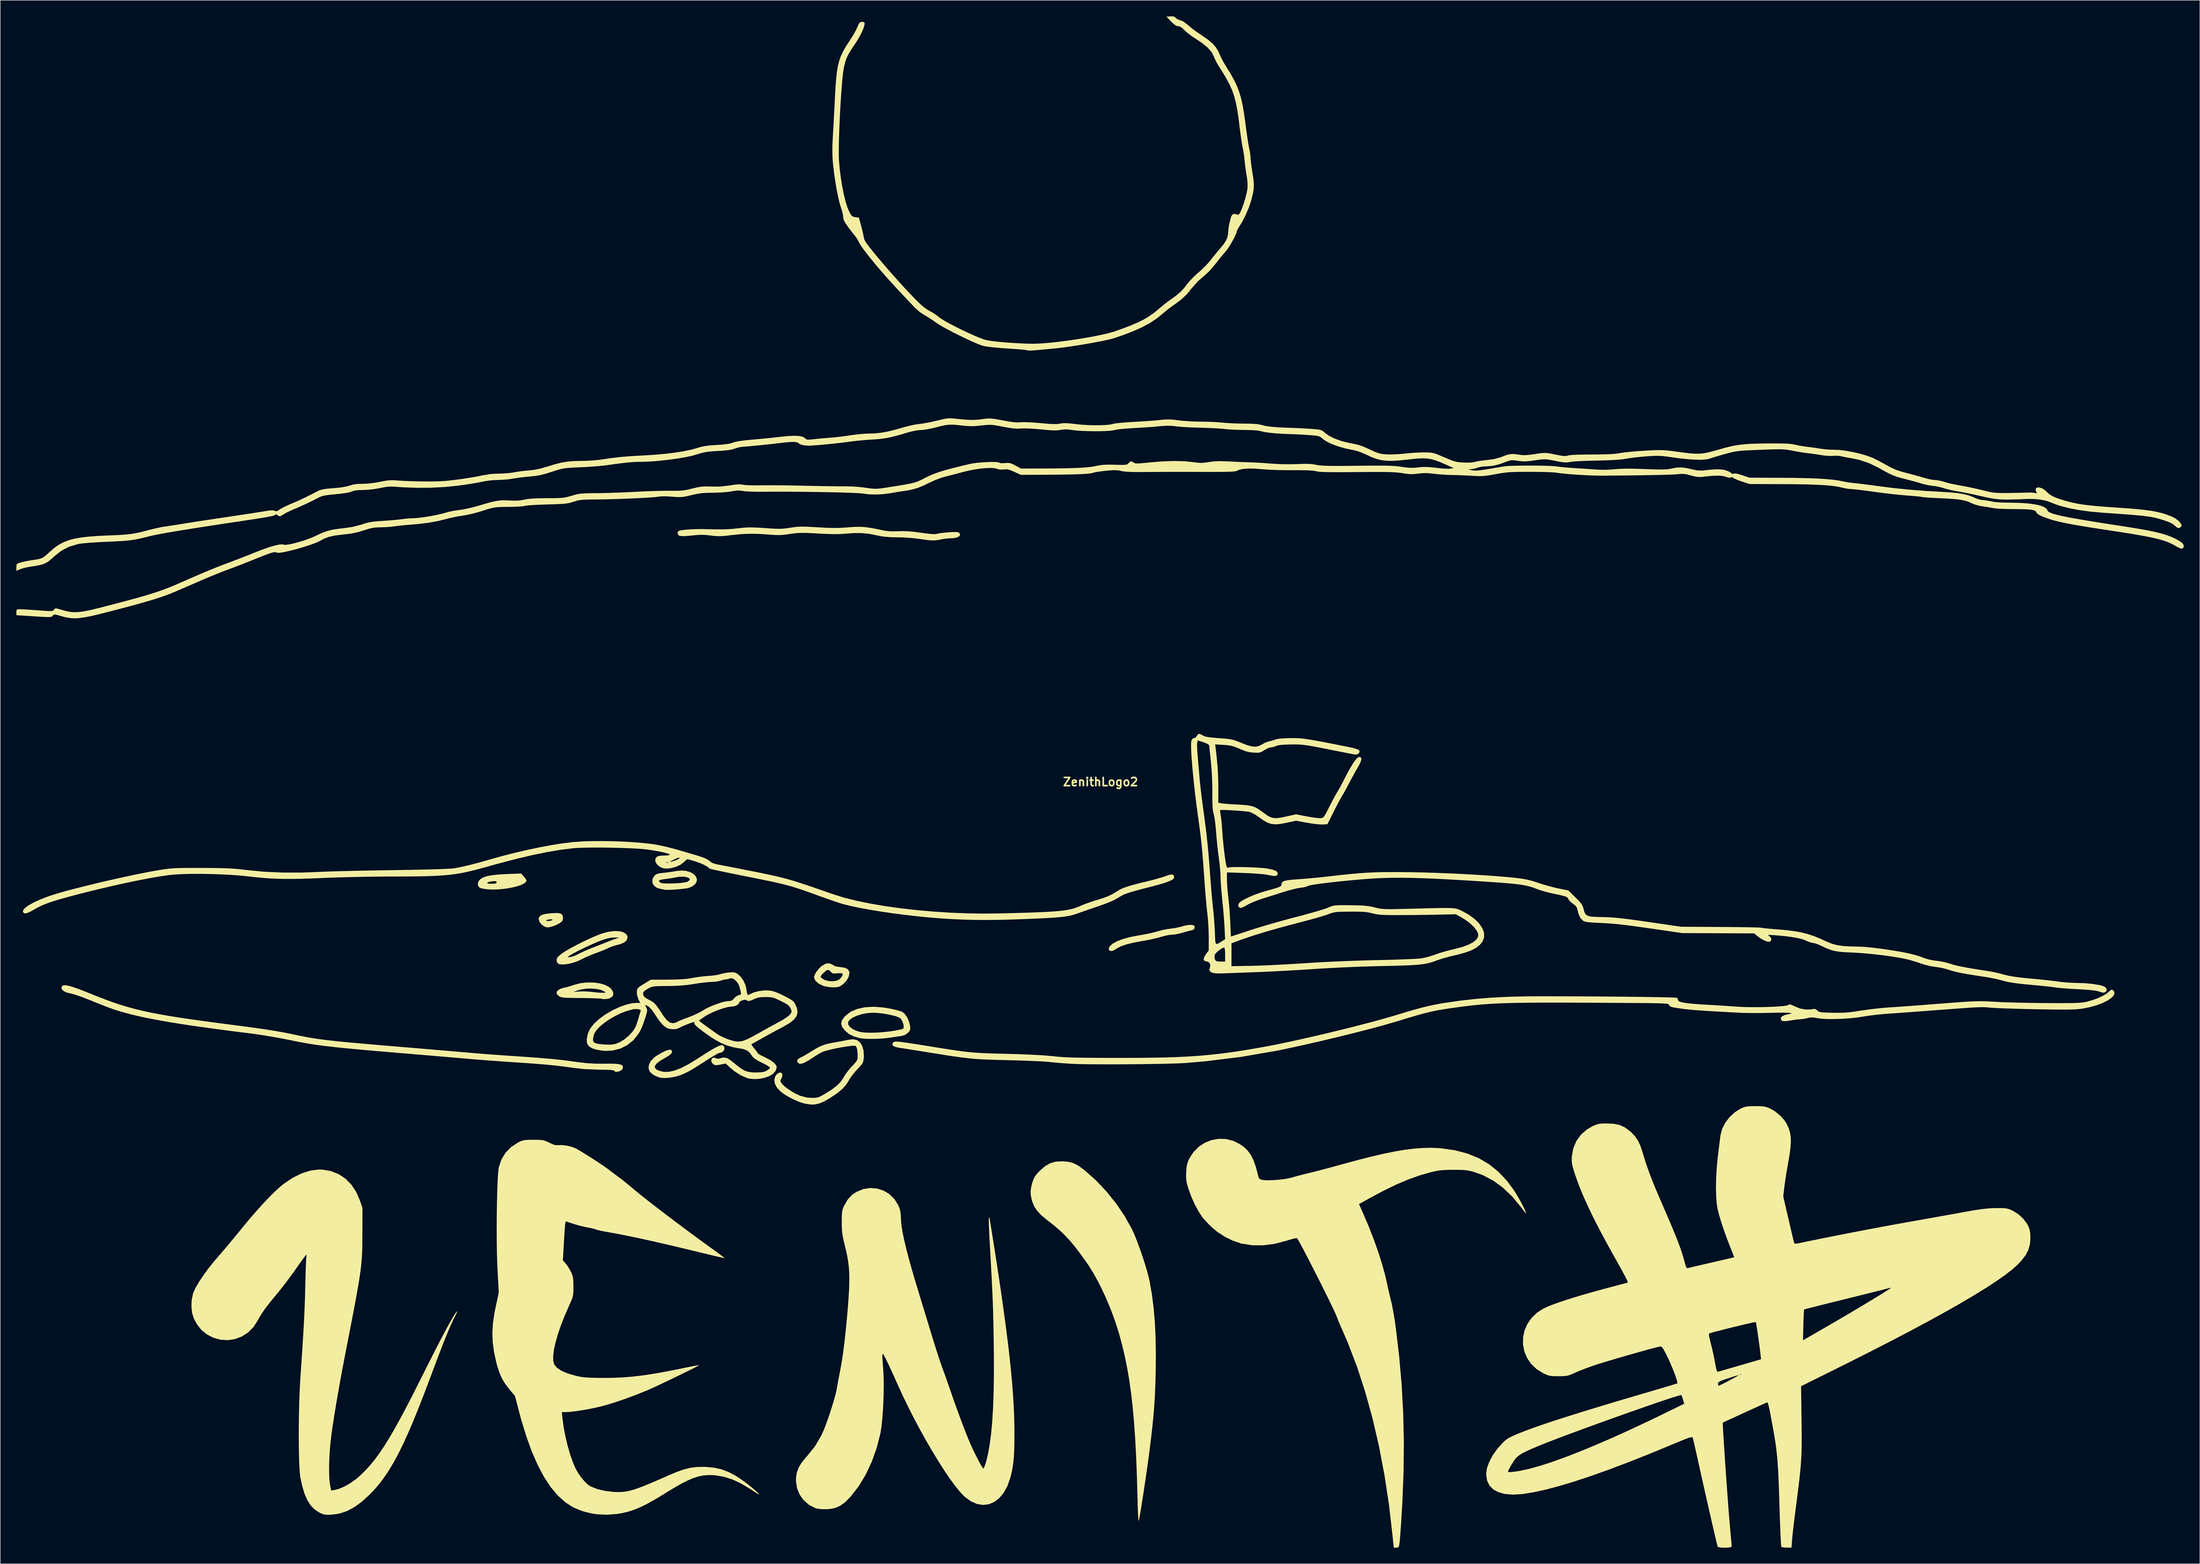
<source format=kicad_pcb>
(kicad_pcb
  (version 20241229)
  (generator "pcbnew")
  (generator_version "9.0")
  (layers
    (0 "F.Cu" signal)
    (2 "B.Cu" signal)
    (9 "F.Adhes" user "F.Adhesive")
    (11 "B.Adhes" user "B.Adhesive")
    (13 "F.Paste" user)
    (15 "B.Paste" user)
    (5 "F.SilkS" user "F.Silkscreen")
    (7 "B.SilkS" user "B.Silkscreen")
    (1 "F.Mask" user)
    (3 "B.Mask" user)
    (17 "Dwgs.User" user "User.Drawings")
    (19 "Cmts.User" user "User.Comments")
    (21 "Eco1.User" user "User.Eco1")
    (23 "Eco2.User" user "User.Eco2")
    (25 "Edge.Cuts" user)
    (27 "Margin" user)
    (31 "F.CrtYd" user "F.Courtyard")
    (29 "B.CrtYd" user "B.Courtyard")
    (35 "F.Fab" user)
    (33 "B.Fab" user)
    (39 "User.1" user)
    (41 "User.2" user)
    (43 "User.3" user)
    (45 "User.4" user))
  (footprint "ZenithLogo2"
    (layer "F.Cu")
    (at 201.845 142.547)
    (property "Reference" "ZenithLogo2" (at 0 0 0) (layer "F.SilkS") (effects (font (size 1.524 1.524) (thickness 0.3))))
    (attr board_only exclude_from_pos_files exclude_from_bom)
    (fp_poly (pts (xy -100.696 24.458) (xy -100.314 24.624) (xy -100.123 24.921) (xy -100.076 25.319) (xy -100.125 25.727) (xy -100.326 26.024) (xy -100.725 26.313) (xy -101.353 26.642) (xy -102.059 26.91) (xy -102.699 27.068) (xy -102.955 27.09) (xy -103.293 27.014) (xy -103.616 26.879) (xy -104.125 26.499) (xy -104.478 26.009) (xy -104.519 25.853) (xy -103.23 25.853) (xy -103.046 25.899) (xy -102.87 25.903) (xy -102.415 25.85) (xy -102.108 25.739) (xy -102.002 25.624) (xy -102.186 25.578) (xy -102.362 25.575) (xy -102.817 25.628) (xy -103.124 25.739) (xy -103.23 25.853) (xy -104.519 25.853) (xy -104.608 25.513) (xy -104.589 25.359) (xy -104.414 25.022) (xy -104.052 24.775) (xy -103.458 24.599) (xy -102.588 24.479) (xy -102.217 24.447) (xy -101.314 24.406)) (stroke (width 0) (type solid)) (fill yes) (layer "F.SilkS"))
    (fp_poly (pts (xy -107.355 17.613) (xy -107.049 18.008) (xy -106.89 18.347) (xy -106.884 18.441) (xy -107.104 18.759) (xy -107.608 19.066) (xy -108.343 19.349) (xy -109.254 19.598) (xy -110.288 19.802) (xy -111.392 19.949) (xy -112.51 20.029) (xy -113.588 20.031) (xy -114.385 19.969) (xy -114.939 19.884) (xy -115.386 19.785) (xy -115.521 19.739) (xy -115.842 19.434) (xy -115.945 18.976) (xy -115.911 18.85) (xy -114.182 18.85) (xy -113.903 18.937) (xy -113.403 18.965) (xy -112.84 18.947) (xy -112.543 18.878) (xy -112.441 18.738) (xy -112.437 18.689) (xy -112.495 18.524) (xy -112.723 18.467) (xy -113.199 18.499) (xy -113.214 18.501) (xy -113.827 18.605) (xy -114.153 18.73) (xy -114.182 18.85) (xy -115.911 18.85) (xy -115.832 18.556) (xy -115.508 18.146) (xy -115.001 17.817) (xy -114.281 17.562) (xy -113.316 17.371) (xy -112.077 17.238) (xy -110.538 17.153) (xy -107.876 17.055)) (stroke (width 0) (type solid)) (fill yes) (layer "F.SilkS"))
    (fp_poly (pts (xy 17.307 26.683) (xy 17.49 26.831) (xy 17.526 27.087) (xy 17.47 27.372) (xy 17.241 27.543) (xy 16.849 27.654) (xy 16.314 27.786) (xy 15.627 27.972) (xy 15.095 28.126) (xy 14.399 28.3) (xy 13.706 28.416) (xy 13.284 28.448) (xy 12.76 28.5) (xy 12.058 28.639) (xy 11.319 28.834) (xy 11.227 28.863) (xy 10.524 29.057) (xy 9.608 29.271) (xy 8.603 29.478) (xy 7.705 29.64) (xy 6.115 29.935) (xy 4.837 30.248) (xy 3.846 30.587) (xy 3.116 30.959) (xy 2.932 31.087) (xy 2.394 31.399) (xy 1.927 31.495) (xy 1.637 31.383) (xy 1.518 31.056) (xy 1.694 30.648) (xy 2.144 30.204) (xy 2.228 30.141) (xy 3.044 29.681) (xy 4.154 29.259) (xy 5.516 28.887) (xy 7.084 28.58) (xy 7.366 28.536) (xy 8.309 28.37) (xy 9.303 28.161) (xy 10.195 27.942) (xy 10.582 27.831) (xy 11.396 27.612) (xy 12.261 27.431) (xy 12.998 27.325) (xy 13.037 27.322) (xy 13.844 27.213) (xy 14.716 27.03) (xy 15.189 26.898) (xy 15.855 26.727) (xy 16.5 26.627) (xy 16.882 26.617)) (stroke (width 0) (type solid)) (fill yes) (layer "F.SilkS"))
    (fp_poly (pts (xy -49.948 34.006) (xy -49.889 34.05) (xy -49.347 34.337) (xy -48.609 34.463) (xy -48.491 34.47) (xy -47.618 34.594) (xy -47.044 34.879) (xy -46.765 35.323) (xy -46.736 35.572) (xy -46.888 36.291) (xy -47.303 37.016) (xy -47.917 37.661) (xy -48.545 38.079) (xy -49.069 38.221) (xy -49.797 38.256) (xy -50.615 38.19) (xy -51.407 38.03) (xy -51.769 37.912) (xy -52.536 37.516) (xy -53.07 37.026) (xy -53.325 36.489) (xy -53.34 36.325) (xy -53.324 36.27) (xy -52.111 36.27) (xy -52.009 36.453) (xy -51.948 36.516) (xy -51.408 36.858) (xy -50.681 37.065) (xy -49.892 37.125) (xy -49.165 37.026) (xy -48.71 36.824) (xy -48.327 36.477) (xy -48.067 36.093) (xy -47.993 35.777) (xy -48.017 35.712) (xy -48.27 35.608) (xy -48.813 35.614) (xy -49.005 35.635) (xy -49.54 35.683) (xy -49.869 35.636) (xy -50.119 35.46) (xy -50.258 35.309) (xy -50.547 35.049) (xy -50.829 35.003) (xy -51.172 35.191) (xy -51.639 35.63) (xy -51.723 35.717) (xy -52.025 36.059) (xy -52.111 36.27) (xy -53.324 36.27) (xy -53.222 35.91) (xy -52.913 35.377) (xy -52.485 34.825) (xy -52.008 34.352) (xy -51.845 34.226) (xy -51.135 33.839) (xy -50.513 33.767)) (stroke (width 0) (type solid)) (fill yes) (layer "F.SilkS"))
    (fp_poly (pts (xy -93.344 37.485) (xy -92.33 37.761) (xy -91.521 38.165) (xy -91.149 38.483) (xy -90.763 39.069) (xy -90.699 39.597) (xy -90.941 40.027) (xy -91.473 40.321) (xy -91.955 40.419) (xy -92.436 40.445) (xy -92.765 40.414) (xy -92.827 40.384) (xy -93.024 40.348) (xy -93.508 40.314) (xy -94.231 40.284) (xy -95.14 40.259) (xy -96.186 40.243) (xy -96.648 40.238) (xy -97.889 40.227) (xy -98.838 40.209) (xy -99.541 40.181) (xy -100.044 40.14) (xy -100.395 40.083) (xy -100.64 40.004) (xy -100.806 39.914) (xy -101.2 39.53) (xy -101.264 39.139) (xy -101.236 39.1) (xy -98.129 39.1) (xy -97.028 39.018) (xy -96.215 38.999) (xy -95.323 39.038) (xy -94.827 39.09) (xy -94.082 39.176) (xy -93.32 39.239) (xy -92.879 39.258) (xy -92.395 39.259) (xy -92.199 39.22) (xy -92.241 39.123) (xy -92.348 39.036) (xy -92.939 38.748) (xy -93.761 38.558) (xy -94.721 38.473) (xy -95.724 38.497) (xy -96.676 38.635) (xy -97.197 38.78) (xy -98.129 39.1) (xy -101.236 39.1) (xy -101.005 38.778) (xy -100.581 38.542) (xy -100.1 38.372) (xy -99.725 38.277) (xy -99.651 38.269) (xy -99.382 38.215) (xy -98.889 38.072) (xy -98.266 37.868) (xy -98.088 37.806) (xy -96.936 37.499) (xy -95.715 37.348) (xy -94.495 37.346)) (stroke (width 0) (type solid)) (fill yes) (layer "F.SilkS"))
    (fp_poly (pts (xy -77.147 16.57) (xy -76.394 16.793) (xy -75.794 17.131) (xy -75.374 17.553) (xy -75.159 18.026) (xy -75.172 18.518) (xy -75.439 18.997) (xy -75.986 19.431) (xy -76.607 19.711) (xy -76.999 19.802) (xy -77.619 19.892) (xy -78.378 19.974) (xy -79.19 20.041) (xy -79.969 20.087) (xy -80.627 20.105) (xy -81.078 20.089) (xy -81.195 20.067) (xy -81.462 20.003) (xy -81.907 19.918) (xy -82.019 19.899) (xy -82.722 19.653) (xy -83.208 19.225) (xy -83.446 18.679) (xy -83.432 18.45) (xy -82.211 18.45) (xy -82.068 18.677) (xy -81.788 18.821) (xy -81.362 18.884) (xy -80.704 18.911) (xy -79.904 18.906) (xy -79.051 18.873) (xy -78.233 18.816) (xy -77.541 18.738) (xy -77.063 18.644) (xy -76.954 18.604) (xy -76.532 18.333) (xy -76.446 18.089) (xy -76.692 17.861) (xy -76.796 17.809) (xy -77.5 17.64) (xy -78.413 17.654) (xy -79.248 17.798) (xy -79.845 17.915) (xy -80.588 18.028) (xy -81.111 18.091) (xy -81.756 18.181) (xy -82.108 18.298) (xy -82.211 18.45) (xy -83.432 18.45) (xy -83.409 18.079) (xy -83.09 17.513) (xy -82.843 17.274) (xy -82.542 17.119) (xy -82.094 17.015) (xy -81.405 16.932) (xy -81.354 16.927) (xy -80.541 16.833) (xy -79.701 16.715) (xy -79.019 16.598) (xy -78.031 16.494)) (stroke (width 0) (type solid)) (fill yes) (layer "F.SilkS"))
    (fp_poly (pts (xy -70.3 49.05) (xy -70.032 49.372) (xy -70.021 49.763) (xy -70.224 50.134) (xy -70.598 50.393) (xy -70.963 50.461) (xy -71.191 50.55) (xy -71.647 50.796) (xy -72.281 51.169) (xy -73.04 51.637) (xy -73.677 52.045) (xy -74.818 52.78) (xy -75.735 53.351) (xy -76.486 53.791) (xy -77.125 54.13) (xy -77.707 54.398) (xy -78.29 54.625) (xy -78.538 54.713) (xy -79.366 54.934) (xy -80.28 55.078) (xy -81.157 55.134) (xy -81.877 55.089) (xy -82.042 55.054) (xy -82.819 54.77) (xy -83.48 54.382) (xy -83.894 53.981) (xy -84.142 53.358) (xy -84.086 52.679) (xy -83.748 51.992) (xy -83.146 51.344) (xy -82.672 50.998) (xy -81.652 50.394) (xy -80.844 50.011) (xy -80.256 49.852) (xy -79.898 49.919) (xy -79.777 50.213) (xy -79.786 50.331) (xy -79.933 50.61) (xy -80.321 50.935) (xy -80.99 51.337) (xy -81.023 51.355) (xy -81.99 51.93) (xy -82.634 52.429) (xy -82.958 52.859) (xy -82.968 53.23) (xy -82.667 53.55) (xy -82.209 53.773) (xy -81.344 53.984) (xy -80.39 53.978) (xy -79.321 53.746) (xy -78.112 53.282) (xy -76.737 52.577) (xy -75.171 51.623) (xy -74.964 51.487) (xy -73.654 50.64) (xy -72.593 49.983) (xy -71.758 49.504) (xy -71.127 49.191) (xy -70.676 49.033) (xy -70.382 49.017)) (stroke (width 0) (type solid)) (fill yes) (layer "F.SilkS"))
    (fp_poly (pts (xy -40.498 41.989) (xy -39.446 42.158) (xy -38.615 42.33) (xy -37.853 42.512) (xy -37.255 42.681) (xy -36.948 42.793) (xy -36.457 43.181) (xy -36.01 43.817) (xy -35.657 44.607) (xy -35.45 45.458) (xy -35.411 45.962) (xy -35.504 46.303) (xy -35.783 46.645) (xy -35.849 46.713) (xy -36.379 47.103) (xy -37.051 47.303) (xy -37.183 47.322) (xy -37.843 47.413) (xy -38.613 47.528) (xy -39.031 47.595) (xy -39.99 47.718) (xy -41.073 47.801) (xy -42.19 47.843) (xy -43.251 47.843) (xy -44.164 47.798) (xy -44.838 47.707) (xy -44.873 47.699) (xy -45.996 47.359) (xy -46.875 46.902) (xy -47.597 46.282) (xy -47.663 46.21) (xy -48.128 45.571) (xy -48.288 44.983) (xy -48.218 44.702) (xy -46.989 44.702) (xy -46.974 45.171) (xy -46.66 45.632) (xy -46.086 46.052) (xy -45.291 46.398) (xy -44.749 46.552) (xy -43.995 46.66) (xy -42.986 46.701) (xy -41.798 46.679) (xy -40.507 46.594) (xy -39.189 46.448) (xy -38.988 46.42) (xy -38.174 46.291) (xy -37.477 46.156) (xy -36.968 46.031) (xy -36.719 45.931) (xy -36.716 45.928) (xy -36.628 45.631) (xy -36.69 45.158) (xy -36.87 44.624) (xy -37.14 44.139) (xy -37.213 44.045) (xy -37.529 43.844) (xy -38.111 43.634) (xy -38.885 43.43) (xy -39.779 43.248) (xy -40.72 43.101) (xy -41.635 43.005) (xy -42.418 42.975) (xy -43.429 43.047) (xy -44.427 43.239) (xy -45.347 43.524) (xy -46.123 43.878) (xy -46.692 44.278) (xy -46.988 44.697) (xy -46.989 44.702) (xy -48.218 44.702) (xy -48.141 44.393) (xy -47.682 43.752) (xy -47.456 43.514) (xy -46.496 42.789) (xy -45.291 42.269) (xy -43.871 41.959) (xy -42.264 41.864)) (stroke (width 0) (type solid)) (fill yes) (layer "F.SilkS"))
    (fp_poly (pts (xy -89.717 27.786) (xy -88.959 27.942) (xy -88.406 28.235) (xy -88.1 28.657) (xy -88.053 28.941) (xy -88.213 29.476) (xy -88.691 29.906) (xy -89.49 30.232) (xy -89.884 30.33) (xy -90.59 30.525) (xy -91.304 30.785) (xy -91.609 30.924) (xy -92.104 31.15) (xy -92.805 31.44) (xy -93.6 31.748) (xy -94.047 31.912) (xy -94.868 32.227) (xy -95.681 32.571) (xy -96.36 32.89) (xy -96.619 33.028) (xy -97.394 33.396) (xy -98.266 33.689) (xy -99.15 33.892) (xy -99.963 33.989) (xy -100.621 33.964) (xy -100.965 33.853) (xy -101.198 33.545) (xy -101.261 33.181) (xy -101.216 32.885) (xy -101.043 32.603) (xy -101.039 32.6) (xy -99.167 32.6) (xy -99.129 32.656) (xy -98.817 32.621) (xy -98.655 32.595) (xy -98.126 32.447) (xy -97.492 32.186) (xy -97.131 32.001) (xy -96.619 31.743) (xy -95.892 31.413) (xy -95.053 31.057) (xy -94.319 30.765) (xy -93.469 30.436) (xy -92.646 30.113) (xy -91.95 29.838) (xy -91.525 29.666) (xy -90.909 29.429) (xy -90.313 29.223) (xy -90.085 29.154) (xy -89.777 29.063) (xy -89.713 29.012) (xy -89.926 28.987) (xy -90.445 28.974) (xy -90.474 28.973) (xy -91.107 29.005) (xy -91.792 29.14) (xy -92.63 29.399) (xy -93.098 29.568) (xy -93.853 29.869) (xy -94.74 30.255) (xy -95.692 30.692) (xy -96.64 31.148) (xy -97.517 31.59) (xy -98.257 31.985) (xy -98.79 32.3) (xy -98.975 32.43) (xy -99.167 32.6) (xy -101.039 32.6) (xy -100.685 32.268) (xy -100.203 31.895) (xy -99.578 31.483) (xy -98.712 30.981) (xy -97.678 30.427) (xy -96.548 29.856) (xy -95.397 29.305) (xy -94.296 28.811) (xy -93.321 28.409) (xy -92.766 28.207) (xy -91.665 27.911) (xy -90.634 27.773)) (stroke (width 0) (type solid)) (fill yes) (layer "F.SilkS"))
    (fp_poly (pts (xy -6.858 70.651) (xy -5.98 70.738) (xy -5.224 70.923) (xy -4.5 71.245) (xy -3.719 71.742) (xy -2.869 72.391) (xy -0.836 74.198) (xy 1.115 76.267) (xy 2.922 78.523) (xy 4.525 80.89) (xy 5.863 83.294) (xy 5.873 83.314) (xy 6.312 84.284) (xy 6.801 85.501) (xy 7.311 86.88) (xy 7.815 88.339) (xy 8.284 89.795) (xy 8.69 91.163) (xy 9.005 92.361) (xy 9.136 92.953) (xy 9.557 95.344) (xy 9.88 97.846) (xy 10.11 100.505) (xy 10.25 103.365) (xy 10.301 106.472) (xy 10.279 109.305) (xy 10.236 111.319) (xy 10.175 113.149) (xy 10.092 114.87) (xy 9.98 116.554) (xy 9.834 118.278) (xy 9.649 120.114) (xy 9.419 122.137) (xy 9.144 124.375) (xy 8.999 125.486) (xy 8.826 126.752) (xy 8.631 128.126) (xy 8.423 129.562) (xy 8.207 131.013) (xy 7.992 132.432) (xy 7.784 133.773) (xy 7.59 134.988) (xy 7.418 136.032) (xy 7.274 136.857) (xy 7.167 137.417) (xy 7.128 137.583) (xy 7.089 137.564) (xy 7.047 137.231) (xy 7.004 136.613) (xy 6.962 135.734) (xy 6.922 134.621) (xy 6.886 133.301) (xy 6.879 133.011) (xy 6.771 129.147) (xy 6.633 125.591) (xy 6.459 122.314) (xy 6.248 119.287) (xy 5.996 116.482) (xy 5.7 113.868) (xy 5.355 111.418) (xy 4.96 109.102) (xy 4.511 106.891) (xy 4.004 104.755) (xy 3.462 102.756) (xy 2.741 100.477) (xy 1.888 98.167) (xy 0.933 95.896) (xy -0.092 93.734) (xy -1.153 91.753) (xy -2.22 90.022) (xy -2.45 89.685) (xy -3.592 88.082) (xy -4.62 86.722) (xy -5.584 85.551) (xy -6.535 84.516) (xy -7.522 83.562) (xy -8.594 82.637) (xy -9.802 81.686) (xy -9.94 81.581) (xy -11 80.708) (xy -11.786 79.88) (xy -12.344 79.036) (xy -12.723 78.114) (xy -12.796 77.857) (xy -12.985 76.94) (xy -13.01 76.114) (xy -12.867 75.236) (xy -12.683 74.577) (xy -12.455 73.932) (xy -12.184 73.419) (xy -11.794 72.917) (xy -11.286 72.385) (xy -10.323 71.546) (xy -9.369 70.998) (xy -8.337 70.707) (xy -7.141 70.64)) (stroke (width 0) (type solid)) (fill yes) (layer "F.SilkS"))
    (fp_poly (pts (xy -45.323 48.076) (xy -44.766 48.509) (xy -44.355 49.186) (xy -44.112 50.065) (xy -44.06 51.107) (xy -44.079 51.374) (xy -44.134 51.86) (xy -44.231 52.225) (xy -44.42 52.56) (xy -44.75 52.954) (xy -45.266 53.491) (xy -45.828 54.115) (xy -46.35 54.784) (xy -46.741 55.377) (xy -46.816 55.517) (xy -47.341 56.366) (xy -48.061 57.168) (xy -49.02 57.965) (xy -50.262 58.798) (xy -50.313 58.829) (xy -51.368 59.436) (xy -52.256 59.835) (xy -53.064 60.042) (xy -53.876 60.076) (xy -54.777 59.953) (xy -55.261 59.846) (xy -56.121 59.567) (xy -57.115 59.136) (xy -58.121 58.615) (xy -59.016 58.066) (xy -59.562 57.656) (xy -60.23 56.941) (xy -60.624 56.198) (xy -60.735 55.472) (xy -60.554 54.808) (xy -60.222 54.378) (xy -59.795 54.116) (xy -59.451 54.136) (xy -59.247 54.381) (xy -59.238 54.796) (xy -59.398 55.191) (xy -59.577 55.551) (xy -59.567 55.808) (xy -59.357 56.141) (xy -59.339 56.167) (xy -58.912 56.611) (xy -58.262 57.121) (xy -57.48 57.639) (xy -56.655 58.103) (xy -55.929 58.435) (xy -54.701 58.76) (xy -53.763 58.831) (xy -53.195 58.826) (xy -52.759 58.777) (xy -52.353 58.65) (xy -51.872 58.412) (xy -51.215 58.03) (xy -51.16 57.997) (xy -49.957 57.226) (xy -49.037 56.51) (xy -48.355 55.809) (xy -47.868 55.083) (xy -47.809 54.97) (xy -47.482 54.437) (xy -47 53.79) (xy -46.451 53.145) (xy -46.293 52.975) (xy -45.784 52.437) (xy -45.467 52.056) (xy -45.296 51.744) (xy -45.226 51.418) (xy -45.212 50.989) (xy -45.212 50.912) (xy -45.244 50.292) (xy -45.324 49.742) (xy -45.385 49.52) (xy -45.51 49.257) (xy -45.689 49.135) (xy -46.025 49.12) (xy -46.443 49.157) (xy -47.365 49.275) (xy -48.377 49.442) (xy -49.399 49.641) (xy -50.353 49.855) (xy -51.159 50.067) (xy -51.737 50.259) (xy -51.876 50.321) (xy -52.408 50.617) (xy -53.051 51.009) (xy -53.509 51.307) (xy -54.443 51.907) (xy -55.16 52.291) (xy -55.696 52.471) (xy -56.087 52.459) (xy -56.366 52.266) (xy -56.37 52.261) (xy -56.49 51.91) (xy -56.306 51.577) (xy -55.876 51.332) (xy -55.517 51.165) (xy -54.972 50.864) (xy -54.335 50.483) (xy -54.061 50.31) (xy -53.055 49.692) (xy -52.204 49.245) (xy -51.402 48.926) (xy -50.541 48.693) (xy -49.602 48.516) (xy -48.813 48.381) (xy -48.07 48.245) (xy -47.492 48.129) (xy -47.329 48.092) (xy -46.697 47.981) (xy -46.06 47.926) (xy -46.003 47.925)) (stroke (width 0) (type solid)) (fill yes) (layer "F.SilkS"))
    (fp_poly (pts (xy -54.356 -47.508) (xy -53.295 -47.452) (xy -52.638 -47.412) (xy -51.174 -47.332) (xy -49.95 -47.294) (xy -48.872 -47.297) (xy -47.844 -47.341) (xy -47.048 -47.401) (xy -45.897 -47.483) (xy -44.902 -47.504) (xy -43.963 -47.458) (xy -42.978 -47.335) (xy -41.844 -47.129) (xy -40.854 -46.918) (xy -39.902 -46.74) (xy -39.02 -46.66) (xy -38.034 -46.665) (xy -37.677 -46.682) (xy -36.694 -46.705) (xy -35.678 -46.663) (xy -34.522 -46.548) (xy -33.477 -46.406) (xy -32.37 -46.254) (xy -31.546 -46.167) (xy -30.957 -46.142) (xy -30.554 -46.176) (xy -30.429 -46.206) (xy -30.026 -46.29) (xy -29.389 -46.377) (xy -28.625 -46.453) (xy -28.186 -46.486) (xy -27.393 -46.531) (xy -26.869 -46.537) (xy -26.542 -46.498) (xy -26.343 -46.406) (xy -26.244 -46.309) (xy -26.138 -45.996) (xy -26.325 -45.719) (xy -26.763 -45.508) (xy -27.405 -45.39) (xy -27.747 -45.374) (xy -28.457 -45.338) (xy -29.173 -45.254) (xy -29.464 -45.201) (xy -30.205 -45.056) (xy -30.845 -44.98) (xy -31.485 -44.974) (xy -32.227 -45.038) (xy -33.175 -45.172) (xy -33.443 -45.214) (xy -35.029 -45.41) (xy -36.752 -45.523) (xy -37.793 -45.545) (xy -39.062 -45.57) (xy -40.095 -45.643) (xy -40.992 -45.774) (xy -41.513 -45.886) (xy -43.039 -46.189) (xy -44.491 -46.335) (xy -46.01 -46.333) (xy -47.244 -46.242) (xy -48.193 -46.17) (xy -49.192 -46.14) (xy -50.321 -46.151) (xy -51.659 -46.204) (xy -52.578 -46.254) (xy -53.799 -46.322) (xy -54.756 -46.363) (xy -55.524 -46.375) (xy -56.177 -46.357) (xy -56.789 -46.307) (xy -57.435 -46.225) (xy -57.827 -46.167) (xy -58.806 -46.032) (xy -59.629 -45.968) (xy -60.448 -45.97) (xy -61.419 -46.033) (xy -61.637 -46.052) (xy -63.54 -46.183) (xy -65.259 -46.213) (xy -66.934 -46.139) (xy -68.707 -45.96) (xy -68.803 -45.948) (xy -69.804 -45.83) (xy -70.579 -45.767) (xy -71.235 -45.758) (xy -71.88 -45.799) (xy -72.575 -45.883) (xy -73.404 -45.977) (xy -74.16 -46.012) (xy -74.97 -45.987) (xy -75.962 -45.901) (xy -76.173 -45.878) (xy -77.182 -45.785) (xy -77.9 -45.764) (xy -78.367 -45.824) (xy -78.626 -45.976) (xy -78.718 -46.228) (xy -78.706 -46.467) (xy -78.648 -46.639) (xy -78.488 -46.759) (xy -78.161 -46.846) (xy -77.6 -46.922) (xy -77.131 -46.971) (xy -76.207 -47.038) (xy -75.148 -47.078) (xy -74.158 -47.084) (xy -73.999 -47.08) (xy -72.594 -47.047) (xy -71.464 -47.029) (xy -70.542 -47.027) (xy -69.765 -47.042) (xy -69.068 -47.076) (xy -68.386 -47.131) (xy -67.654 -47.208) (xy -67.436 -47.233) (xy -66.554 -47.326) (xy -65.768 -47.379) (xy -64.981 -47.392) (xy -64.094 -47.367) (xy -63.012 -47.304) (xy -62.441 -47.263) (xy -61.313 -47.186) (xy -60.438 -47.142) (xy -59.733 -47.133) (xy -59.114 -47.16) (xy -58.496 -47.224) (xy -57.797 -47.326) (xy -57.745 -47.334) (xy -57.078 -47.434) (xy -56.479 -47.499) (xy -55.875 -47.533) (xy -55.192 -47.536)) (stroke (width 0) (type solid)) (fill yes) (layer "F.SilkS"))
    (fp_poly (pts (xy -192.179 37.944) (xy -191.466 38.141) (xy -190.537 38.458) (xy -189.364 38.901) (xy -187.917 39.477) (xy -187.615 39.599) (xy -186.219 40.157) (xy -184.892 40.662) (xy -183.606 41.123) (xy -182.331 41.544) (xy -181.039 41.932) (xy -179.701 42.293) (xy -178.288 42.633) (xy -176.772 42.959) (xy -175.124 43.275) (xy -173.314 43.59) (xy -171.315 43.908) (xy -169.097 44.236) (xy -166.632 44.579) (xy -163.891 44.945) (xy -160.845 45.339) (xy -160.475 45.386) (xy -158.031 45.71) (xy -155.817 46.027) (xy -153.86 46.333) (xy -152.188 46.624) (xy -150.827 46.896) (xy -150.823 46.897) (xy -149.902 47.096) (xy -149.042 47.275) (xy -148.217 47.438) (xy -147.398 47.588) (xy -146.56 47.728) (xy -145.675 47.861) (xy -144.715 47.99) (xy -143.655 48.118) (xy -142.467 48.249) (xy -141.123 48.386) (xy -139.597 48.532) (xy -137.863 48.689) (xy -135.892 48.862) (xy -133.657 49.054) (xy -131.133 49.266) (xy -129.032 49.442) (xy -127.145 49.6) (xy -125.315 49.754) (xy -123.575 49.901) (xy -121.963 50.038) (xy -120.514 50.162) (xy -119.263 50.269) (xy -118.247 50.358) (xy -117.5 50.424) (xy -117.094 50.462) (xy -116.526 50.512) (xy -115.671 50.581) (xy -114.583 50.664) (xy -113.312 50.759) (xy -111.911 50.86) (xy -110.432 50.965) (xy -109.156 51.053) (xy -107.27 51.183) (xy -105.672 51.297) (xy -104.31 51.399) (xy -103.133 51.495) (xy -102.09 51.589) (xy -101.131 51.686) (xy -100.204 51.792) (xy -99.258 51.91) (xy -98.243 52.045) (xy -97.367 52.166) (xy -95.746 52.357) (xy -94.193 52.455) (xy -92.521 52.471) (xy -92.287 52.468) (xy -91.105 52.461) (xy -90.223 52.489) (xy -89.6 52.559) (xy -89.198 52.68) (xy -88.978 52.859) (xy -88.902 53.105) (xy -88.9 53.156) (xy -89.051 53.566) (xy -89.51 53.85) (xy -89.887 53.952) (xy -90.32 53.977) (xy -90.508 53.826) (xy -90.614 53.734) (xy -90.879 53.668) (xy -91.346 53.624) (xy -92.059 53.598) (xy -93.059 53.586) (xy -93.262 53.586) (xy -96.122 53.471) (xy -98.383 53.215) (xy -99.396 53.07) (xy -100.373 52.942) (xy -101.36 52.825) (xy -102.407 52.716) (xy -103.561 52.61) (xy -104.869 52.503) (xy -106.38 52.39) (xy -108.143 52.266) (xy -109.813 52.154) (xy -111.267 52.055) (xy -112.77 51.948) (xy -114.244 51.839) (xy -115.61 51.734) (xy -116.792 51.639) (xy -117.687 51.562) (xy -118.404 51.498) (xy -119.414 51.41) (xy -120.673 51.302) (xy -122.138 51.177) (xy -123.763 51.039) (xy -125.505 50.892) (xy -127.319 50.739) (xy -129.161 50.586) (xy -129.709 50.54) (xy -132.509 50.305) (xy -134.999 50.092) (xy -137.209 49.898) (xy -139.167 49.718) (xy -140.9 49.55) (xy -142.439 49.391) (xy -143.811 49.236) (xy -145.045 49.083) (xy -146.169 48.929) (xy -147.213 48.77) (xy -148.203 48.603) (xy -149.17 48.425) (xy -150.141 48.231) (xy -150.777 48.098) (xy -152.184 47.817) (xy -153.762 47.528) (xy -155.387 47.253) (xy -156.934 47.012) (xy -158.281 46.828) (xy -158.327 46.822) (xy -161.921 46.371) (xy -165.197 45.939) (xy -168.175 45.525) (xy -170.876 45.123) (xy -173.318 44.73) (xy -175.523 44.343) (xy -177.51 43.958) (xy -179.299 43.571) (xy -180.91 43.179) (xy -182.363 42.778) (xy -183.678 42.365) (xy -184.681 42.009) (xy -185.33 41.759) (xy -186.193 41.42) (xy -187.171 41.029) (xy -188.165 40.627) (xy -188.468 40.503) (xy -189.396 40.139) (xy -190.293 39.816) (xy -191.077 39.562) (xy -191.668 39.403) (xy -191.84 39.372) (xy -192.507 39.206) (xy -193.044 38.934) (xy -193.385 38.603) (xy -193.464 38.26) (xy -193.449 38.207) (xy -193.311 37.997) (xy -193.072 37.879) (xy -192.705 37.858)) (stroke (width 0) (type solid)) (fill yes) (layer "F.SilkS"))
    (fp_poly (pts (xy 23.387 66.495) (xy 24.733 66.837) (xy 25.955 67.448) (xy 26.768 68.037) (xy 27.439 68.693) (xy 27.997 69.467) (xy 28.47 70.409) (xy 28.886 71.569) (xy 29.273 72.999) (xy 29.417 73.614) (xy 29.605 73.919) (xy 30.044 74.091) (xy 30.102 74.103) (xy 30.75 74.164) (xy 31.627 74.165) (xy 32.632 74.114) (xy 33.661 74.019) (xy 34.613 73.888) (xy 35.386 73.729) (xy 35.56 73.679) (xy 36.164 73.503) (xy 36.988 73.281) (xy 37.923 73.042) (xy 38.838 72.818) (xy 39.658 72.616) (xy 40.72 72.344) (xy 41.941 72.023) (xy 43.236 71.676) (xy 44.521 71.324) (xy 44.958 71.203) (xy 47.803 70.43) (xy 50.365 69.777) (xy 52.673 69.241) (xy 54.759 68.815) (xy 56.653 68.496) (xy 58.386 68.278) (xy 59.988 68.156) (xy 61.49 68.125) (xy 62.922 68.181) (xy 63.448 68.223) (xy 66 68.588) (xy 68.328 69.201) (xy 70.448 70.072) (xy 72.374 71.21) (xy 74.124 72.622) (xy 75.711 74.319) (xy 76.936 75.98) (xy 77.378 76.675) (xy 77.839 77.456) (xy 78.286 78.258) (xy 78.684 79.017) (xy 78.999 79.666) (xy 79.197 80.143) (xy 79.248 80.352) (xy 79.155 80.274) (xy 78.905 79.975) (xy 78.54 79.507) (xy 78.26 79.136) (xy 76.625 77.167) (xy 74.888 75.52) (xy 73.046 74.192) (xy 71.095 73.18) (xy 69.476 72.603) (xy 68.865 72.442) (xy 68.28 72.333) (xy 67.632 72.267) (xy 66.832 72.235) (xy 65.789 72.227) (xy 65.701 72.227) (xy 64.616 72.24) (xy 63.76 72.28) (xy 63.025 72.357) (xy 62.302 72.485) (xy 61.484 72.675) (xy 61.429 72.689) (xy 59.394 73.272) (xy 57.293 74.025) (xy 55.083 74.964) (xy 52.719 76.111) (xy 50.448 77.32) (xy 48.124 78.603) (xy 48.89 80.323) (xy 49.929 82.76) (xy 50.881 85.197) (xy 51.725 87.57) (xy 52.439 89.819) (xy 53.002 91.882) (xy 53.25 92.964) (xy 53.468 93.971) (xy 53.713 95.048) (xy 53.952 96.051) (xy 54.112 96.689) (xy 54.275 97.404) (xy 54.461 98.36) (xy 54.653 99.464) (xy 54.835 100.619) (xy 54.949 101.431) (xy 55.594 106.841) (xy 56.062 112.175) (xy 56.356 117.499) (xy 56.477 122.877) (xy 56.426 128.376) (xy 56.207 134.06) (xy 55.96 138.091) (xy 55.866 139.437) (xy 55.789 140.483) (xy 55.721 141.266) (xy 55.655 141.825) (xy 55.584 142.198) (xy 55.499 142.422) (xy 55.394 142.535) (xy 55.26 142.574) (xy 55.091 142.579) (xy 55.064 142.579) (xy 54.593 142.579) (xy 54.38 140.42) (xy 53.715 134.665) (xy 52.87 129.089) (xy 51.848 123.71) (xy 50.655 118.546) (xy 49.295 113.619) (xy 47.774 108.945) (xy 46.095 104.546) (xy 45.081 102.193) (xy 44.728 101.395) (xy 44.409 100.645) (xy 44.161 100.033) (xy 44.031 99.678) (xy 43.886 99.314) (xy 43.609 98.7) (xy 43.219 97.874) (xy 42.736 96.874) (xy 42.179 95.736) (xy 41.566 94.5) (xy 40.917 93.201) (xy 40.25 91.879) (xy 39.585 90.57) (xy 38.941 89.312) (xy 38.336 88.143) (xy 37.79 87.1) (xy 37.321 86.221) (xy 36.949 85.544) (xy 36.693 85.105) (xy 36.59 84.958) (xy 36.388 84.955) (xy 35.937 85.047) (xy 35.308 85.219) (xy 34.7 85.41) (xy 32.5 85.993) (xy 30.338 86.282) (xy 28.251 86.273) (xy 26.277 85.966) (xy 26.15 85.934) (xy 24.68 85.437) (xy 23.182 84.705) (xy 21.78 83.806) (xy 20.724 82.933) (xy 20.109 82.324) (xy 19.517 81.696) (xy 19.042 81.148) (xy 18.881 80.942) (xy 18.203 79.892) (xy 17.527 78.618) (xy 16.908 77.232) (xy 16.405 75.861) (xy 16.155 75.043) (xy 16.007 74.403) (xy 15.94 73.805) (xy 15.936 73.112) (xy 15.95 72.719) (xy 16.006 71.874) (xy 16.107 71.237) (xy 16.283 70.678) (xy 16.506 70.181) (xy 17.282 68.95) (xy 18.267 67.948) (xy 19.416 67.188) (xy 20.683 66.684) (xy 22.021 66.448)) (stroke (width 0) (type solid)) (fill yes) (layer "F.SilkS"))
    (fp_poly (pts (xy -144.865 72.188) (xy -143.272 72.464) (xy -141.825 73.039) (xy -140.543 73.899) (xy -139.442 75.029) (xy -138.539 76.416) (xy -137.882 77.951) (xy -137.414 79.333) (xy -137.428 84.074) (xy -137.432 85.102) (xy -137.439 86.03) (xy -137.453 86.885) (xy -137.479 87.695) (xy -137.52 88.485) (xy -137.579 89.284) (xy -137.661 90.116) (xy -137.769 91.01) (xy -137.907 91.991) (xy -138.079 93.087) (xy -138.289 94.325) (xy -138.54 95.731) (xy -138.837 97.332) (xy -139.183 99.155) (xy -139.581 101.226) (xy -140.037 103.572) (xy -140.553 106.221) (xy -140.626 106.595) (xy -141.099 109.064) (xy -141.548 111.495) (xy -141.967 113.845) (xy -142.347 116.072) (xy -142.684 118.134) (xy -142.968 119.99) (xy -143.193 121.597) (xy -143.346 122.851) (xy -143.48 124.304) (xy -143.571 125.781) (xy -143.618 127.217) (xy -143.622 128.546) (xy -143.58 129.703) (xy -143.492 130.62) (xy -143.435 130.949) (xy -143.227 131.936) (xy -142.522 131.824) (xy -141.684 131.591) (xy -140.71 131.161) (xy -139.695 130.585) (xy -138.733 129.914) (xy -138.329 129.582) (xy -137.47 128.797) (xy -136.64 127.96) (xy -135.827 127.048) (xy -135.015 126.038) (xy -134.191 124.909) (xy -133.339 123.637) (xy -132.446 122.198) (xy -131.496 120.572) (xy -130.475 118.734) (xy -129.369 116.662) (xy -128.164 114.333) (xy -126.844 111.724) (xy -126.311 110.658) (xy -125.016 108.073) (xy -123.86 105.796) (xy -122.842 103.826) (xy -121.962 102.164) (xy -121.222 100.81) (xy -120.621 99.765) (xy -120.159 99.027) (xy -119.836 98.598) (xy -119.805 98.566) (xy -119.766 98.59) (xy -119.868 98.859) (xy -120.089 99.323) (xy -120.221 99.58) (xy -120.599 100.342) (xy -121.03 101.29) (xy -121.523 102.445) (xy -122.086 103.829) (xy -122.729 105.462) (xy -123.458 107.367) (xy -124.284 109.563) (xy -124.623 110.474) (xy -125.793 113.582) (xy -126.884 116.386) (xy -127.908 118.907) (xy -128.875 121.17) (xy -129.798 123.195) (xy -130.687 125.005) (xy -131.555 126.622) (xy -132.413 128.069) (xy -133.272 129.368) (xy -134.143 130.54) (xy -135.039 131.609) (xy -135.97 132.597) (xy -136.047 132.673) (xy -137.511 134.007) (xy -138.917 135.033) (xy -140.296 135.768) (xy -141.683 136.23) (xy -143.11 136.436) (xy -143.171 136.439) (xy -143.899 136.462) (xy -144.416 136.427) (xy -144.851 136.313) (xy -145.33 136.099) (xy -145.407 136.061) (xy -146.293 135.488) (xy -147.045 134.723) (xy -147.679 133.736) (xy -148.212 132.498) (xy -148.659 130.979) (xy -148.967 129.54) (xy -149.06 128.837) (xy -149.136 127.839) (xy -149.195 126.589) (xy -149.238 125.13) (xy -149.263 123.506) (xy -149.273 121.759) (xy -149.265 119.934) (xy -149.242 118.072) (xy -149.201 116.218) (xy -149.144 114.414) (xy -149.07 112.704) (xy -148.98 111.13) (xy -148.96 110.829) (xy -148.771 108.101) (xy -148.61 105.673) (xy -148.474 103.507) (xy -148.36 101.565) (xy -148.267 99.811) (xy -148.193 98.205) (xy -148.136 96.712) (xy -148.093 95.292) (xy -148.078 94.657) (xy -148.049 93.435) (xy -148.017 92.24) (xy -147.984 91.143) (xy -147.953 90.214) (xy -147.925 89.523) (xy -147.914 89.323) (xy -147.838 87.969) (xy -148.17 88.392) (xy -148.378 88.672) (xy -148.74 89.173) (xy -149.212 89.835) (xy -149.755 90.602) (xy -150.107 91.102) (xy -150.807 92.074) (xy -151.6 93.135) (xy -152.399 94.171) (xy -153.116 95.067) (xy -153.268 95.251) (xy -154.258 96.45) (xy -155.051 97.447) (xy -155.683 98.29) (xy -156.186 99.025) (xy -156.595 99.699) (xy -156.888 100.248) (xy -157.693 101.5) (xy -158.7 102.507) (xy -159.864 103.259) (xy -161.144 103.741) (xy -162.495 103.944) (xy -163.877 103.855) (xy -165.245 103.462) (xy -166.366 102.88) (xy -167.366 102.077) (xy -168.194 101.041) (xy -168.783 99.964) (xy -169.115 98.928) (xy -169.258 97.729) (xy -169.211 96.486) (xy -168.972 95.319) (xy -168.851 94.971) (xy -168.438 94.103) (xy -167.822 93.055) (xy -167.043 91.885) (xy -166.141 90.651) (xy -165.155 89.409) (xy -164.356 88.477) (xy -163.709 87.733) (xy -162.911 86.797) (xy -162.023 85.738) (xy -161.104 84.629) (xy -160.215 83.542) (xy -159.892 83.143) (xy -158.579 81.55) (xy -157.267 80.028) (xy -155.99 78.61) (xy -154.781 77.334) (xy -153.674 76.234) (xy -152.702 75.348) (xy -152.064 74.829) (xy -150.374 73.702) (xy -148.709 72.879) (xy -147.087 72.367) (xy -145.528 72.172)) (stroke (width 0) (type solid)) (fill yes) (layer "F.SilkS"))
    (fp_poly (pts (xy -41.591 75.713) (xy -40.393 76.098) (xy -39.308 76.751) (xy -38.384 77.656) (xy -37.668 78.797) (xy -37.631 78.876) (xy -37.414 79.414) (xy -37.274 79.949) (xy -37.194 80.593) (xy -37.151 81.457) (xy -37.149 81.526) (xy -37.063 82.549) (xy -36.852 83.86) (xy -36.517 85.464) (xy -36.056 87.363) (xy -35.468 89.564) (xy -34.751 92.069) (xy -33.906 94.882) (xy -33.872 94.996) (xy -33.424 96.455) (xy -32.932 98.067) (xy -32.425 99.725) (xy -31.938 101.325) (xy -31.502 102.76) (xy -31.314 103.378) (xy -30.937 104.602) (xy -30.547 105.837) (xy -30.168 107.007) (xy -29.825 108.035) (xy -29.543 108.844) (xy -29.456 109.083) (xy -29.143 109.935) (xy -28.766 110.985) (xy -28.369 112.112) (xy -27.994 113.194) (xy -27.926 113.392) (xy -27.386 114.949) (xy -26.809 116.566) (xy -26.218 118.18) (xy -25.637 119.726) (xy -25.091 121.14) (xy -24.603 122.359) (xy -24.215 123.278) (xy -23.841 124.103) (xy -23.431 124.961) (xy -23.012 125.798) (xy -22.615 126.56) (xy -22.267 127.19) (xy -21.998 127.635) (xy -21.836 127.839) (xy -21.818 127.847) (xy -21.691 127.691) (xy -21.519 127.268) (xy -21.32 126.641) (xy -21.115 125.874) (xy -20.93 125.053) (xy -20.611 123.244) (xy -20.348 121.182) (xy -20.141 118.853) (xy -19.989 116.246) (xy -19.89 113.346) (xy -19.845 110.143) (xy -19.853 106.622) (xy -19.871 105.156) (xy -19.896 103.433) (xy -19.922 101.896) (xy -19.95 100.498) (xy -19.982 99.19) (xy -20.02 97.923) (xy -20.066 96.65) (xy -20.121 95.322) (xy -20.188 93.891) (xy -20.268 92.308) (xy -20.363 90.524) (xy -20.475 88.492) (xy -20.586 86.528) (xy -20.68 84.794) (xy -20.746 83.394) (xy -20.785 82.322) (xy -20.796 81.575) (xy -20.78 81.149) (xy -20.736 81.04) (xy -20.665 81.242) (xy -20.566 81.753) (xy -20.532 81.957) (xy -19.834 86.338) (xy -19.203 90.406) (xy -18.636 94.181) (xy -18.132 97.683) (xy -17.688 100.93) (xy -17.301 103.943) (xy -16.971 106.74) (xy -16.694 109.342) (xy -16.468 111.766) (xy -16.291 114.033) (xy -16.161 116.162) (xy -16.076 118.172) (xy -16.032 120.083) (xy -16.026 120.904) (xy -16.03 122.656) (xy -16.057 124.127) (xy -16.111 125.372) (xy -16.197 126.447) (xy -16.32 127.41) (xy -16.486 128.315) (xy -16.698 129.221) (xy -16.774 129.508) (xy -17.307 131.044) (xy -17.995 132.32) (xy -18.816 133.325) (xy -19.745 134.051) (xy -20.76 134.488) (xy -21.837 134.627) (xy -22.954 134.459) (xy -24.088 133.973) (xy -25.215 133.162) (xy -25.417 132.98) (xy -26.188 132.166) (xy -27.072 131.074) (xy -28.05 129.736) (xy -29.102 128.184) (xy -30.209 126.452) (xy -31.351 124.571) (xy -32.508 122.576) (xy -33.662 120.498) (xy -34.792 118.37) (xy -35.88 116.225) (xy -36.906 114.097) (xy -37.814 112.098) (xy -38.272 111.073) (xy -38.794 109.929) (xy -39.311 108.816) (xy -39.683 108.035) (xy -40.031 107.316) (xy -40.29 106.815) (xy -40.467 106.549) (xy -40.573 106.536) (xy -40.615 106.792) (xy -40.605 107.333) (xy -40.549 108.178) (xy -40.458 109.341) (xy -40.449 109.454) (xy -40.381 110.734) (xy -40.356 112.213) (xy -40.373 113.818) (xy -40.426 115.474) (xy -40.513 117.106) (xy -40.631 118.64) (xy -40.777 120.002) (xy -40.946 121.117) (xy -40.987 121.327) (xy -41.674 124.024) (xy -42.585 126.581) (xy -43.699 128.957) (xy -44.999 131.113) (xy -46.465 133.009) (xy -46.7 133.27) (xy -47.605 134.164) (xy -48.462 134.785) (xy -49.352 135.175) (xy -50.356 135.375) (xy -50.969 135.419) (xy -52.052 135.409) (xy -52.852 135.294) (xy -53.052 135.232) (xy -54.268 134.61) (xy -55.267 133.748) (xy -56.023 132.688) (xy -56.51 131.471) (xy -56.701 130.136) (xy -56.688 129.553) (xy -56.539 128.598) (xy -56.215 127.702) (xy -55.681 126.798) (xy -54.9 125.817) (xy -54.554 125.434) (xy -53.145 123.676) (xy -51.995 121.716) (xy -51.494 120.609) (xy -51.139 119.695) (xy -50.752 118.618) (xy -50.359 117.453) (xy -49.981 116.272) (xy -49.642 115.147) (xy -49.364 114.152) (xy -49.171 113.36) (xy -49.108 113.03) (xy -48.995 112.369) (xy -48.837 111.501) (xy -48.655 110.548) (xy -48.51 109.813) (xy -48.213 108.193) (xy -47.933 106.355) (xy -47.666 104.272) (xy -47.41 101.917) (xy -47.161 99.261) (xy -47.064 98.129) (xy -46.91 96.129) (xy -46.81 94.409) (xy -46.766 92.913) (xy -46.78 91.587) (xy -46.855 90.375) (xy -46.993 89.222) (xy -47.196 88.073) (xy -47.467 86.873) (xy -47.534 86.603) (xy -47.791 85.556) (xy -47.968 84.731) (xy -48.081 84.027) (xy -48.144 83.339) (xy -48.169 82.565) (xy -48.174 81.957) (xy -48.168 81.045) (xy -48.143 80.386) (xy -48.084 79.897) (xy -47.981 79.493) (xy -47.821 79.09) (xy -47.735 78.902) (xy -47.07 77.76) (xy -46.255 76.887) (xy -45.406 76.315) (xy -44.145 75.806) (xy -42.858 75.61)) (stroke (width 0) (type solid)) (fill yes) (layer "F.SilkS"))
    (fp_poly (pts (xy -104.73 66.639) (xy -104.131 66.669) (xy -103.675 66.741) (xy -103.265 66.874) (xy -102.804 67.085) (xy -102.607 67.183) (xy -101.942 67.49) (xy -101.451 67.635) (xy -101.028 67.647) (xy -100.908 67.631) (xy -100.298 67.613) (xy -99.515 67.703) (xy -98.698 67.876) (xy -97.986 68.108) (xy -97.79 68.196) (xy -97.252 68.49) (xy -96.506 68.933) (xy -95.621 69.479) (xy -94.667 70.083) (xy -93.716 70.701) (xy -92.836 71.288) (xy -92.097 71.799) (xy -91.652 72.126) (xy -90.978 72.638) (xy -90.289 73.154) (xy -89.711 73.58) (xy -89.601 73.66) (xy -89.186 73.975) (xy -88.58 74.456) (xy -87.848 75.052) (xy -87.056 75.708) (xy -86.595 76.095) (xy -85.823 76.731) (xy -84.816 77.534) (xy -83.614 78.474) (xy -82.258 79.521) (xy -80.787 80.644) (xy -79.241 81.814) (xy -77.66 82.999) (xy -76.085 84.17) (xy -74.555 85.296) (xy -73.11 86.346) (xy -72.519 86.772) (xy -71.713 87.354) (xy -71.015 87.866) (xy -70.467 88.276) (xy -70.109 88.554) (xy -69.985 88.668) (xy -69.986 88.669) (xy -70.156 88.643) (xy -70.608 88.547) (xy -71.297 88.391) (xy -72.174 88.184) (xy -73.194 87.939) (xy -73.836 87.783) (xy -77.258 86.952) (xy -80.368 86.215) (xy -83.179 85.569) (xy -85.704 85.01) (xy -87.955 84.536) (xy -89.945 84.144) (xy -91.641 83.84) (xy -92.45 83.693) (xy -93.159 83.547) (xy -93.687 83.418) (xy -93.945 83.331) (xy -94.275 83.216) (xy -94.819 83.085) (xy -95.415 82.974) (xy -96.129 82.831) (xy -97 82.616) (xy -97.866 82.37) (xy -98.065 82.307) (xy -99.57 81.823) (xy -99.648 82.187) (xy -99.681 82.465) (xy -99.728 83.021) (xy -99.784 83.798) (xy -99.845 84.734) (xy -99.906 85.771) (xy -99.909 85.82) (xy -100.093 89.09) (xy -99.551 89.707) (xy -99.167 90.222) (xy -98.771 90.871) (xy -98.569 91.263) (xy -98.364 91.741) (xy -98.234 92.183) (xy -98.163 92.691) (xy -98.135 93.367) (xy -98.131 93.98) (xy -98.138 94.772) (xy -98.171 95.353) (xy -98.256 95.836) (xy -98.419 96.331) (xy -98.684 96.952) (xy -98.911 97.451) (xy -99.751 99.373) (xy -100.464 101.193) (xy -101.042 102.885) (xy -101.48 104.423) (xy -101.77 105.779) (xy -101.906 106.926) (xy -101.881 107.839) (xy -101.688 108.49) (xy -101.669 108.524) (xy -101.128 109.143) (xy -100.273 109.693) (xy -99.098 110.178) (xy -97.596 110.601) (xy -97.275 110.675) (xy -96.682 110.786) (xy -96.018 110.868) (xy -95.222 110.924) (xy -94.235 110.958) (xy -92.996 110.973) (xy -92.371 110.975) (xy -90.663 110.953) (xy -89.001 110.881) (xy -87.331 110.751) (xy -85.599 110.556) (xy -83.749 110.29) (xy -81.727 109.946) (xy -79.477 109.517) (xy -77.567 109.127) (xy -76.644 108.938) (xy -75.844 108.781) (xy -75.223 108.667) (xy -74.835 108.605) (xy -74.732 108.6) (xy -74.858 108.688) (xy -75.248 108.899) (xy -75.858 109.213) (xy -76.646 109.608) (xy -77.568 110.063) (xy -78.582 110.558) (xy -79.644 111.071) (xy -80.712 111.583) (xy -81.742 112.071) (xy -82.691 112.516) (xy -83.516 112.896) (xy -84.175 113.19) (xy -84.407 113.29) (xy -86.477 114.125) (xy -88.543 114.892) (xy -90.518 115.561) (xy -92.318 116.1) (xy -92.916 116.26) (xy -94.046 116.525) (xy -95.28 116.775) (xy -96.536 116.996) (xy -97.729 117.174) (xy -98.775 117.295) (xy -99.589 117.347) (xy -99.685 117.348) (xy -100.292 117.348) (xy -100.177 118.491) (xy -99.956 120.138) (xy -99.623 121.882) (xy -99.202 123.631) (xy -98.717 125.296) (xy -98.19 126.787) (xy -97.74 127.826) (xy -97.277 128.648) (xy -96.703 129.472) (xy -96.083 130.219) (xy -95.483 130.808) (xy -95.014 131.139) (xy -93.747 131.653) (xy -92.267 132.014) (xy -90.678 132.197) (xy -89.966 132.225) (xy -89.309 132.219) (xy -88.669 132.169) (xy -88.011 132.064) (xy -87.296 131.891) (xy -86.488 131.641) (xy -85.549 131.301) (xy -84.442 130.861) (xy -83.129 130.309) (xy -81.574 129.634) (xy -80.25 129.051) (xy -78.814 128.449) (xy -77.575 128.016) (xy -76.45 127.731) (xy -75.352 127.576) (xy -74.198 127.532) (xy -73.502 127.549) (xy -71.963 127.686) (xy -70.597 127.986) (xy -69.28 128.485) (xy -67.903 129.21) (xy -67.266 129.616) (xy -66.509 130.149) (xy -65.709 130.749) (xy -64.943 131.356) (xy -64.288 131.909) (xy -63.823 132.35) (xy -63.754 132.425) (xy -63.604 132.603) (xy -63.566 132.681) (xy -63.675 132.642) (xy -63.966 132.467) (xy -64.474 132.139) (xy -65.109 131.721) (xy -66.87 130.661) (xy -68.528 129.885) (xy -70.13 129.374) (xy -71.726 129.11) (xy -72.051 129.085) (xy -73.015 129.065) (xy -73.942 129.14) (xy -74.876 129.328) (xy -75.859 129.645) (xy -76.936 130.106) (xy -78.149 130.728) (xy -79.542 131.528) (xy -81.111 132.491) (xy -82.795 133.52) (xy -84.273 134.352) (xy -85.596 135.01) (xy -86.817 135.517) (xy -87.988 135.895) (xy -89.16 136.166) (xy -89.992 136.301) (xy -91.894 136.453) (xy -93.763 136.357) (xy -94.234 136.296) (xy -94.908 136.171) (xy -95.733 135.976) (xy -96.543 135.751) (xy -96.613 135.729) (xy -98.17 135.083) (xy -99.646 134.132) (xy -101.043 132.872) (xy -102.363 131.3) (xy -103.608 129.413) (xy -104.78 127.208) (xy -105.882 124.682) (xy -106.915 121.83) (xy -107.881 118.651) (xy -108.283 117.157) (xy -109.013 114.342) (xy -110.057 113.099) (xy -110.84 112.076) (xy -111.455 111.047) (xy -111.948 109.912) (xy -112.37 108.572) (xy -112.506 108.05) (xy -112.924 106.113) (xy -113.164 104.303) (xy -113.226 102.531) (xy -113.109 100.71) (xy -112.815 98.752) (xy -112.49 97.197) (xy -112.314 96.409) (xy -112.171 95.728) (xy -112.076 95.23) (xy -112.045 94.996) (xy -112.054 94.76) (xy -112.08 94.237) (xy -112.12 93.478) (xy -112.172 92.536) (xy -112.231 91.461) (xy -112.266 90.847) (xy -112.323 89.6) (xy -112.367 88.167) (xy -112.397 86.591) (xy -112.414 84.913) (xy -112.419 83.173) (xy -112.412 81.415) (xy -112.394 79.678) (xy -112.366 78.005) (xy -112.327 76.437) (xy -112.278 75.015) (xy -112.22 73.781) (xy -112.153 72.777) (xy -112.079 72.043) (xy -112.027 71.736) (xy -111.544 70.311) (xy -110.775 69.052) (xy -109.742 67.99) (xy -108.466 67.152) (xy -108.416 67.126) (xy -107.955 66.906) (xy -107.554 66.763) (xy -107.116 66.681) (xy -106.547 66.643) (xy -105.751 66.633) (xy -105.57 66.633)) (stroke (width 0) (type solid)) (fill yes) (layer "F.SilkS"))
    (fp_poly (pts (xy 56.26 16.792) (xy 57.901 16.812) (xy 60.111 16.858) (xy 62.47 16.931) (xy 64.913 17.028) (xy 67.376 17.145) (xy 69.797 17.28) (xy 72.111 17.428) (xy 74.255 17.587) (xy 76.164 17.752) (xy 77.222 17.859) (xy 78.425 18.01) (xy 79.433 18.191) (xy 80.388 18.435) (xy 81.433 18.773) (xy 81.455 18.781) (xy 82.46 19.105) (xy 83.589 19.428) (xy 84.674 19.705) (xy 85.248 19.832) (xy 87.099 20.208) (xy 88.418 21.501) (xy 89.025 22.11) (xy 89.431 22.57) (xy 89.688 22.955) (xy 89.85 23.34) (xy 89.944 23.691) (xy 90.081 24.195) (xy 90.257 24.567) (xy 90.523 24.826) (xy 90.929 24.995) (xy 91.525 25.093) (xy 92.36 25.143) (xy 93.457 25.164) (xy 94.234 25.182) (xy 95.029 25.222) (xy 95.89 25.289) (xy 96.864 25.387) (xy 98 25.523) (xy 99.346 25.7) (xy 100.951 25.925) (xy 102.023 26.08) (xy 108.119 26.967) (xy 115.401 27.006) (xy 116.946 27.016) (xy 118.391 27.03) (xy 119.699 27.047) (xy 120.835 27.066) (xy 121.762 27.086) (xy 122.445 27.108) (xy 122.846 27.13) (xy 122.936 27.142) (xy 123.187 27.189) (xy 123.711 27.251) (xy 124.441 27.324) (xy 125.312 27.399) (xy 125.773 27.435) (xy 127.537 27.587) (xy 129.038 27.768) (xy 130.352 27.996) (xy 131.555 28.29) (xy 132.723 28.668) (xy 133.932 29.15) (xy 135.258 29.753) (xy 135.297 29.771) (xy 136.187 30.133) (xy 137.148 30.389) (xy 138.252 30.552) (xy 139.571 30.633) (xy 140.588 30.648) (xy 142.008 30.701) (xy 143.734 30.858) (xy 145.772 31.12) (xy 146.092 31.166) (xy 147.856 31.438) (xy 149.333 31.695) (xy 150.573 31.95) (xy 151.626 32.212) (xy 152.543 32.493) (xy 153.322 32.784) (xy 154.185 33.057) (xy 155.17 33.251) (xy 155.617 33.301) (xy 156.428 33.413) (xy 157.357 33.611) (xy 158.212 33.854) (xy 158.253 33.868) (xy 158.809 34.042) (xy 159.459 34.211) (xy 160.242 34.383) (xy 161.2 34.566) (xy 162.375 34.768) (xy 163.808 34.997) (xy 165.354 35.233) (xy 166.177 35.381) (xy 167.068 35.578) (xy 167.64 35.728) (xy 168.424 35.939) (xy 169.205 36.114) (xy 170.051 36.262) (xy 171.031 36.396) (xy 172.212 36.525) (xy 173.656 36.659) (xy 174.771 36.763) (xy 175.92 36.883) (xy 176.997 37.005) (xy 177.894 37.118) (xy 178.228 37.166) (xy 179.198 37.283) (xy 180.311 37.373) (xy 181.375 37.421) (xy 181.695 37.425) (xy 183.257 37.477) (xy 184.734 37.616) (xy 186.022 37.832) (xy 186.475 37.942) (xy 187.017 38.175) (xy 187.308 38.49) (xy 187.315 38.835) (xy 187.186 39.02) (xy 186.964 39.198) (xy 186.717 39.249) (xy 186.343 39.17) (xy 185.843 38.998) (xy 185.369 38.886) (xy 184.588 38.783) (xy 183.532 38.69) (xy 182.235 38.612) (xy 182.033 38.602) (xy 180.954 38.544) (xy 179.916 38.476) (xy 178.997 38.403) (xy 178.274 38.332) (xy 177.885 38.279) (xy 177.371 38.204) (xy 176.602 38.112) (xy 175.658 38.01) (xy 174.621 37.908) (xy 173.905 37.843) (xy 172.398 37.704) (xy 171.171 37.576) (xy 170.165 37.448) (xy 169.322 37.313) (xy 168.583 37.161) (xy 167.89 36.984) (xy 167.616 36.905) (xy 166.938 36.732) (xy 166.068 36.546) (xy 165.149 36.379) (xy 164.737 36.314) (xy 162.984 36.049) (xy 161.532 35.812) (xy 160.347 35.599) (xy 159.393 35.401) (xy 158.636 35.211) (xy 158.041 35.024) (xy 157.945 34.989) (xy 157.198 34.761) (xy 156.31 34.568) (xy 155.515 34.454) (xy 154.51 34.299) (xy 153.432 34.032) (xy 152.823 33.832) (xy 151.959 33.539) (xy 150.989 33.247) (xy 150.122 33.019) (xy 150.114 33.017) (xy 148.97 32.782) (xy 147.576 32.549) (xy 146.018 32.327) (xy 144.383 32.127) (xy 142.76 31.96) (xy 141.235 31.837) (xy 139.954 31.77) (xy 138.65 31.712) (xy 137.603 31.623) (xy 136.731 31.484) (xy 135.953 31.279) (xy 135.187 30.99) (xy 134.352 30.6) (xy 134.244 30.546) (xy 133.616 30.262) (xy 133.039 30.057) (xy 132.632 29.972) (xy 132.614 29.972) (xy 132.171 29.889) (xy 131.62 29.68) (xy 131.382 29.559) (xy 130.767 29.314) (xy 129.856 29.084) (xy 128.688 28.877) (xy 127.304 28.7) (xy 125.747 28.56) (xy 125.476 28.542) (xy 124.796 28.501) (xy 124.413 28.496) (xy 124.284 28.532) (xy 124.368 28.613) (xy 124.46 28.663) (xy 124.781 28.95) (xy 124.897 29.304) (xy 124.804 29.615) (xy 124.515 29.77) (xy 124.065 29.711) (xy 123.461 29.464) (xy 122.795 29.077) (xy 122.252 28.67) (xy 121.692 28.199) (xy 114.99 28.173) (xy 108.289 28.147) (xy 102.277 27.267) (xy 100.285 26.983) (xy 98.574 26.753) (xy 97.094 26.574) (xy 95.795 26.44) (xy 94.624 26.344) (xy 93.532 26.281) (xy 93.288 26.27) (xy 92.156 26.22) (xy 91.311 26.167) (xy 90.703 26.105) (xy 90.28 26.027) (xy 89.99 25.929) (xy 89.852 25.853) (xy 89.35 25.333) (xy 88.983 24.542) (xy 88.818 23.837) (xy 88.684 23.387) (xy 88.397 23.021) (xy 87.973 22.694) (xy 87.527 22.338) (xy 87.207 21.991) (xy 87.119 21.834) (xy 87.018 21.63) (xy 86.825 21.462) (xy 86.491 21.31) (xy 85.964 21.156) (xy 85.195 20.98) (xy 84.367 20.812) (xy 83.452 20.605) (xy 82.503 20.351) (xy 81.665 20.089) (xy 81.316 19.962) (xy 80.768 19.752) (xy 80.237 19.572) (xy 79.687 19.416) (xy 79.085 19.279) (xy 78.396 19.158) (xy 77.585 19.047) (xy 76.618 18.942) (xy 75.459 18.839) (xy 74.076 18.732) (xy 72.432 18.618) (xy 70.494 18.492) (xy 69.935 18.456) (xy 66.978 18.275) (xy 64.327 18.126) (xy 61.95 18.01) (xy 59.816 17.924) (xy 57.892 17.869) (xy 56.148 17.844) (xy 54.552 17.846) (xy 53.072 17.876) (xy 51.739 17.93) (xy 50.526 18.001) (xy 49.195 18.096) (xy 47.787 18.212) (xy 46.344 18.343) (xy 44.909 18.485) (xy 43.523 18.633) (xy 42.228 18.783) (xy 41.067 18.929) (xy 40.081 19.067) (xy 39.313 19.194) (xy 38.805 19.303) (xy 38.608 19.379) (xy 38.308 19.512) (xy 37.796 19.628) (xy 37.338 19.687) (xy 36.775 19.775) (xy 35.996 19.948) (xy 35.103 20.182) (xy 34.205 20.45) (xy 33.16 20.781) (xy 31.994 21.15) (xy 30.867 21.505) (xy 30.141 21.732) (xy 29.251 22.038) (xy 28.376 22.386) (xy 27.627 22.729) (xy 27.215 22.956) (xy 26.686 23.253) (xy 26.242 23.438) (xy 25.984 23.473) (xy 25.678 23.213) (xy 25.649 22.834) (xy 25.842 22.501) (xy 26.237 22.19) (xy 26.885 21.818) (xy 27.715 21.419) (xy 28.655 21.024) (xy 29.633 20.665) (xy 30.48 20.403) (xy 31.581 20.095) (xy 32.397 19.858) (xy 32.972 19.673) (xy 33.346 19.522) (xy 33.564 19.388) (xy 33.666 19.251) (xy 33.696 19.095) (xy 33.697 19.032) (xy 33.745 18.781) (xy 33.915 18.585) (xy 34.247 18.433) (xy 34.782 18.314) (xy 35.56 18.217) (xy 36.623 18.131) (xy 37.084 18.1) (xy 38.069 18.027) (xy 39.281 17.921) (xy 40.611 17.793) (xy 41.949 17.652) (xy 43.011 17.531) (xy 44.906 17.313) (xy 46.592 17.138) (xy 48.139 17.002) (xy 49.618 16.902) (xy 51.099 16.834) (xy 52.652 16.796) (xy 54.349 16.783)) (stroke (width 0) (type solid)) (fill yes) (layer "F.SilkS"))
    (fp_poly (pts (xy -90.605 11.049) (xy -88.571 11.128) (xy -86.618 11.248) (xy -84.822 11.406) (xy -83.258 11.599) (xy -82.732 11.683) (xy -81.829 11.861) (xy -80.737 12.11) (xy -79.593 12.398) (xy -78.53 12.692) (xy -78.486 12.705) (xy -77.487 13.001) (xy -76.46 13.305) (xy -75.516 13.584) (xy -74.77 13.805) (xy -74.692 13.828) (xy -73.672 14.189) (xy -72.981 14.566) (xy -72.799 14.72) (xy -72.294 15.081) (xy -71.591 15.313) (xy -71.344 15.361) (xy -70.877 15.447) (xy -70.145 15.586) (xy -69.216 15.765) (xy -68.158 15.972) (xy -67.038 16.193) (xy -66.802 16.24) (xy -65.011 16.596) (xy -63.479 16.903) (xy -62.158 17.174) (xy -61.002 17.422) (xy -59.964 17.659) (xy -58.996 17.9) (xy -58.051 18.156) (xy -57.084 18.441) (xy -56.046 18.767) (xy -54.891 19.147) (xy -53.571 19.595) (xy -52.041 20.124) (xy -50.252 20.745) (xy -49.615 20.966) (xy -47.656 21.571) (xy -45.403 22.133) (xy -42.896 22.648) (xy -40.178 23.111) (xy -37.289 23.516) (xy -34.272 23.859) (xy -31.168 24.136) (xy -28.018 24.341) (xy -24.865 24.47) (xy -21.75 24.517) (xy -19.135 24.49) (xy -16.683 24.43) (xy -14.544 24.372) (xy -12.688 24.313) (xy -11.09 24.251) (xy -9.722 24.183) (xy -8.557 24.106) (xy -7.567 24.018) (xy -6.726 23.916) (xy -6.007 23.798) (xy -5.381 23.661) (xy -4.823 23.503) (xy -4.305 23.321) (xy -3.799 23.112) (xy -3.609 23.027) (xy -2.939 22.752) (xy -2.079 22.439) (xy -1.165 22.136) (xy -0.689 21.992) (xy 0.458 21.636) (xy 1.37 21.295) (xy 2.147 20.926) (xy 2.888 20.485) (xy 3.133 20.322) (xy 3.617 20.036) (xy 4.229 19.761) (xy 5.012 19.482) (xy 6.008 19.186) (xy 7.259 18.857) (xy 8.551 18.544) (xy 9.54 18.299) (xy 10.508 18.038) (xy 11.364 17.788) (xy 12.013 17.575) (xy 12.167 17.517) (xy 12.892 17.277) (xy 13.372 17.239) (xy 13.637 17.41) (xy 13.716 17.782) (xy 13.623 18.003) (xy 13.328 18.235) (xy 12.808 18.486) (xy 12.041 18.765) (xy 11.003 19.081) (xy 9.671 19.442) (xy 8.505 19.738) (xy 7.178 20.081) (xy 6.03 20.402) (xy 5.103 20.69) (xy 4.437 20.932) (xy 4.145 21.069) (xy 3.505 21.437) (xy 2.821 21.83) (xy 2.623 21.944) (xy 2.185 22.157) (xy 1.506 22.441) (xy 0.668 22.764) (xy -0.246 23.093) (xy -0.552 23.197) (xy -1.556 23.539) (xy -2.592 23.895) (xy -3.551 24.227) (xy -4.32 24.498) (xy -4.433 24.538) (xy -4.928 24.704) (xy -5.44 24.846) (xy -6.002 24.967) (xy -6.651 25.073) (xy -7.419 25.164) (xy -8.343 25.246) (xy -9.455 25.321) (xy -10.79 25.393) (xy -12.384 25.464) (xy -14.27 25.54) (xy -14.986 25.567) (xy -17.426 25.647) (xy -19.611 25.695) (xy -21.62 25.71) (xy -23.536 25.691) (xy -25.44 25.64) (xy -27.413 25.556) (xy -27.601 25.546) (xy -29.737 25.413) (xy -31.977 25.229) (xy -34.274 25) (xy -36.582 24.734) (xy -38.853 24.437) (xy -41.04 24.116) (xy -43.096 23.777) (xy -44.975 23.427) (xy -46.629 23.073) (xy -48.011 22.721) (xy -48.499 22.575) (xy -49.087 22.382) (xy -49.918 22.097) (xy -50.918 21.748) (xy -52.012 21.359) (xy -53.126 20.957) (xy -53.255 20.91) (xy -54.401 20.496) (xy -55.419 20.138) (xy -56.356 19.825) (xy -57.258 19.545) (xy -58.171 19.286) (xy -59.144 19.035) (xy -60.221 18.78) (xy -61.449 18.509) (xy -62.876 18.211) (xy -64.547 17.873) (xy -66.287 17.526) (xy -67.716 17.241) (xy -69.039 16.971) (xy -70.22 16.725) (xy -71.222 16.51) (xy -72.01 16.336) (xy -72.545 16.208) (xy -72.792 16.135) (xy -72.804 16.128) (xy -73.201 15.78) (xy -73.867 15.406) (xy -74.735 15.038) (xy -75.333 14.833) (xy -75.984 14.634) (xy -76.517 14.481) (xy -76.845 14.4) (xy -76.897 14.393) (xy -77.107 14.507) (xy -77.441 14.796) (xy -77.614 14.971) (xy -78.228 15.435) (xy -79.061 15.814) (xy -79.997 16.065) (xy -80.891 16.147) (xy -81.558 16.033) (xy -82.142 15.745) (xy -82.593 15.339) (xy -82.771 15.03) (xy -80.868 15.03) (xy -80.701 15.057) (xy -80.482 15.026) (xy -80.479 14.968) (xy -80.706 14.928) (xy -80.804 14.955) (xy -80.868 15.03) (xy -82.771 15.03) (xy -82.862 14.873) (xy -82.862 14.865) (xy -80.146 14.865) (xy -80.033 14.88) (xy -79.619 14.77) (xy -79.193 14.631) (xy -78.737 14.448) (xy -78.451 14.278) (xy -78.401 14.208) (xy -78.416 14.1) (xy -78.505 14.077) (xy -78.736 14.156) (xy -79.178 14.353) (xy -79.443 14.476) (xy -79.951 14.729) (xy -80.146 14.865) (xy -82.862 14.865) (xy -82.898 14.404) (xy -82.713 14.048) (xy -82.457 13.852) (xy -82.074 13.75) (xy -81.467 13.717) (xy -81.348 13.716) (xy -80.779 13.693) (xy -80.357 13.633) (xy -80.188 13.561) (xy -80.289 13.445) (xy -80.684 13.298) (xy -81.328 13.129) (xy -82.18 12.949) (xy -83.196 12.767) (xy -84.328 12.594) (xy -85.183 12.501) (xy -86.313 12.42) (xy -87.655 12.35) (xy -89.146 12.294) (xy -90.722 12.253) (xy -92.321 12.227) (xy -93.878 12.218) (xy -95.331 12.228) (xy -96.616 12.256) (xy -97.671 12.305) (xy -98.129 12.341) (xy -100.459 12.627) (xy -103.055 13.065) (xy -105.924 13.658) (xy -109.073 14.407) (xy -112.51 15.313) (xy -114.032 15.739) (xy -115.427 16.127) (xy -116.691 16.458) (xy -117.868 16.736) (xy -118.999 16.967) (xy -120.127 17.153) (xy -121.294 17.301) (xy -122.542 17.413) (xy -123.913 17.496) (xy -125.449 17.552) (xy -127.193 17.587) (xy -129.187 17.605) (xy -131.472 17.611) (xy -131.736 17.611) (xy -133.564 17.619) (xy -135.574 17.641) (xy -137.674 17.677) (xy -139.771 17.723) (xy -141.773 17.778) (xy -143.589 17.839) (xy -144.614 17.882) (xy -146.897 17.976) (xy -148.901 18.036) (xy -150.683 18.063) (xy -152.302 18.053) (xy -153.813 18.007) (xy -155.276 17.922) (xy -156.748 17.798) (xy -158.286 17.634) (xy -158.665 17.589) (xy -160.185 17.435) (xy -161.884 17.31) (xy -163.7 17.215) (xy -165.568 17.151) (xy -167.424 17.121) (xy -169.204 17.123) (xy -170.845 17.161) (xy -172.28 17.234) (xy -173.448 17.343) (xy -173.514 17.352) (xy -175.163 17.597) (xy -177.085 17.932) (xy -179.227 18.345) (xy -181.538 18.825) (xy -183.966 19.363) (xy -186.46 19.947) (xy -188.33 20.407) (xy -190.334 20.915) (xy -192.042 21.365) (xy -193.488 21.767) (xy -194.709 22.133) (xy -195.739 22.474) (xy -196.612 22.802) (xy -197.365 23.128) (xy -198.032 23.464) (xy -198.513 23.739) (xy -199.345 24.202) (xy -199.947 24.447) (xy -200.347 24.477) (xy -200.569 24.298) (xy -200.629 24.093) (xy -200.513 23.758) (xy -200.105 23.355) (xy -199.441 22.903) (xy -198.555 22.42) (xy -197.483 21.926) (xy -196.26 21.441) (xy -195.009 21.011) (xy -193.764 20.635) (xy -192.241 20.212) (xy -190.497 19.755) (xy -188.588 19.276) (xy -186.57 18.788) (xy -184.5 18.306) (xy -182.432 17.841) (xy -180.423 17.407) (xy -178.529 17.018) (xy -176.806 16.685) (xy -175.517 16.457) (xy -174.74 16.329) (xy -174.061 16.229) (xy -173.428 16.151) (xy -172.786 16.094) (xy -172.081 16.055) (xy -171.26 16.03) (xy -170.266 16.017) (xy -169.048 16.013) (xy -167.551 16.014) (xy -167.386 16.014) (xy -165.736 16.021) (xy -164.363 16.037) (xy -163.208 16.063) (xy -162.208 16.104) (xy -161.303 16.161) (xy -160.432 16.238) (xy -159.534 16.338) (xy -159.004 16.403) (xy -155.778 16.718) (xy -152.317 16.877) (xy -148.688 16.878) (xy -145.796 16.768) (xy -144.905 16.727) (xy -143.721 16.684) (xy -142.29 16.639) (xy -140.658 16.595) (xy -138.87 16.552) (xy -136.974 16.511) (xy -135.013 16.474) (xy -133.035 16.441) (xy -131.826 16.423) (xy -129.668 16.391) (xy -127.671 16.355) (xy -125.861 16.316) (xy -124.261 16.274) (xy -122.897 16.231) (xy -121.792 16.187) (xy -120.972 16.143) (xy -120.461 16.099) (xy -120.396 16.09) (xy -119.168 15.864) (xy -117.673 15.524) (xy -115.96 15.084) (xy -114.077 14.554) (xy -113.792 14.471) (xy -111.504 13.828) (xy -109.133 13.221) (xy -106.743 12.664) (xy -104.4 12.171) (xy -102.168 11.755) (xy -100.112 11.429) (xy -98.298 11.208) (xy -98.044 11.184) (xy -96.44 11.077) (xy -94.615 11.021) (xy -92.645 11.012)) (stroke (width 0) (type solid)) (fill yes) (layer "F.SilkS"))
    (fp_poly (pts (xy 13.538 -142.544) (xy 13.85 -142.419) (xy 13.985 -142.27) (xy 14.302 -142.018) (xy 14.772 -141.838) (xy 14.835 -141.824) (xy 15.459 -141.567) (xy 16.188 -141.019) (xy 16.321 -140.898) (xy 16.83 -140.465) (xy 17.527 -139.933) (xy 18.307 -139.377) (xy 18.884 -138.993) (xy 20 -138.221) (xy 20.848 -137.506) (xy 21.478 -136.793) (xy 21.943 -136.028) (xy 22.17 -135.504) (xy 22.444 -134.889) (xy 22.835 -134.14) (xy 23.268 -133.4) (xy 23.353 -133.265) (xy 24.159 -131.968) (xy 24.82 -130.792) (xy 25.36 -129.673) (xy 25.798 -128.547) (xy 26.157 -127.35) (xy 26.458 -126.018) (xy 26.723 -124.487) (xy 26.973 -122.693) (xy 27.017 -122.343) (xy 27.162 -121.232) (xy 27.313 -120.165) (xy 27.457 -119.215) (xy 27.585 -118.453) (xy 27.685 -117.953) (xy 27.688 -117.941) (xy 27.826 -117.246) (xy 27.917 -116.552) (xy 27.937 -116.19) (xy 27.968 -115.73) (xy 28.048 -115.035) (xy 28.165 -114.202) (xy 28.294 -113.404) (xy 28.47 -112.254) (xy 28.549 -111.31) (xy 28.522 -110.455) (xy 28.384 -109.57) (xy 28.128 -108.535) (xy 27.999 -108.079) (xy 27.586 -106.872) (xy 27.041 -105.594) (xy 26.429 -104.381) (xy 25.84 -103.413) (xy 25.575 -102.99) (xy 25.418 -102.669) (xy 25.4 -102.592) (xy 25.311 -102.239) (xy 25.073 -101.685) (xy 24.728 -101.006) (xy 24.321 -100.282) (xy 23.893 -99.589) (xy 23.487 -99.004) (xy 23.249 -98.711) (xy 22.765 -98.152) (xy 22.177 -97.441) (xy 21.585 -96.699) (xy 21.356 -96.404) (xy 20.796 -95.72) (xy 20.189 -95.058) (xy 19.633 -94.52) (xy 19.418 -94.34) (xy 18.106 -93.193) (xy 16.934 -91.873) (xy 16.651 -91.503) (xy 15.931 -90.66) (xy 15.026 -89.83) (xy 13.878 -88.96) (xy 13.502 -88.7) (xy 12.854 -88.231) (xy 12.127 -87.66) (xy 11.529 -87.156) (xy 10.42 -86.264) (xy 9.181 -85.445) (xy 7.77 -84.68) (xy 6.143 -83.946) (xy 4.258 -83.221) (xy 2.484 -82.618) (xy 1.837 -82.439) (xy 0.915 -82.229) (xy -0.221 -81.998) (xy -1.511 -81.756) (xy -2.894 -81.513) (xy -4.309 -81.281) (xy -5.695 -81.07) (xy -6.991 -80.89) (xy -8.136 -80.752) (xy -8.551 -80.709) (xy -9.98 -80.574) (xy -11.108 -80.469) (xy -11.972 -80.394) (xy -12.607 -80.344) (xy -13.05 -80.319) (xy -13.337 -80.315) (xy -13.503 -80.33) (xy -13.586 -80.362) (xy -13.598 -80.372) (xy -13.793 -80.415) (xy -14.275 -80.472) (xy -14.991 -80.537) (xy -15.89 -80.608) (xy -16.921 -80.677) (xy -17.226 -80.696) (xy -18.471 -80.783) (xy -19.627 -80.885) (xy -20.629 -80.996) (xy -21.412 -81.107) (xy -21.844 -81.194) (xy -22.439 -81.392) (xy -23.265 -81.726) (xy -24.262 -82.168) (xy -25.368 -82.686) (xy -26.521 -83.25) (xy -27.658 -83.829) (xy -28.719 -84.391) (xy -29.641 -84.908) (xy -30.363 -85.347) (xy -30.736 -85.608) (xy -31.41 -86.092) (xy -32.155 -86.569) (xy -32.735 -86.894) (xy -33.658 -87.498) (xy -34.675 -88.421) (xy -34.936 -88.693) (xy -35.597 -89.399) (xy -36.37 -90.222) (xy -37.136 -91.035) (xy -37.515 -91.437) (xy -38.65 -92.659) (xy -39.776 -93.909) (xy -40.865 -95.152) (xy -41.887 -96.355) (xy -42.814 -97.482) (xy -43.617 -98.497) (xy -44.267 -99.367) (xy -44.736 -100.057) (xy -44.967 -100.468) (xy -45.272 -101.043) (xy -45.611 -101.56) (xy -45.759 -101.744) (xy -46.049 -102.091) (xy -46.46 -102.616) (xy -46.915 -103.222) (xy -47.046 -103.401) (xy -47.515 -104.085) (xy -47.788 -104.595) (xy -47.9 -105.003) (xy -47.907 -105.179) (xy -47.957 -105.619) (xy -48.103 -106.244) (xy -48.315 -106.925) (xy -48.335 -106.983) (xy -48.578 -107.783) (xy -48.833 -108.853) (xy -49.089 -110.122) (xy -49.333 -111.522) (xy -49.552 -112.983) (xy -49.734 -114.437) (xy -49.819 -115.25) (xy -49.895 -116.27) (xy -49.926 -117.309) (xy -49.914 -118.458) (xy -49.856 -119.811) (xy -49.817 -120.499) (xy -49.745 -121.714) (xy -49.665 -123.146) (xy -49.583 -124.675) (xy -49.505 -126.181) (xy -49.441 -127.484) (xy -49.343 -129.312) (xy -49.229 -130.851) (xy -49.086 -132.15) (xy -48.902 -133.259) (xy -48.665 -134.227) (xy -48.361 -135.103) (xy -47.979 -135.937) (xy -47.506 -136.778) (xy -46.93 -137.676) (xy -46.831 -137.823) (xy -46.325 -138.603) (xy -45.859 -139.383) (xy -45.487 -140.069) (xy -45.269 -140.547) (xy -45.041 -141.093) (xy -44.831 -141.389) (xy -44.577 -141.514) (xy -44.474 -141.532) (xy -44.084 -141.49) (xy -43.933 -141.346) (xy -43.936 -140.983) (xy -44.106 -140.402) (xy -44.417 -139.664) (xy -44.842 -138.828) (xy -45.352 -137.953) (xy -45.791 -137.283) (xy -46.45 -136.301) (xy -46.934 -135.491) (xy -47.283 -134.762) (xy -47.538 -134.025) (xy -47.74 -133.19) (xy -47.824 -132.757) (xy -47.934 -132.01) (xy -48.047 -130.975) (xy -48.16 -129.707) (xy -48.27 -128.257) (xy -48.374 -126.677) (xy -48.471 -125.02) (xy -48.556 -123.337) (xy -48.628 -121.682) (xy -48.683 -120.106) (xy -48.719 -118.661) (xy -48.733 -117.401) (xy -48.723 -116.376) (xy -48.7 -115.824) (xy -48.56 -114.184) (xy -48.355 -112.529) (xy -48.095 -110.919) (xy -47.795 -109.416) (xy -47.464 -108.081) (xy -47.116 -106.975) (xy -46.83 -106.291) (xy -46.541 -105.732) (xy -46.312 -105.407) (xy -46.068 -105.244) (xy -45.73 -105.167) (xy -45.646 -105.156) (xy -44.98 -105.071) (xy -44.587 -103.632) (xy -44.397 -102.907) (xy -44.24 -102.244) (xy -44.14 -101.756) (xy -44.125 -101.659) (xy -44.014 -101.155) (xy -43.868 -100.774) (xy -43.585 -100.333) (xy -43.1 -99.681) (xy -42.444 -98.851) (xy -41.645 -97.878) (xy -40.735 -96.797) (xy -39.742 -95.643) (xy -38.698 -94.452) (xy -37.63 -93.256) (xy -36.571 -92.093) (xy -35.548 -90.996) (xy -34.985 -90.404) (xy -34.107 -89.51) (xy -33.399 -88.835) (xy -32.811 -88.336) (xy -32.295 -87.971) (xy -31.892 -87.744) (xy -31.202 -87.35) (xy -30.501 -86.88) (xy -30.083 -86.552) (xy -29.619 -86.218) (xy -28.901 -85.785) (xy -27.99 -85.282) (xy -26.946 -84.739) (xy -25.828 -84.184) (xy -24.697 -83.647) (xy -23.613 -83.158) (xy -22.636 -82.745) (xy -21.825 -82.437) (xy -21.336 -82.287) (xy -20.696 -82.165) (xy -19.785 -82.042) (xy -18.673 -81.924) (xy -17.429 -81.817) (xy -16.12 -81.725) (xy -14.815 -81.653) (xy -13.584 -81.608) (xy -12.494 -81.593) (xy -12.192 -81.596) (xy -11.015 -81.647) (xy -9.617 -81.76) (xy -8.057 -81.926) (xy -6.396 -82.135) (xy -4.693 -82.38) (xy -3.008 -82.65) (xy -1.4 -82.935) (xy 0.069 -83.228) (xy 1.342 -83.518) (xy 2.356 -83.797) (xy 2.635 -83.888) (xy 4.35 -84.501) (xy 5.79 -85.057) (xy 7.006 -85.584) (xy 8.052 -86.108) (xy 8.98 -86.658) (xy 9.842 -87.259) (xy 10.691 -87.94) (xy 11.007 -88.211) (xy 11.645 -88.749) (xy 12.316 -89.28) (xy 12.888 -89.701) (xy 12.954 -89.746) (xy 14.018 -90.505) (xy 14.852 -91.21) (xy 15.539 -91.936) (xy 16.038 -92.583) (xy 16.517 -93.173) (xy 17.16 -93.858) (xy 17.863 -94.531) (xy 18.216 -94.837) (xy 18.912 -95.458) (xy 19.609 -96.146) (xy 20.198 -96.791) (xy 20.424 -97.071) (xy 20.948 -97.742) (xy 21.57 -98.504) (xy 22.159 -99.198) (xy 22.186 -99.229) (xy 22.854 -100.035) (xy 23.308 -100.699) (xy 23.588 -101.303) (xy 23.734 -101.928) (xy 23.779 -102.418) (xy 23.841 -103.104) (xy 23.947 -103.774) (xy 24.011 -104.055) (xy 24.156 -104.615) (xy 24.275 -105.118) (xy 24.29 -105.187) (xy 24.519 -105.608) (xy 24.922 -105.779) (xy 25.389 -105.67) (xy 25.624 -105.593) (xy 25.809 -105.71) (xy 26.028 -106.077) (xy 26.053 -106.126) (xy 26.364 -106.844) (xy 26.687 -107.765) (xy 26.987 -108.764) (xy 27.225 -109.716) (xy 27.365 -110.497) (xy 27.372 -110.558) (xy 27.386 -111.36) (xy 27.296 -112.34) (xy 27.198 -112.956) (xy 27.049 -113.849) (xy 26.916 -114.833) (xy 26.826 -115.703) (xy 26.822 -115.75) (xy 26.738 -116.556) (xy 26.617 -117.379) (xy 26.485 -118.044) (xy 26.484 -118.047) (xy 26.384 -118.54) (xy 26.26 -119.29) (xy 26.124 -120.214) (xy 25.987 -121.233) (xy 25.905 -121.903) (xy 25.679 -123.702) (xy 25.448 -125.225) (xy 25.19 -126.536) (xy 24.884 -127.699) (xy 24.509 -128.776) (xy 24.043 -129.83) (xy 23.464 -130.926) (xy 22.75 -132.125) (xy 22.012 -133.288) (xy 21.628 -133.941) (xy 21.286 -134.622) (xy 21.09 -135.105) (xy 20.668 -135.919) (xy 19.935 -136.753) (xy 18.881 -137.613) (xy 17.78 -138.34) (xy 17.062 -138.814) (xy 16.37 -139.329) (xy 15.814 -139.802) (xy 15.648 -139.968) (xy 15.143 -140.448) (xy 14.727 -140.678) (xy 14.474 -140.716) (xy 14.117 -140.796) (xy 13.705 -141.064) (xy 13.173 -141.566) (xy 13.135 -141.605) (xy 12.277 -142.494) (xy 13.015 -142.547)) (stroke (width 0) (type solid)) (fill yes) (layer "F.SilkS"))
    (fp_poly (pts (xy -68.141 35.478) (xy -67.774 35.62) (xy -67.603 35.721) (xy -67.007 36.249) (xy -66.482 36.994) (xy -66.102 37.832) (xy -65.964 38.4) (xy -65.86 39.089) (xy -65.767 39.493) (xy -65.656 39.665) (xy -65.497 39.656) (xy -65.31 39.55) (xy -64.586 39.211) (xy -63.662 38.96) (xy -62.675 38.824) (xy -61.857 38.822) (xy -61.28 38.898) (xy -60.705 39.049) (xy -60.041 39.307) (xy -59.198 39.701) (xy -58.966 39.816) (xy -58.181 40.217) (xy -57.64 40.522) (xy -57.279 40.78) (xy -57.036 41.039) (xy -56.847 41.347) (xy -56.776 41.487) (xy -56.474 42.285) (xy -56.414 42.996) (xy -56.615 43.647) (xy -57.093 44.266) (xy -57.865 44.883) (xy -58.948 45.525) (xy -59.321 45.719) (xy -59.774 45.956) (xy -60.405 46.294) (xy -61.156 46.703) (xy -61.969 47.15) (xy -62.788 47.604) (xy -63.556 48.032) (xy -64.214 48.404) (xy -64.706 48.686) (xy -64.974 48.848) (xy -65.002 48.868) (xy -64.936 49.013) (xy -64.701 49.333) (xy -64.451 49.637) (xy -64.114 50.056) (xy -63.891 50.379) (xy -63.839 50.5) (xy -63.695 50.63) (xy -63.31 50.857) (xy -62.752 51.142) (xy -62.428 51.295) (xy -61.483 51.792) (xy -60.793 52.291) (xy -60.386 52.768) (xy -60.283 53.117) (xy -60.357 53.426) (xy -60.536 53.846) (xy -60.549 53.871) (xy -60.971 54.357) (xy -61.649 54.765) (xy -62.506 55.077) (xy -63.465 55.274) (xy -64.449 55.337) (xy -65.381 55.249) (xy -65.822 55.136) (xy -66.988 54.624) (xy -68.162 53.867) (xy -68.969 53.192) (xy -69.786 52.428) (xy -70.74 52.628) (xy -71.326 52.731) (xy -71.705 52.733) (xy -71.994 52.627) (xy -72.084 52.572) (xy -72.391 52.242) (xy -72.477 51.871) (xy -72.376 51.545) (xy -72.126 51.351) (xy -71.762 51.372) (xy -71.611 51.449) (xy -71.177 51.554) (xy -70.861 51.475) (xy -70.327 51.324) (xy -69.849 51.331) (xy -69.349 51.523) (xy -68.75 51.925) (xy -68.255 52.324) (xy -67.399 53.017) (xy -66.704 53.504) (xy -66.091 53.822) (xy -65.48 54.004) (xy -64.793 54.085) (xy -64.177 54.1) (xy -63.374 54.082) (xy -62.808 54.013) (xy -62.38 53.877) (xy -62.159 53.762) (xy -61.772 53.498) (xy -61.537 53.269) (xy -61.515 53.228) (xy -61.631 53.079) (xy -61.994 52.832) (xy -62.544 52.527) (xy -62.99 52.306) (xy -63.856 51.866) (xy -64.443 51.487) (xy -64.797 51.139) (xy -64.851 51.06) (xy -65.318 50.414) (xy -65.819 50) (xy -66.462 49.752) (xy -67.152 49.627) (xy -68.371 49.412) (xy -69.507 49.087) (xy -70.625 48.62) (xy -71.792 47.982) (xy -73.075 47.141) (xy -74.033 46.448) (xy -74.847 45.818) (xy -75.372 45.353) (xy -75.614 45.049) (xy -75.627 44.948) (xy -75.619 44.736) (xy -75.677 44.704) (xy -75.947 44.767) (xy -76.427 44.931) (xy -77.016 45.156) (xy -77.616 45.403) (xy -78.127 45.632) (xy -78.45 45.803) (xy -78.464 45.813) (xy -78.944 45.994) (xy -79.592 46.05) (xy -80.259 45.981) (xy -80.738 45.819) (xy -81.394 45.334) (xy -82.09 44.558) (xy -82.79 43.534) (xy -82.85 43.434) (xy -83.481 42.495) (xy -84.066 41.88) (xy -84.542 41.601) (xy -84.729 41.556) (xy -84.74 41.664) (xy -84.581 41.997) (xy -84.576 42.006) (xy -84.445 42.302) (xy -84.406 42.582) (xy -84.467 42.951) (xy -84.633 43.514) (xy -84.677 43.653) (xy -85.004 44.647) (xy -85.271 45.394) (xy -85.512 45.972) (xy -85.758 46.459) (xy -86.042 46.933) (xy -86.046 46.939) (xy -86.978 48.1) (xy -88.114 49.011) (xy -89.413 49.656) (xy -90.837 50.02) (xy -92.344 50.089) (xy -93.8 49.871) (xy -94.686 49.584) (xy -95.278 49.203) (xy -95.597 48.687) (xy -95.643 48.214) (xy -94.484 48.214) (xy -94.31 48.502) (xy -93.936 48.679) (xy -93.768 48.724) (xy -93.226 48.814) (xy -92.504 48.884) (xy -91.779 48.917) (xy -91.02 48.905) (xy -90.438 48.818) (xy -89.871 48.625) (xy -89.493 48.454) (xy -88.661 47.948) (xy -87.832 47.256) (xy -87.114 46.48) (xy -86.638 45.767) (xy -86.458 45.342) (xy -86.242 44.723) (xy -86.039 44.05) (xy -85.862 43.439) (xy -85.707 42.951) (xy -85.605 42.685) (xy -85.599 42.674) (xy -85.626 42.487) (xy -85.908 42.352) (xy -86.362 42.289) (xy -86.906 42.316) (xy -87.049 42.339) (xy -88.144 42.627) (xy -89.293 43.069) (xy -90.441 43.628) (xy -91.534 44.272) (xy -92.52 44.964) (xy -93.345 45.672) (xy -93.955 46.359) (xy -94.297 46.992) (xy -94.313 47.043) (xy -94.477 47.75) (xy -94.484 48.214) (xy -95.643 48.214) (xy -95.664 47.995) (xy -95.502 47.085) (xy -95.413 46.768) (xy -95.012 45.923) (xy -94.313 45.036) (xy -93.348 44.141) (xy -92.158 43.279) (xy -90.903 42.547) (xy -89.618 41.94) (xy -88.376 41.487) (xy -87.252 41.216) (xy -86.504 41.148) (xy -85.688 41.148) (xy -86.034 40.484) (xy -86.316 39.6) (xy -86.322 39.355) (xy -85.172 39.355) (xy -85.111 39.742) (xy -84.892 40.057) (xy -84.456 40.365) (xy -83.965 40.621) (xy -83.57 40.83) (xy -83.234 41.06) (xy -82.914 41.363) (xy -82.565 41.788) (xy -82.142 42.385) (xy -81.6 43.205) (xy -81.397 43.519) (xy -80.801 44.31) (xy -80.226 44.779) (xy -79.641 44.936) (xy -79.017 44.795) (xy -78.655 44.6) (xy -78.357 44.455) (xy -78.347 44.451) (xy -74.761 44.451) (xy -74.632 44.565) (xy -74.287 44.83) (xy -73.787 45.202) (xy -73.191 45.637) (xy -72.559 46.092) (xy -71.954 46.523) (xy -71.434 46.885) (xy -71.061 47.136) (xy -71.05 47.143) (xy -70.652 47.355) (xy -70.054 47.627) (xy -69.375 47.905) (xy -69.272 47.944) (xy -68.291 48.257) (xy -67.467 48.362) (xy -66.686 48.257) (xy -65.835 47.939) (xy -65.683 47.868) (xy -65.159 47.602) (xy -64.443 47.22) (xy -63.639 46.779) (xy -62.992 46.414) (xy -62.107 45.916) (xy -61.146 45.385) (xy -60.248 44.899) (xy -59.756 44.639) (xy -59.064 44.247) (xy -58.442 43.841) (xy -57.986 43.484) (xy -57.857 43.354) (xy -57.581 42.98) (xy -57.514 42.695) (xy -57.613 42.37) (xy -57.788 41.999) (xy -57.987 41.717) (xy -58.279 41.467) (xy -58.731 41.197) (xy -59.408 40.852) (xy -59.587 40.764) (xy -60.303 40.423) (xy -60.84 40.212) (xy -61.317 40.1) (xy -61.854 40.057) (xy -62.399 40.052) (xy -63.207 40.08) (xy -63.799 40.171) (xy -64.295 40.347) (xy -64.467 40.433) (xy -65.121 40.717) (xy -65.605 40.799) (xy -65.878 40.676) (xy -65.907 40.617) (xy -66.082 40.551) (xy -66.429 40.599) (xy -66.821 40.722) (xy -67.128 40.881) (xy -67.225 41.013) (xy -67.379 41.343) (xy -67.774 41.622) (xy -68.317 41.795) (xy -68.658 41.825) (xy -69.321 41.907) (xy -70.182 42.129) (xy -71.151 42.458) (xy -72.136 42.859) (xy -73.044 43.299) (xy -73.698 43.687) (xy -74.206 44.032) (xy -74.582 44.301) (xy -74.756 44.442) (xy -74.761 44.451) (xy -78.347 44.451) (xy -77.824 44.234) (xy -77.142 43.972) (xy -76.649 43.793) (xy -75.831 43.472) (xy -75.025 43.107) (xy -74.357 42.756) (xy -74.109 42.601) (xy -73.448 42.213) (xy -72.611 41.814) (xy -71.693 41.441) (xy -70.784 41.126) (xy -69.976 40.905) (xy -69.362 40.811) (xy -69.311 40.81) (xy -68.802 40.764) (xy -68.47 40.578) (xy -68.251 40.314) (xy -67.844 39.925) (xy -67.378 39.705) (xy -67.127 39.647) (xy -66.982 39.561) (xy -66.939 39.382) (xy -66.991 39.042) (xy -67.132 38.474) (xy -67.237 38.073) (xy -67.468 37.549) (xy -67.833 37.074) (xy -68.258 36.715) (xy -68.665 36.542) (xy -68.915 36.574) (xy -69.352 36.717) (xy -69.627 36.748) (xy -70.038 36.807) (xy -70.566 36.95) (xy -70.697 36.994) (xy -71.242 37.128) (xy -71.946 37.22) (xy -72.475 37.246) (xy -73.088 37.279) (xy -73.919 37.364) (xy -74.855 37.487) (xy -75.692 37.62) (xy -76.951 37.806) (xy -78.226 37.926) (xy -79.642 37.987) (xy -80.603 38.001) (xy -81.638 38.008) (xy -82.399 38.023) (xy -82.948 38.055) (xy -83.351 38.112) (xy -83.671 38.203) (xy -83.971 38.338) (xy -84.286 38.508) (xy -84.848 38.865) (xy -85.125 39.168) (xy -85.172 39.355) (xy -86.322 39.355) (xy -86.328 39.098) (xy -86.289 38.743) (xy -86.193 38.481) (xy -85.98 38.245) (xy -85.593 37.968) (xy -85.005 37.603) (xy -83.735 36.83) (xy -80.603 36.817) (xy -79.132 36.796) (xy -77.944 36.745) (xy -76.984 36.659) (xy -76.197 36.536) (xy -76.115 36.52) (xy -75.304 36.377) (xy -74.327 36.247) (xy -73.358 36.15) (xy -73.067 36.129) (xy -72.279 36.062) (xy -71.563 35.968) (xy -71.022 35.863) (xy -70.839 35.807) (xy -70.377 35.672) (xy -69.738 35.549) (xy -69.231 35.482) (xy -68.584 35.438)) (stroke (width 0) (type solid)) (fill yes) (layer "F.SilkS"))
    (fp_poly (pts (xy 188.702 38.988) (xy 188.786 39.401) (xy 188.571 39.848) (xy 188.09 40.31) (xy 187.379 40.768) (xy 186.472 41.205) (xy 185.404 41.6) (xy 184.209 41.936) (xy 182.923 42.193) (xy 182.69 42.229) (xy 182.218 42.288) (xy 181.675 42.333) (xy 181.026 42.365) (xy 180.234 42.384) (xy 179.266 42.391) (xy 178.085 42.386) (xy 176.657 42.369) (xy 174.945 42.341) (xy 173.821 42.319) (xy 172.237 42.285) (xy 170.72 42.246) (xy 169.311 42.203) (xy 168.054 42.158) (xy 166.989 42.113) (xy 166.159 42.069) (xy 165.605 42.028) (xy 165.447 42.009) (xy 164.965 41.959) (xy 164.346 41.939) (xy 163.55 41.951) (xy 162.533 41.997) (xy 161.254 42.078) (xy 160.113 42.161) (xy 157.68 42.344) (xy 155.554 42.503) (xy 153.702 42.642) (xy 152.093 42.761) (xy 150.696 42.865) (xy 149.478 42.954) (xy 148.409 43.031) (xy 147.456 43.099) (xy 146.589 43.16) (xy 146.389 43.174) (xy 145.29 43.266) (xy 144.117 43.391) (xy 143.002 43.534) (xy 142.077 43.678) (xy 141.986 43.695) (xy 140.829 43.872) (xy 139.523 44.009) (xy 138.147 44.103) (xy 136.782 44.151) (xy 135.506 44.152) (xy 134.402 44.101) (xy 133.548 43.996) (xy 133.519 43.991) (xy 132.791 43.871) (xy 132.257 43.85) (xy 131.792 43.926) (xy 131.657 43.964) (xy 131.021 44.108) (xy 130.368 44.187) (xy 130.302 44.19) (xy 129.79 44.23) (xy 129.095 44.318) (xy 128.366 44.434) (xy 128.355 44.436) (xy 127.573 44.548) (xy 127.064 44.543) (xy 126.778 44.407) (xy 126.668 44.129) (xy 126.661 44.002) (xy 126.827 43.69) (xy 127.313 43.431) (xy 128.106 43.234) (xy 128.162 43.225) (xy 128.565 43.137) (xy 128.645 43.067) (xy 128.418 43.014) (xy 127.898 42.979) (xy 127.102 42.964) (xy 126.045 42.97) (xy 124.741 42.998) (xy 124.714 42.998) (xy 123.475 43.023) (xy 122.188 43.034) (xy 120.951 43.03) (xy 119.86 43.013) (xy 119.041 42.983) (xy 116.947 42.871) (xy 115.158 42.772) (xy 113.64 42.683) (xy 112.358 42.603) (xy 111.28 42.529) (xy 110.371 42.458) (xy 109.599 42.387) (xy 108.928 42.316) (xy 108.325 42.24) (xy 107.95 42.187) (xy 107.085 42.055) (xy 106.501 41.945) (xy 106.142 41.843) (xy 105.952 41.729) (xy 105.875 41.588) (xy 105.868 41.547) (xy 105.85 41.472) (xy 105.802 41.409) (xy 105.698 41.356) (xy 105.511 41.313) (xy 105.214 41.277) (xy 104.779 41.249) (xy 104.181 41.225) (xy 103.392 41.207) (xy 102.386 41.191) (xy 101.135 41.178) (xy 99.614 41.166) (xy 97.794 41.154) (xy 96.724 41.147) (xy 93.374 41.126) (xy 90.34 41.11) (xy 87.6 41.099) (xy 85.131 41.093) (xy 82.909 41.094) (xy 80.913 41.102) (xy 79.12 41.118) (xy 77.507 41.142) (xy 76.052 41.175) (xy 74.732 41.217) (xy 73.524 41.27) (xy 72.406 41.334) (xy 71.354 41.409) (xy 70.348 41.496) (xy 69.363 41.596) (xy 68.377 41.709) (xy 67.367 41.836) (xy 66.312 41.978) (xy 66.051 42.014) (xy 64.836 42.187) (xy 63.774 42.351) (xy 62.81 42.518) (xy 61.888 42.703) (xy 60.952 42.918) (xy 59.946 43.176) (xy 58.814 43.491) (xy 57.501 43.877) (xy 55.95 44.345) (xy 55.033 44.626) (xy 53.508 45.075) (xy 51.704 45.576) (xy 49.675 46.116) (xy 47.474 46.681) (xy 45.155 47.258) (xy 42.772 47.835) (xy 40.378 48.398) (xy 38.028 48.935) (xy 35.774 49.431) (xy 33.67 49.875) (xy 32.512 50.108) (xy 26.072 51.215) (xy 19.49 52.021) (xy 15.833 52.334) (xy 14.98 52.382) (xy 13.837 52.426) (xy 12.451 52.466) (xy 10.869 52.5) (xy 9.139 52.529) (xy 7.309 52.553) (xy 5.427 52.57) (xy 3.54 52.581) (xy 1.697 52.586) (xy -0.056 52.583) (xy -1.67 52.573) (xy -3.098 52.555) (xy -4.292 52.528) (xy -5.205 52.494) (xy -5.249 52.491) (xy -6.314 52.426) (xy -7.407 52.346) (xy -8.415 52.26) (xy -9.226 52.176) (xy -9.398 52.155) (xy -9.927 52.106) (xy -10.744 52.052) (xy -11.798 51.998) (xy -13.038 51.944) (xy -14.413 51.893) (xy -15.872 51.847) (xy -17.103 51.816) (xy -18.749 51.775) (xy -20.16 51.734) (xy -21.394 51.687) (xy -22.505 51.629) (xy -23.549 51.553) (xy -24.582 51.455) (xy -25.66 51.33) (xy -26.838 51.171) (xy -28.172 50.974) (xy -29.717 50.733) (xy -31.53 50.443) (xy -31.919 50.38) (xy -33.182 50.177) (xy -34.387 49.984) (xy -35.479 49.812) (xy -36.4 49.667) (xy -37.096 49.56) (xy -37.49 49.501) (xy -38.211 49.34) (xy -38.643 49.109) (xy -38.77 48.822) (xy -38.596 48.514) (xy -38.501 48.436) (xy -38.37 48.381) (xy -38.173 48.351) (xy -37.877 48.351) (xy -37.45 48.384) (xy -36.861 48.453) (xy -36.078 48.562) (xy -35.07 48.714) (xy -33.805 48.913) (xy -32.25 49.161) (xy -31.496 49.283) (xy -29.707 49.57) (xy -28.195 49.808) (xy -26.901 50.001) (xy -25.77 50.156) (xy -24.743 50.278) (xy -23.763 50.372) (xy -22.773 50.445) (xy -21.715 50.501) (xy -20.531 50.546) (xy -19.164 50.586) (xy -17.558 50.625) (xy -17.526 50.626) (xy -15.451 50.685) (xy -13.534 50.758) (xy -11.817 50.842) (xy -10.341 50.936) (xy -9.148 51.038) (xy -8.805 51.074) (xy -8.175 51.142) (xy -7.527 51.199) (xy -6.828 51.247) (xy -6.044 51.285) (xy -5.14 51.316) (xy -4.084 51.34) (xy -2.841 51.358) (xy -1.378 51.371) (xy 0.34 51.379) (xy 2.345 51.384) (xy 3.471 51.385) (xy 6.531 51.379) (xy 9.297 51.354) (xy 11.814 51.307) (xy 14.128 51.233) (xy 16.282 51.13) (xy 18.322 50.994) (xy 20.292 50.821) (xy 22.237 50.609) (xy 24.202 50.353) (xy 26.231 50.05) (xy 28.371 49.696) (xy 30.664 49.289) (xy 30.819 49.261) (xy 32.639 48.911) (xy 34.699 48.485) (xy 36.942 47.998) (xy 39.313 47.462) (xy 41.756 46.892) (xy 44.215 46.3) (xy 46.635 45.7) (xy 48.96 45.105) (xy 51.134 44.53) (xy 53.101 43.987) (xy 54.805 43.49) (xy 55.203 43.369) (xy 56.999 42.823) (xy 58.541 42.376) (xy 59.894 42.011) (xy 61.123 41.712) (xy 62.293 41.463) (xy 63.467 41.247) (xy 64.008 41.157) (xy 66.876 40.74) (xy 69.749 40.414) (xy 72.699 40.174) (xy 75.796 40.015) (xy 79.113 39.931) (xy 81.195 39.915) (xy 83.055 39.913) (xy 85.014 39.916) (xy 87.045 39.921) (xy 89.119 39.93) (xy 91.208 39.942) (xy 93.284 39.956) (xy 95.32 39.973) (xy 97.288 39.991) (xy 99.159 40.012) (xy 100.906 40.033) (xy 102.501 40.056) (xy 103.916 40.079) (xy 105.123 40.103) (xy 106.093 40.128) (xy 106.8 40.152) (xy 107.215 40.176) (xy 107.316 40.191) (xy 107.498 40.456) (xy 107.527 40.625) (xy 107.644 40.808) (xy 108.009 40.969) (xy 108.637 41.112) (xy 109.546 41.238) (xy 110.752 41.352) (xy 112.273 41.454) (xy 113.03 41.496) (xy 114.224 41.562) (xy 115.499 41.64) (xy 116.738 41.721) (xy 117.819 41.798) (xy 118.279 41.834) (xy 119.215 41.891) (xy 120.295 41.926) (xy 121.47 41.94) (xy 122.686 41.935) (xy 123.893 41.911) (xy 125.038 41.872) (xy 126.07 41.817) (xy 126.937 41.749) (xy 127.589 41.67) (xy 127.972 41.58) (xy 128.035 41.545) (xy 128.221 41.436) (xy 128.462 41.445) (xy 128.843 41.591) (xy 129.314 41.823) (xy 130.329 42.213) (xy 131.386 42.393) (xy 132.367 42.348) (xy 132.623 42.29) (xy 133.028 42.257) (xy 133.368 42.473) (xy 133.436 42.544) (xy 133.595 42.693) (xy 133.79 42.799) (xy 134.077 42.872) (xy 134.516 42.919) (xy 135.166 42.951) (xy 136.085 42.975) (xy 136.294 42.98) (xy 137.43 42.992) (xy 138.4 42.967) (xy 139.331 42.896) (xy 140.349 42.77) (xy 141.49 42.593) (xy 142.709 42.414) (xy 144.103 42.242) (xy 145.508 42.095) (xy 146.762 41.991) (xy 146.895 41.983) (xy 147.888 41.917) (xy 149.123 41.832) (xy 150.505 41.732) (xy 151.938 41.626) (xy 153.327 41.521) (xy 153.755 41.487) (xy 155.79 41.328) (xy 157.522 41.194) (xy 158.988 41.083) (xy 160.223 40.995) (xy 161.262 40.927) (xy 162.14 40.879) (xy 162.894 40.848) (xy 163.558 40.834) (xy 164.168 40.834) (xy 164.76 40.848) (xy 165.368 40.874) (xy 166.028 40.91) (xy 166.693 40.949) (xy 167.653 40.998) (xy 168.884 41.043) (xy 170.318 41.085) (xy 171.888 41.121) (xy 173.524 41.15) (xy 175.16 41.17) (xy 176.191 41.178) (xy 177.859 41.185) (xy 179.226 41.186) (xy 180.334 41.18) (xy 181.22 41.165) (xy 181.925 41.14) (xy 182.487 41.103) (xy 182.946 41.053) (xy 183.341 40.989) (xy 183.711 40.91) (xy 183.727 40.906) (xy 184.71 40.623) (xy 185.683 40.261) (xy 186.566 39.855) (xy 187.279 39.443) (xy 187.743 39.061) (xy 187.757 39.045) (xy 188.126 38.713) (xy 188.428 38.698)) (stroke (width 0) (type solid)) (fill yes) (layer "F.SilkS"))
    (fp_poly (pts (xy 18.885 -8.747) (xy 19.162 -8.585) (xy 19.494 -8.46) (xy 19.939 -8.362) (xy 20.557 -8.278) (xy 21.407 -8.2) (xy 22.304 -8.133) (xy 23.26 -8.059) (xy 23.981 -7.977) (xy 24.569 -7.865) (xy 25.127 -7.7) (xy 25.758 -7.46) (xy 26.199 -7.277) (xy 27.28 -6.857) (xy 28.139 -6.619) (xy 28.837 -6.556) (xy 29.436 -6.666) (xy 29.997 -6.943) (xy 30.075 -6.995) (xy 30.644 -7.305) (xy 31.241 -7.525) (xy 31.43 -7.566) (xy 31.992 -7.694) (xy 32.49 -7.87) (xy 32.533 -7.891) (xy 32.947 -8.003) (xy 33.675 -8.087) (xy 34.694 -8.14) (xy 35.242 -8.153) (xy 35.791 -8.16) (xy 36.294 -8.158) (xy 36.784 -8.142) (xy 37.297 -8.106) (xy 37.865 -8.045) (xy 38.523 -7.954) (xy 39.306 -7.827) (xy 40.247 -7.661) (xy 41.38 -7.449) (xy 42.74 -7.187) (xy 44.361 -6.868) (xy 46.276 -6.489) (xy 46.474 -6.449) (xy 47.371 -6.239) (xy 47.948 -6.022) (xy 48.223 -5.785) (xy 48.212 -5.516) (xy 48.051 -5.306) (xy 47.844 -5.15) (xy 47.579 -5.098) (xy 47.149 -5.142) (xy 46.784 -5.209) (xy 46.339 -5.296) (xy 45.622 -5.438) (xy 44.695 -5.621) (xy 43.617 -5.834) (xy 42.449 -6.065) (xy 41.741 -6.205) (xy 40.433 -6.462) (xy 39.392 -6.657) (xy 38.555 -6.798) (xy 37.856 -6.893) (xy 37.233 -6.951) (xy 36.621 -6.978) (xy 35.956 -6.982) (xy 35.423 -6.976) (xy 34.327 -6.944) (xy 33.526 -6.885) (xy 32.977 -6.793) (xy 32.68 -6.688) (xy 32.172 -6.502) (xy 31.716 -6.432) (xy 31.305 -6.335) (xy 30.78 -6.093) (xy 30.48 -5.909) (xy 30.044 -5.633) (xy 29.675 -5.485) (xy 29.246 -5.434) (xy 28.624 -5.45) (xy 28.533 -5.455) (xy 27.761 -5.538) (xy 27.025 -5.721) (xy 26.184 -6.042) (xy 25.908 -6.163) (xy 25.104 -6.5) (xy 24.437 -6.709) (xy 23.748 -6.829) (xy 22.909 -6.897) (xy 21.35 -6.988) (xy 21.421 -6.415) (xy 21.633 -4.591) (xy 21.782 -2.989) (xy 21.876 -1.501) (xy 21.921 -0.018) (xy 21.929 0.963) (xy 21.929 3.873) (xy 22.508 3.981) (xy 22.884 4.029) (xy 23.519 4.086) (xy 24.336 4.145) (xy 25.254 4.2) (xy 25.575 4.217) (xy 26.683 4.284) (xy 27.534 4.373) (xy 28.208 4.51) (xy 28.788 4.72) (xy 29.353 5.03) (xy 29.985 5.466) (xy 30.365 5.749) (xy 31.025 6.222) (xy 31.587 6.538) (xy 32.131 6.708) (xy 32.737 6.745) (xy 33.487 6.66) (xy 34.462 6.466) (xy 34.749 6.402) (xy 36.397 6.03) (xy 38.391 6.417) (xy 39.234 6.566) (xy 40.011 6.678) (xy 40.631 6.741) (xy 40.979 6.746) (xy 41.224 6.71) (xy 41.424 6.623) (xy 41.616 6.436) (xy 41.838 6.099) (xy 42.129 5.564) (xy 42.525 4.78) (xy 42.587 4.656) (xy 43.008 3.829) (xy 43.42 3.048) (xy 43.778 2.397) (xy 44.036 1.96) (xy 44.051 1.935) (xy 44.334 1.465) (xy 44.7 0.806) (xy 45.084 0.077) (xy 45.215 -0.18) (xy 45.981 -1.667) (xy 46.639 -2.844) (xy 47.194 -3.722) (xy 47.653 -4.309) (xy 48.022 -4.614) (xy 48.303 -4.649) (xy 48.521 -4.487) (xy 48.571 -4.201) (xy 48.445 -3.754) (xy 48.131 -3.107) (xy 47.747 -2.431) (xy 47.268 -1.596) (xy 46.756 -0.665) (xy 46.302 0.193) (xy 46.206 0.383) (xy 45.834 1.1) (xy 45.455 1.79) (xy 45.138 2.332) (xy 45.067 2.443) (xy 44.833 2.839) (xy 44.489 3.465) (xy 44.074 4.248) (xy 43.629 5.115) (xy 43.434 5.502) (xy 42.249 7.874) (xy 41.402 7.929) (xy 40.897 7.919) (xy 40.162 7.852) (xy 39.299 7.739) (xy 38.481 7.604) (xy 36.406 7.225) (xy 34.604 7.61) (xy 33.475 7.821) (xy 32.573 7.898) (xy 31.804 7.822) (xy 31.076 7.572) (xy 30.296 7.128) (xy 29.409 6.5) (xy 28.819 6.102) (xy 28.235 5.776) (xy 27.8 5.6) (xy 27.434 5.536) (xy 26.845 5.468) (xy 26.102 5.4) (xy 25.273 5.338) (xy 24.428 5.284) (xy 23.637 5.244) (xy 22.967 5.221) (xy 22.489 5.221) (xy 22.27 5.247) (xy 22.265 5.252) (xy 22.264 5.455) (xy 22.32 5.876) (xy 22.375 6.183) (xy 22.448 6.677) (xy 22.529 7.413) (xy 22.608 8.295) (xy 22.676 9.228) (xy 22.681 9.313) (xy 22.767 10.447) (xy 22.889 11.734) (xy 23.029 12.995) (xy 23.138 13.845) (xy 23.272 14.762) (xy 23.381 15.388) (xy 23.478 15.769) (xy 23.573 15.948) (xy 23.679 15.973) (xy 23.707 15.962) (xy 24.006 15.902) (xy 24.579 15.865) (xy 25.363 15.849) (xy 26.293 15.853) (xy 27.306 15.875) (xy 28.337 15.913) (xy 29.324 15.965) (xy 30.201 16.03) (xy 30.906 16.106) (xy 31.219 16.157) (xy 32.053 16.343) (xy 32.596 16.531) (xy 32.894 16.747) (xy 32.994 17.018) (xy 32.986 17.173) (xy 32.875 17.396) (xy 32.592 17.499) (xy 32.095 17.485) (xy 31.339 17.356) (xy 30.988 17.281) (xy 30.519 17.208) (xy 29.786 17.134) (xy 28.86 17.064) (xy 27.815 17.004) (xy 26.797 16.961) (xy 23.537 16.849) (xy 23.539 18.203) (xy 23.563 18.96) (xy 23.628 19.909) (xy 23.723 20.905) (xy 23.794 21.505) (xy 23.895 22.414) (xy 23.994 23.533) (xy 24.081 24.733) (xy 24.146 25.884) (xy 24.157 26.12) (xy 24.195 27.027) (xy 24.23 27.801) (xy 24.259 28.386) (xy 24.278 28.725) (xy 24.284 28.787) (xy 24.443 28.736) (xy 24.877 28.594) (xy 25.542 28.376) (xy 26.392 28.097) (xy 27.382 27.771) (xy 27.941 27.587) (xy 29.133 27.208) (xy 30.561 26.776) (xy 32.131 26.318) (xy 33.75 25.861) (xy 35.325 25.432) (xy 36.43 25.142) (xy 37.721 24.803) (xy 38.96 24.466) (xy 40.091 24.144) (xy 41.062 23.855) (xy 41.819 23.614) (xy 42.309 23.436) (xy 42.357 23.415) (xy 42.75 23.243) (xy 43.09 23.119) (xy 43.439 23.034) (xy 43.86 22.983) (xy 44.416 22.958) (xy 45.17 22.952) (xy 46.185 22.958) (xy 46.482 22.96) (xy 47.687 22.978) (xy 48.631 23.012) (xy 49.391 23.069) (xy 50.046 23.155) (xy 50.673 23.278) (xy 51.054 23.369) (xy 51.493 23.475) (xy 51.887 23.559) (xy 52.282 23.62) (xy 52.725 23.662) (xy 53.261 23.685) (xy 53.935 23.691) (xy 54.794 23.682) (xy 55.883 23.659) (xy 57.248 23.625) (xy 57.827 23.609) (xy 59.694 23.56) (xy 61.255 23.52) (xy 62.542 23.491) (xy 63.588 23.475) (xy 64.424 23.472) (xy 65.083 23.484) (xy 65.598 23.512) (xy 66 23.558) (xy 66.322 23.622) (xy 66.597 23.707) (xy 66.856 23.813) (xy 67.132 23.942) (xy 67.225 23.986) (xy 68.537 24.703) (xy 69.628 25.496) (xy 70.48 26.338) (xy 71.076 27.204) (xy 71.397 28.066) (xy 71.426 28.899) (xy 71.145 29.677) (xy 71.125 29.71) (xy 70.641 30.325) (xy 69.984 30.857) (xy 69.118 31.324) (xy 68.007 31.743) (xy 66.613 32.132) (xy 65.701 32.342) (xy 64.751 32.575) (xy 63.724 32.868) (xy 62.788 33.172) (xy 62.457 33.294) (xy 61.905 33.495) (xy 61.356 33.664) (xy 60.773 33.804) (xy 60.119 33.918) (xy 59.356 34.012) (xy 58.449 34.087) (xy 57.359 34.147) (xy 56.05 34.197) (xy 54.486 34.24) (xy 52.628 34.279) (xy 52.155 34.288) (xy 50.473 34.328) (xy 48.556 34.392) (xy 46.505 34.474) (xy 44.42 34.569) (xy 42.404 34.674) (xy 40.558 34.784) (xy 40.047 34.818) (xy 38.352 34.928) (xy 36.525 35.039) (xy 34.653 35.146) (xy 32.821 35.243) (xy 31.117 35.328) (xy 29.625 35.394) (xy 29.041 35.417) (xy 27.713 35.467) (xy 26.413 35.515) (xy 25.202 35.561) (xy 24.145 35.602) (xy 23.305 35.635) (xy 22.775 35.656) (xy 22.04 35.666) (xy 21.391 35.637) (xy 20.934 35.577) (xy 20.833 35.546) (xy 20.394 35.285) (xy 20.263 34.958) (xy 20.362 34.603) (xy 20.416 34.305) (xy 24.384 34.305) (xy 28.067 34.245) (xy 29.152 34.218) (xy 30.5 34.168) (xy 32.039 34.1) (xy 33.694 34.016) (xy 35.391 33.921) (xy 37.057 33.819) (xy 37.931 33.761) (xy 39.956 33.633) (xy 42.22 33.513) (xy 44.622 33.402) (xy 47.063 33.306) (xy 49.443 33.23) (xy 51.223 33.185) (xy 52.8 33.149) (xy 54.317 33.107) (xy 55.733 33.062) (xy 57.002 33.015) (xy 58.081 32.968) (xy 58.926 32.922) (xy 59.493 32.88) (xy 59.626 32.865) (xy 60.452 32.709) (xy 61.385 32.461) (xy 62.224 32.176) (xy 62.234 32.172) (xy 62.938 31.923) (xy 63.851 31.644) (xy 64.848 31.371) (xy 65.705 31.163) (xy 67.244 30.764) (xy 68.46 30.331) (xy 69.369 29.857) (xy 69.985 29.333) (xy 70.317 28.771) (xy 70.317 28.287) (xy 70.05 27.699) (xy 69.553 27.048) (xy 68.866 26.378) (xy 68.025 25.732) (xy 67.141 25.19) (xy 66.125 24.638) (xy 62.992 24.712) (xy 61.831 24.735) (xy 60.443 24.756) (xy 58.939 24.774) (xy 57.431 24.788) (xy 56.031 24.796) (xy 55.88 24.796) (xy 54.561 24.797) (xy 53.525 24.787) (xy 52.716 24.765) (xy 52.08 24.725) (xy 51.559 24.666) (xy 51.099 24.583) (xy 50.645 24.472) (xy 50.631 24.469) (xy 50.079 24.337) (xy 49.525 24.245) (xy 48.893 24.187) (xy 48.109 24.157) (xy 47.101 24.15) (xy 46.458 24.153) (xy 45.384 24.165) (xy 44.579 24.185) (xy 43.977 24.223) (xy 43.51 24.286) (xy 43.108 24.382) (xy 42.704 24.52) (xy 42.407 24.636) (xy 41.932 24.802) (xy 41.185 25.034) (xy 40.225 25.314) (xy 39.108 25.626) (xy 37.894 25.954) (xy 36.758 26.25) (xy 33.62 27.082) (xy 30.808 27.882) (xy 28.324 28.649) (xy 26.173 29.384) (xy 25.866 29.496) (xy 24.384 30.042) (xy 24.384 34.305) (xy 20.416 34.305) (xy 20.45 34.12) (xy 20.304 33.707) (xy 19.975 33.47) (xy 19.816 33.447) (xy 19.374 33.344) (xy 19.207 33.055) (xy 19.295 32.687) (xy 21.229 32.687) (xy 21.307 33.027) (xy 21.444 33.276) (xy 21.673 33.401) (xy 22.099 33.442) (xy 22.332 33.445) (xy 23.199 33.446) (xy 23.199 32.132) (xy 23.176 31.42) (xy 23.113 30.969) (xy 23.018 30.819) (xy 22.699 30.93) (xy 22.258 31.211) (xy 21.799 31.576) (xy 21.426 31.944) (xy 21.243 32.229) (xy 21.229 32.687) (xy 19.295 32.687) (xy 19.317 32.594) (xy 19.607 32.113) (xy 20.151 31.356) (xy 20.149 28.928) (xy 20.13 27.841) (xy 20.077 26.671) (xy 20 25.559) (xy 19.905 24.644) (xy 19.905 24.638) (xy 19.818 23.893) (xy 19.718 22.894) (xy 19.612 21.726) (xy 19.508 20.473) (xy 19.413 19.219) (xy 19.395 18.965) (xy 19.259 17.047) (xy 19.138 15.41) (xy 19.027 13.995) (xy 18.919 12.746) (xy 18.809 11.606) (xy 18.691 10.516) (xy 18.56 9.419) (xy 18.41 8.258) (xy 18.234 6.976) (xy 18.11 6.096) (xy 17.873 4.342) (xy 17.648 2.529) (xy 17.441 0.71) (xy 17.257 -1.058) (xy 17.101 -2.722) (xy 16.98 -4.224) (xy 16.897 -5.511) (xy 16.86 -6.527) (xy 16.858 -6.661) (xy 16.865 -6.988) (xy 17.98 -6.988) (xy 17.987 -6.403) (xy 18.025 -5.645) (xy 18.09 -4.794) (xy 18.093 -4.757) (xy 18.19 -3.668) (xy 18.299 -2.42) (xy 18.404 -1.192) (xy 18.467 -0.436) (xy 18.542 0.341) (xy 18.658 1.38) (xy 18.806 2.606) (xy 18.977 3.947) (xy 19.161 5.328) (xy 19.314 6.422) (xy 19.714 9.529) (xy 20.055 12.794) (xy 20.319 16.04) (xy 20.322 16.087) (xy 20.422 17.496) (xy 20.532 18.922) (xy 20.644 20.295) (xy 20.753 21.542) (xy 20.853 22.593) (xy 20.936 23.368) (xy 21.054 24.496) (xy 21.162 25.788) (xy 21.248 27.07) (xy 21.292 27.993) (xy 21.326 28.953) (xy 21.366 29.613) (xy 21.439 30.008) (xy 21.569 30.177) (xy 21.783 30.155) (xy 22.106 29.98) (xy 22.507 29.727) (xy 23.196 29.292) (xy 23.101 27.219) (xy 23.048 26.325) (xy 22.966 25.205) (xy 22.863 23.974) (xy 22.748 22.742) (xy 22.679 22.059) (xy 22.57 20.963) (xy 22.477 19.879) (xy 22.406 18.896) (xy 22.362 18.098) (xy 22.352 17.679) (xy 22.326 17.002) (xy 22.256 16.106) (xy 22.152 15.106) (xy 22.024 14.115) (xy 22.019 14.077) (xy 21.874 12.968) (xy 21.73 11.684) (xy 21.604 10.39) (xy 21.518 9.313) (xy 21.438 8.353) (xy 21.334 7.439) (xy 21.219 6.659) (xy 21.105 6.105) (xy 21.078 6.011) (xy 20.973 5.605) (xy 20.898 5.102) (xy 20.851 4.444) (xy 20.826 3.578) (xy 20.821 2.445) (xy 20.823 2.057) (xy 20.812 0.715) (xy 20.768 -0.699) (xy 20.696 -2.058) (xy 20.603 -3.234) (xy 20.581 -3.446) (xy 20.483 -4.364) (xy 20.396 -5.209) (xy 20.327 -5.9) (xy 20.284 -6.357) (xy 20.279 -6.428) (xy 20.234 -6.75) (xy 20.11 -6.964) (xy 19.83 -7.135) (xy 19.318 -7.329) (xy 19.174 -7.379) (xy 18.113 -7.743) (xy 18.006 -7.317) (xy 17.98 -6.988) (xy 16.865 -6.988) (xy 16.872 -7.316) (xy 16.936 -7.721) (xy 17.07 -7.964) (xy 17.171 -8.052) (xy 17.465 -8.207) (xy 17.611 -8.213) (xy 17.758 -8.291) (xy 17.921 -8.557) (xy 18.176 -8.902) (xy 18.516 -8.938)) (stroke (width 0) (type solid)) (fill yes) (layer "F.SilkS"))
    (fp_poly (pts (xy 122.761 60.377) (xy 123.369 60.416) (xy 123.849 60.504) (xy 124.307 60.659) (xy 124.752 60.854) (xy 125.626 61.373) (xy 126.492 62.085) (xy 127.243 62.89) (xy 127.755 63.656) (xy 128.116 64.448) (xy 128.364 65.243) (xy 128.501 66.096) (xy 128.528 67.062) (xy 128.449 68.195) (xy 128.265 69.551) (xy 128.031 70.904) (xy 127.836 72.003) (xy 127.645 73.151) (xy 127.478 74.236) (xy 127.351 75.145) (xy 127.318 75.416) (xy 127.112 77.181) (xy 128.088 81.39) (xy 128.357 82.544) (xy 128.603 83.596) (xy 128.815 84.498) (xy 128.982 85.204) (xy 129.093 85.665) (xy 129.135 85.829) (xy 129.34 85.988) (xy 129.584 85.98) (xy 131.827 85.512) (xy 134.325 85.004) (xy 136.999 84.471) (xy 139.769 83.929) (xy 142.556 83.393) (xy 145.281 82.879) (xy 147.864 82.401) (xy 150.227 81.976) (xy 150.283 81.966) (xy 152.001 81.661) (xy 153.746 81.351) (xy 155.461 81.045) (xy 157.092 80.754) (xy 158.581 80.487) (xy 159.874 80.254) (xy 160.914 80.065) (xy 161.29 79.996) (xy 162.743 79.741) (xy 163.949 79.559) (xy 164.988 79.44) (xy 165.943 79.374) (xy 166.709 79.354) (xy 167.592 79.35) (xy 168.227 79.37) (xy 168.703 79.426) (xy 169.112 79.533) (xy 169.542 79.705) (xy 169.796 79.82) (xy 170.847 80.459) (xy 171.79 81.322) (xy 172.53 82.315) (xy 172.767 82.767) (xy 172.986 83.382) (xy 173.101 84.083) (xy 173.133 84.921) (xy 173.044 86.083) (xy 172.749 87.139) (xy 172.218 88.15) (xy 171.421 89.178) (xy 170.725 89.907) (xy 169.715 90.807) (xy 168.395 91.829) (xy 166.767 92.972) (xy 164.837 94.232) (xy 162.607 95.608) (xy 160.082 97.097) (xy 157.266 98.697) (xy 154.163 100.406) (xy 150.776 102.221) (xy 147.11 104.14) (xy 143.168 106.161) (xy 138.955 108.282) (xy 137.987 108.765) (xy 130.431 112.522) (xy 130.518 118.703) (xy 130.54 120.503) (xy 130.549 122.063) (xy 130.543 123.441) (xy 130.516 124.696) (xy 130.467 125.888) (xy 130.389 127.076) (xy 130.281 128.319) (xy 130.139 129.675) (xy 129.958 131.206) (xy 129.736 132.968) (xy 129.543 134.451) (xy 129.368 135.805) (xy 129.203 137.132) (xy 129.053 138.372) (xy 128.927 139.463) (xy 128.831 140.347) (xy 128.773 140.962) (xy 128.769 141.012) (xy 128.65 142.579) (xy 127.75 142.579) (xy 127.225 142.548) (xy 126.851 142.47) (xy 126.742 142.403) (xy 126.715 142.202) (xy 126.68 141.698) (xy 126.639 140.924) (xy 126.593 139.915) (xy 126.544 138.706) (xy 126.493 137.331) (xy 126.441 135.824) (xy 126.399 134.487) (xy 126.333 132.37) (xy 126.267 130.545) (xy 126.198 128.964) (xy 126.121 127.581) (xy 126.034 126.347) (xy 125.931 125.217) (xy 125.809 124.142) (xy 125.664 123.076) (xy 125.49 121.971) (xy 125.285 120.78) (xy 125.139 119.97) (xy 124.889 118.615) (xy 124.69 117.56) (xy 124.531 116.768) (xy 124.405 116.206) (xy 124.304 115.837) (xy 124.218 115.627) (xy 124.139 115.542) (xy 124.062 115.544) (xy 123.803 115.66) (xy 123.302 115.885) (xy 122.61 116.2) (xy 121.775 116.58) (xy 120.847 117.003) (xy 119.875 117.447) (xy 118.908 117.89) (xy 117.995 118.309) (xy 117.185 118.681) (xy 116.527 118.984) (xy 116.071 119.196) (xy 115.865 119.294) (xy 115.858 119.298) (xy 115.854 119.474) (xy 115.874 119.952) (xy 115.913 120.695) (xy 115.97 121.669) (xy 116.043 122.836) (xy 116.129 124.161) (xy 116.225 125.608) (xy 116.328 127.141) (xy 116.438 128.724) (xy 116.55 130.321) (xy 116.663 131.896) (xy 116.774 133.413) (xy 116.88 134.836) (xy 116.98 136.129) (xy 117.07 137.257) (xy 117.148 138.182) (xy 117.185 138.593) (xy 117.284 139.663) (xy 117.372 140.624) (xy 117.443 141.424) (xy 117.492 142.009) (xy 117.516 142.326) (xy 117.517 142.361) (xy 117.366 142.477) (xy 116.976 142.552) (xy 116.446 142.588) (xy 115.875 142.584) (xy 115.36 142.538) (xy 115 142.452) (xy 114.893 142.367) (xy 114.826 142.116) (xy 114.694 141.574) (xy 114.505 140.778) (xy 114.269 139.768) (xy 113.994 138.582) (xy 113.689 137.258) (xy 113.364 135.835) (xy 113.026 134.352) (xy 112.685 132.847) (xy 112.349 131.359) (xy 112.028 129.927) (xy 111.73 128.589) (xy 111.464 127.383) (xy 111.417 127.169) (xy 111.144 125.928) (xy 110.889 124.786) (xy 110.664 123.788) (xy 110.478 122.979) (xy 110.342 122.402) (xy 110.265 122.101) (xy 110.256 122.075) (xy 110.179 122.01) (xy 109.999 122.01) (xy 109.683 122.087) (xy 109.195 122.252) (xy 108.504 122.518) (xy 107.574 122.896) (xy 106.372 123.397) (xy 106.213 123.464) (xy 102.152 125.141) (xy 98.333 126.656) (xy 94.76 128.007) (xy 91.441 129.192) (xy 88.38 130.209) (xy 85.583 131.056) (xy 83.056 131.731) (xy 80.804 132.233) (xy 78.834 132.56) (xy 78.438 132.608) (xy 76.749 132.704) (xy 75.293 132.585) (xy 74.079 132.258) (xy 73.114 131.727) (xy 72.408 130.997) (xy 71.968 130.072) (xy 71.802 128.957) (xy 71.801 128.826) (xy 71.857 128.431) (xy 75.861 128.431) (xy 76.018 128.512) (xy 76.492 128.504) (xy 77.287 128.406) (xy 78.094 128.275) (xy 79.775 127.915) (xy 81.729 127.377) (xy 83.945 126.664) (xy 86.41 125.782) (xy 89.114 124.735) (xy 92.045 123.527) (xy 95.191 122.164) (xy 98.54 120.649) (xy 102.082 118.988) (xy 104.656 117.746) (xy 108.684 115.783) (xy 108.455 115.025) (xy 108.301 114.555) (xy 108.174 114.238) (xy 108.135 114.175) (xy 107.945 114.196) (xy 107.466 114.325) (xy 106.725 114.553) (xy 105.751 114.868) (xy 104.572 115.261) (xy 103.216 115.722) (xy 101.711 116.241) (xy 100.085 116.809) (xy 98.367 117.414) (xy 96.583 118.047) (xy 94.763 118.698) (xy 92.935 119.357) (xy 91.126 120.014) (xy 89.365 120.659) (xy 87.679 121.282) (xy 86.097 121.872) (xy 84.647 122.421) (xy 83.357 122.918) (xy 82.256 123.353) (xy 81.534 123.647) (xy 80.289 124.174) (xy 79.316 124.614) (xy 78.57 124.992) (xy 78.006 125.337) (xy 77.578 125.676) (xy 77.241 126.037) (xy 76.986 126.388) (xy 76.586 127.021) (xy 76.237 127.619) (xy 75.983 128.105) (xy 75.865 128.402) (xy 75.861 128.431) (xy 71.857 128.431) (xy 71.946 127.792) (xy 72.353 126.645) (xy 72.989 125.444) (xy 73.824 124.246) (xy 74.828 123.109) (xy 74.841 123.096) (xy 75.277 122.682) (xy 75.699 122.35) (xy 76.188 122.053) (xy 76.821 121.746) (xy 77.677 121.381) (xy 77.893 121.292) (xy 79.185 120.786) (xy 80.721 120.224) (xy 82.511 119.603) (xy 84.566 118.918) (xy 86.894 118.168) (xy 89.506 117.349) (xy 92.411 116.458) (xy 95.62 115.491) (xy 99.142 114.446) (xy 101.159 113.854) (xy 102.539 113.449) (xy 103.816 113.072) (xy 104.954 112.734) (xy 105.917 112.446) (xy 106.668 112.219) (xy 107.171 112.064) (xy 107.21 112.052) (xy 114.977 112.052) (xy 115.018 112.352) (xy 115.086 112.437) (xy 115.269 112.363) (xy 115.69 112.16) (xy 116.286 111.859) (xy 116.996 111.49) (xy 117.028 111.473) (xy 117.726 111.101) (xy 118.293 110.788) (xy 118.675 110.564) (xy 118.816 110.463) (xy 118.815 110.461) (xy 118.646 110.493) (xy 118.22 110.613) (xy 117.603 110.803) (xy 116.872 111.04) (xy 116.057 111.316) (xy 115.513 111.523) (xy 115.187 111.69) (xy 115.027 111.844) (xy 114.978 112.015) (xy 114.977 112.052) (xy 107.21 112.052) (xy 107.389 111.992) (xy 107.394 111.99) (xy 107.403 111.799) (xy 107.293 111.356) (xy 107.083 110.718) (xy 106.936 110.321) (xy 119.041 110.321) (xy 119.126 110.405) (xy 119.211 110.321) (xy 119.126 110.236) (xy 119.041 110.321) (xy 106.936 110.321) (xy 106.795 109.94) (xy 106.452 109.078) (xy 106.073 108.189) (xy 105.68 107.328) (xy 105.447 106.849) (xy 105.059 106.087) (xy 104.778 105.583) (xy 104.566 105.287) (xy 104.388 105.15) (xy 104.204 105.124) (xy 104.136 105.131) (xy 103.804 105.203) (xy 103.195 105.358) (xy 102.357 105.582) (xy 101.337 105.861) (xy 100.185 106.183) (xy 98.946 106.534) (xy 97.67 106.9) (xy 96.403 107.267) (xy 95.195 107.622) (xy 94.091 107.951) (xy 93.141 108.24) (xy 92.431 108.464) (xy 91.413 108.809) (xy 90.357 109.193) (xy 89.376 109.572) (xy 88.586 109.905) (xy 88.477 109.954) (xy 87.756 110.278) (xy 87.213 110.484) (xy 86.724 110.598) (xy 86.165 110.647) (xy 85.411 110.658) (xy 85.256 110.658) (xy 84.449 110.65) (xy 83.869 110.611) (xy 83.407 110.517) (xy 82.951 110.349) (xy 82.435 110.106) (xy 81.167 109.315) (xy 80.155 108.341) (xy 79.4 107.227) (xy 78.901 106.01) (xy 78.658 104.731) (xy 78.673 103.431) (xy 78.798 102.837) (xy 113.281 102.837) (xy 113.315 103.224) (xy 113.454 103.877) (xy 113.633 104.573) (xy 113.881 105.567) (xy 114.132 106.685) (xy 114.345 107.744) (xy 114.416 108.14) (xy 114.562 108.945) (xy 114.683 109.462) (xy 114.797 109.74) (xy 114.919 109.829) (xy 114.972 109.823) (xy 115.216 109.753) (xy 115.725 109.607) (xy 116.438 109.4) (xy 117.295 109.152) (xy 117.941 108.966) (xy 118.954 108.672) (xy 119.954 108.382) (xy 120.851 108.121) (xy 121.556 107.916) (xy 121.813 107.841) (xy 122.977 107.5) (xy 122.864 106.455) (xy 122.786 105.788) (xy 122.68 104.974) (xy 122.558 104.078) (xy 122.541 103.961) (xy 130.786 103.961) (xy 131.729 103.425) (xy 132.147 103.187) (xy 132.802 102.81) (xy 133.64 102.327) (xy 134.606 101.769) (xy 135.644 101.169) (xy 136.229 100.831) (xy 137.439 100.126) (xy 138.708 99.381) (xy 140.001 98.616) (xy 141.283 97.852) (xy 142.521 97.11) (xy 143.678 96.411) (xy 144.721 95.776) (xy 145.615 95.225) (xy 146.325 94.781) (xy 146.816 94.463) (xy 147.055 94.292) (xy 147.066 94.282) (xy 147.113 94.171) (xy 146.897 94.223) (xy 146.667 94.287) (xy 146.143 94.424) (xy 145.358 94.624) (xy 144.346 94.88) (xy 143.141 95.182) (xy 141.777 95.522) (xy 140.287 95.891) (xy 138.805 96.257) (xy 137.241 96.644) (xy 135.78 97.007) (xy 134.454 97.338) (xy 133.297 97.63) (xy 132.34 97.874) (xy 131.615 98.061) (xy 131.155 98.184) (xy 130.994 98.233) (xy 130.97 98.416) (xy 130.941 98.879) (xy 130.911 99.567) (xy 130.881 100.423) (xy 130.86 101.129) (xy 130.786 103.961) (xy 122.541 103.961) (xy 122.427 103.165) (xy 122.298 102.299) (xy 122.181 101.544) (xy 122.084 100.967) (xy 122.017 100.631) (xy 121.999 100.576) (xy 121.829 100.592) (xy 121.384 100.68) (xy 120.716 100.827) (xy 119.877 101.02) (xy 118.92 101.247) (xy 117.898 101.494) (xy 116.863 101.749) (xy 115.867 101.999) (xy 114.964 102.231) (xy 114.205 102.433) (xy 113.643 102.591) (xy 113.346 102.686) (xy 113.281 102.837) (xy 78.798 102.837) (xy 78.944 102.147) (xy 79.473 100.922) (xy 80.258 99.794) (xy 81.3 98.803) (xy 82.404 98.091) (xy 83.24 97.7) (xy 84.386 97.248) (xy 85.82 96.743) (xy 87.518 96.192) (xy 89.46 95.602) (xy 91.622 94.98) (xy 93.983 94.333) (xy 96.012 93.798) (xy 96.808 93.59) (xy 97.476 93.411) (xy 97.953 93.28) (xy 98.175 93.212) (xy 98.182 93.208) (xy 98.141 93.031) (xy 97.931 92.574) (xy 97.558 91.849) (xy 97.028 90.867) (xy 96.347 89.64) (xy 95.931 88.9) (xy 94.35 86.061) (xy 92.958 83.467) (xy 91.743 81.09) (xy 90.692 78.904) (xy 89.791 76.881) (xy 89.028 74.995) (xy 88.39 73.218) (xy 88.133 72.421) (xy 87.899 71.613) (xy 87.771 70.982) (xy 87.731 70.39) (xy 87.761 69.698) (xy 87.763 69.662) (xy 88.036 68.18) (xy 88.609 66.84) (xy 89.458 65.672) (xy 90.564 64.707) (xy 91.575 64.122) (xy 92.134 63.871) (xy 92.596 63.714) (xy 93.074 63.629) (xy 93.681 63.596) (xy 94.403 63.594) (xy 95.651 63.666) (xy 96.681 63.893) (xy 97.596 64.311) (xy 98.495 64.959) (xy 98.812 65.236) (xy 99.487 65.937) (xy 100.033 66.729) (xy 100.491 67.687) (xy 100.902 68.889) (xy 101.006 69.248) (xy 101.596 71.152) (xy 102.364 73.289) (xy 103.317 75.675) (xy 104.009 77.301) (xy 104.876 79.298) (xy 105.618 81.02) (xy 106.247 82.499) (xy 106.778 83.769) (xy 107.223 84.862) (xy 107.594 85.813) (xy 107.905 86.654) (xy 108.169 87.418) (xy 108.398 88.14) (xy 108.606 88.853) (xy 108.805 89.589) (xy 108.881 89.882) (xy 109.033 90.344) (xy 109.2 90.529) (xy 109.356 90.525) (xy 109.595 90.465) (xy 110.116 90.34) (xy 110.871 90.163) (xy 111.811 89.944) (xy 112.888 89.695) (xy 113.79 89.488) (xy 114.923 89.227) (xy 115.941 88.991) (xy 116.798 88.791) (xy 117.45 88.636) (xy 117.853 88.538) (xy 117.966 88.506) (xy 117.918 88.348) (xy 117.765 87.938) (xy 117.532 87.338) (xy 117.243 86.614) (xy 116.636 85.051) (xy 116.074 83.491) (xy 115.58 82.008) (xy 115.181 80.678) (xy 114.901 79.574) (xy 114.885 79.502) (xy 114.717 78.407) (xy 114.618 77.042) (xy 114.586 75.472) (xy 114.621 73.757) (xy 114.722 71.961) (xy 114.89 70.146) (xy 114.955 69.596) (xy 115.082 68.567) (xy 115.202 67.597) (xy 115.305 66.759) (xy 115.382 66.129) (xy 115.417 65.842) (xy 115.721 64.644) (xy 116.308 63.472) (xy 117.128 62.395) (xy 118.129 61.482) (xy 119.13 60.865) (xy 119.625 60.637) (xy 120.055 60.492) (xy 120.524 60.411) (xy 121.134 60.376) (xy 121.92 60.368)) (stroke (width 0) (type solid)) (fill yes) (layer "F.SilkS"))
    (fp_poly (pts (xy -27.353 -67.672) (xy -26.615 -67.596) (xy -26.578 -67.592) (xy -25.324 -67.469) (xy -24.298 -67.411) (xy -23.394 -67.417) (xy -22.509 -67.486) (xy -21.784 -67.582) (xy -21.24 -67.652) (xy -20.758 -67.679) (xy -20.253 -67.657) (xy -19.64 -67.579) (xy -18.836 -67.44) (xy -18.185 -67.316) (xy -17.044 -67.11) (xy -16.161 -66.988) (xy -15.47 -66.945) (xy -14.901 -66.971) (xy -14.887 -66.973) (xy -14.368 -66.995) (xy -13.593 -66.98) (xy -12.643 -66.931) (xy -11.599 -66.852) (xy -11.14 -66.809) (xy -9.964 -66.702) (xy -9.064 -66.643) (xy -8.385 -66.63) (xy -7.868 -66.661) (xy -7.536 -66.717) (xy -7.078 -66.789) (xy -6.533 -66.806) (xy -5.826 -66.765) (xy -4.885 -66.665) (xy -4.508 -66.618) (xy -3.451 -66.512) (xy -2.306 -66.444) (xy -1.142 -66.414) (xy -0.028 -66.421) (xy 0.968 -66.465) (xy 1.776 -66.545) (xy 2.328 -66.661) (xy 2.389 -66.683) (xy 2.69 -66.746) (xy 3.269 -66.818) (xy 4.069 -66.894) (xy 5.03 -66.968) (xy 6.093 -67.034) (xy 6.284 -67.045) (xy 7.45 -67.112) (xy 8.612 -67.188) (xy 9.684 -67.268) (xy 10.584 -67.344) (xy 11.225 -67.41) (xy 12.12 -67.492) (xy 12.935 -67.498) (xy 13.828 -67.422) (xy 14.442 -67.341) (xy 15.279 -67.246) (xy 16.328 -67.167) (xy 17.464 -67.11) (xy 18.562 -67.084) (xy 18.711 -67.084) (xy 19.766 -67.068) (xy 20.853 -67.031) (xy 21.854 -66.977) (xy 22.656 -66.912) (xy 22.775 -66.898) (xy 23.534 -66.831) (xy 24.512 -66.775) (xy 25.589 -66.736) (xy 26.647 -66.719) (xy 26.776 -66.719) (xy 28.089 -66.698) (xy 29.075 -66.636) (xy 29.742 -66.534) (xy 29.912 -66.484) (xy 30.675 -66.292) (xy 31.752 -66.138) (xy 33.124 -66.023) (xy 34.769 -65.952) (xy 35.052 -65.945) (xy 36.078 -65.911) (xy 37.264 -65.857) (xy 38.432 -65.792) (xy 39.073 -65.749) (xy 39.948 -65.682) (xy 40.557 -65.618) (xy 40.97 -65.538) (xy 41.26 -65.424) (xy 41.498 -65.258) (xy 41.698 -65.076) (xy 42.511 -64.474) (xy 43.595 -63.928) (xy 44.883 -63.465) (xy 46.309 -63.111) (xy 46.986 -62.993) (xy 47.896 -62.797) (xy 48.881 -62.461) (xy 50.036 -61.954) (xy 50.082 -61.931) (xy 50.903 -61.549) (xy 51.524 -61.294) (xy 52.048 -61.136) (xy 52.575 -61.046) (xy 53.206 -60.996) (xy 53.334 -60.989) (xy 54.13 -60.979) (xy 55.112 -61.013) (xy 56.131 -61.083) (xy 56.722 -61.144) (xy 57.717 -61.242) (xy 58.797 -61.317) (xy 59.799 -61.359) (xy 60.283 -61.364) (xy 60.945 -61.355) (xy 61.464 -61.32) (xy 61.929 -61.239) (xy 62.426 -61.09) (xy 63.045 -60.851) (xy 63.874 -60.5) (xy 64.008 -60.443) (xy 64.894 -60.068) (xy 65.562 -59.809) (xy 66.106 -59.644) (xy 66.615 -59.546) (xy 67.181 -59.493) (xy 67.7 -59.467) (xy 68.538 -59.457) (xy 69.23 -59.495) (xy 69.687 -59.575) (xy 69.734 -59.592) (xy 70.098 -59.689) (xy 70.7 -59.792) (xy 71.441 -59.886) (xy 71.883 -59.929) (xy 73.32 -60.125) (xy 74.473 -60.443) (xy 74.625 -60.503) (xy 75.457 -60.821) (xy 76.102 -61.004) (xy 76.674 -61.068) (xy 77.289 -61.028) (xy 77.79 -60.951) (xy 78.372 -60.869) (xy 78.93 -60.844) (xy 79.568 -60.88) (xy 80.386 -60.979) (xy 80.871 -61.05) (xy 81.715 -61.175) (xy 82.334 -61.245) (xy 82.84 -61.259) (xy 83.344 -61.214) (xy 83.955 -61.107) (xy 84.68 -60.957) (xy 85.549 -60.785) (xy 86.158 -60.693) (xy 86.575 -60.676) (xy 86.868 -60.727) (xy 86.962 -60.764) (xy 87.315 -60.84) (xy 88.004 -60.898) (xy 89.026 -60.938) (xy 90.379 -60.961) (xy 91.406 -60.967) (xy 92.992 -60.979) (xy 94.279 -61.01) (xy 95.306 -61.062) (xy 96.11 -61.137) (xy 96.689 -61.228) (xy 97.27 -61.319) (xy 98.108 -61.418) (xy 99.124 -61.516) (xy 100.237 -61.605) (xy 101.289 -61.674) (xy 102.481 -61.739) (xy 103.42 -61.777) (xy 104.193 -61.787) (xy 104.884 -61.765) (xy 105.579 -61.71) (xy 106.364 -61.618) (xy 107.216 -61.502) (xy 108.608 -61.314) (xy 109.738 -61.186) (xy 110.675 -61.121) (xy 111.492 -61.121) (xy 112.258 -61.191) (xy 113.046 -61.333) (xy 113.925 -61.55) (xy 114.968 -61.847) (xy 115.009 -61.859) (xy 116.176 -62.191) (xy 117.214 -62.452) (xy 118.192 -62.653) (xy 119.175 -62.8) (xy 120.232 -62.903) (xy 121.429 -62.97) (xy 122.834 -63.009) (xy 124.411 -63.027) (xy 125.787 -63.031) (xy 126.876 -63.02) (xy 127.731 -62.992) (xy 128.402 -62.943) (xy 128.941 -62.872) (xy 129.371 -62.783) (xy 130.174 -62.613) (xy 131.059 -62.465) (xy 131.572 -62.401) (xy 132.312 -62.313) (xy 133.193 -62.188) (xy 134.026 -62.054) (xy 134.027 -62.053) (xy 134.876 -61.939) (xy 135.793 -61.867) (xy 136.567 -61.853) (xy 137.54 -61.817) (xy 138.727 -61.671) (xy 140.027 -61.435) (xy 141.341 -61.131) (xy 142.571 -60.78) (xy 143.617 -60.401) (xy 143.763 -60.339) (xy 144.311 -60.078) (xy 145.04 -59.702) (xy 145.839 -59.271) (xy 146.348 -58.986) (xy 147.304 -58.474) (xy 148.185 -58.09) (xy 149.142 -57.772) (xy 149.989 -57.545) (xy 150.932 -57.3) (xy 151.912 -57.035) (xy 152.794 -56.784) (xy 153.298 -56.632) (xy 154.03 -56.432) (xy 154.741 -56.285) (xy 155.292 -56.22) (xy 155.346 -56.219) (xy 155.917 -56.16) (xy 156.615 -56.01) (xy 157.072 -55.872) (xy 157.653 -55.702) (xy 158.455 -55.51) (xy 159.363 -55.321) (xy 160.105 -55.187) (xy 161.142 -54.998) (xy 162.336 -54.753) (xy 163.516 -54.489) (xy 164.253 -54.31) (xy 165.07 -54.106) (xy 165.729 -53.962) (xy 166.322 -53.869) (xy 166.937 -53.816) (xy 167.666 -53.795) (xy 168.599 -53.796) (xy 169.164 -53.802) (xy 170.168 -53.817) (xy 171.112 -53.835) (xy 171.918 -53.854) (xy 172.509 -53.874) (xy 172.72 -53.884) (xy 173.308 -53.885) (xy 173.837 -53.828) (xy 173.952 -53.801) (xy 174.269 -53.731) (xy 174.322 -53.808) (xy 174.221 -53.991) (xy 174.103 -54.366) (xy 174.127 -54.588) (xy 174.37 -54.818) (xy 174.783 -54.839) (xy 175.293 -54.672) (xy 175.824 -54.339) (xy 176.226 -53.956) (xy 176.724 -53.517) (xy 177.442 -53.112) (xy 178.422 -52.723) (xy 179.399 -52.416) (xy 180.248 -52.182) (xy 181.072 -51.981) (xy 181.918 -51.809) (xy 182.833 -51.659) (xy 183.861 -51.525) (xy 185.05 -51.401) (xy 186.446 -51.281) (xy 188.094 -51.159) (xy 189.738 -51.048) (xy 191.626 -50.914) (xy 193.221 -50.776) (xy 194.57 -50.628) (xy 195.717 -50.464) (xy 196.71 -50.277) (xy 197.593 -50.06) (xy 198.292 -49.847) (xy 199.344 -49.458) (xy 200.126 -49.063) (xy 200.703 -48.623) (xy 201.053 -48.225) (xy 201.267 -47.875) (xy 201.262 -47.636) (xy 201.174 -47.506) (xy 200.842 -47.271) (xy 200.464 -47.343) (xy 200.006 -47.727) (xy 200 -47.733) (xy 199.585 -48.059) (xy 198.938 -48.377) (xy 198.009 -48.711) (xy 197.943 -48.732) (xy 197.384 -48.906) (xy 196.864 -49.056) (xy 196.349 -49.186) (xy 195.802 -49.3) (xy 195.191 -49.403) (xy 194.479 -49.498) (xy 193.632 -49.591) (xy 192.615 -49.684) (xy 191.394 -49.784) (xy 189.933 -49.893) (xy 188.198 -50.016) (xy 186.521 -50.132) (xy 184.221 -50.341) (xy 182.093 -50.636) (xy 180.174 -51.01) (xy 178.504 -51.455) (xy 177.121 -51.962) (xy 176.874 -52.075) (xy 176.096 -52.344) (xy 175.09 -52.549) (xy 173.961 -52.672) (xy 172.815 -52.699) (xy 172.635 -52.694) (xy 171.112 -52.634) (xy 169.868 -52.594) (xy 168.845 -52.577) (xy 167.984 -52.587) (xy 167.228 -52.628) (xy 166.516 -52.705) (xy 165.791 -52.821) (xy 164.993 -52.98) (xy 164.065 -53.188) (xy 163.407 -53.34) (xy 162.399 -53.564) (xy 161.315 -53.787) (xy 160.3 -53.98) (xy 159.641 -54.092) (xy 158.791 -54.247) (xy 157.94 -54.436) (xy 157.227 -54.628) (xy 157.016 -54.697) (xy 156.28 -54.906) (xy 155.437 -55.074) (xy 154.94 -55.137) (xy 154.163 -55.244) (xy 153.346 -55.418) (xy 152.893 -55.549) (xy 152.344 -55.717) (xy 151.573 -55.935) (xy 150.688 -56.171) (xy 149.9 -56.371) (xy 148.988 -56.607) (xy 148.231 -56.836) (xy 147.543 -57.092) (xy 146.838 -57.414) (xy 146.03 -57.837) (xy 145.033 -58.397) (xy 144.874 -58.489) (xy 143.113 -59.347) (xy 141.262 -59.972) (xy 139.785 -60.277) (xy 139.069 -60.393) (xy 138.386 -60.527) (xy 137.936 -60.635) (xy 137.349 -60.728) (xy 136.66 -60.738) (xy 136.412 -60.716) (xy 135.729 -60.694) (xy 134.875 -60.756) (xy 134.197 -60.855) (xy 133.365 -60.993) (xy 132.484 -61.119) (xy 131.744 -61.206) (xy 131.741 -61.206) (xy 131.079 -61.289) (xy 130.226 -61.421) (xy 129.322 -61.58) (xy 128.9 -61.662) (xy 128.347 -61.769) (xy 127.856 -61.848) (xy 127.371 -61.903) (xy 126.836 -61.933) (xy 126.196 -61.942) (xy 125.396 -61.929) (xy 124.379 -61.898) (xy 123.09 -61.849) (xy 122.804 -61.838) (xy 121.463 -61.783) (xy 120.402 -61.733) (xy 119.56 -61.681) (xy 118.878 -61.62) (xy 118.297 -61.542) (xy 117.758 -61.442) (xy 117.202 -61.311) (xy 116.568 -61.142) (xy 116.247 -61.053) (xy 115.361 -60.802) (xy 114.528 -60.557) (xy 113.837 -60.343) (xy 113.375 -60.189) (xy 113.342 -60.176) (xy 112.731 -60.043) (xy 111.829 -59.987) (xy 110.677 -60.004) (xy 109.314 -60.095) (xy 107.78 -60.258) (xy 106.341 -60.455) (xy 105.357 -60.596) (xy 104.562 -60.682) (xy 103.839 -60.719) (xy 103.069 -60.71) (xy 102.137 -60.659) (xy 101.6 -60.621) (xy 100.578 -60.534) (xy 99.542 -60.424) (xy 98.603 -60.305) (xy 97.873 -60.189) (xy 97.79 -60.173) (xy 97.02 -60.058) (xy 95.979 -59.967) (xy 94.645 -59.897) (xy 93 -59.849) (xy 92.371 -59.837) (xy 91.176 -59.81) (xy 90.045 -59.77) (xy 89.039 -59.723) (xy 88.216 -59.669) (xy 87.639 -59.613) (xy 87.446 -59.582) (xy 87.004 -59.507) (xy 86.557 -59.491) (xy 86.017 -59.54) (xy 85.295 -59.659) (xy 84.677 -59.78) (xy 83.843 -59.944) (xy 83.226 -60.043) (xy 82.711 -60.079) (xy 82.183 -60.056) (xy 81.529 -59.976) (xy 80.881 -59.881) (xy 79.942 -59.753) (xy 79.22 -59.691) (xy 78.601 -59.694) (xy 77.968 -59.758) (xy 77.723 -59.794) (xy 77.05 -59.887) (xy 76.571 -59.907) (xy 76.147 -59.837) (xy 75.638 -59.664) (xy 75.353 -59.552) (xy 74.138 -59.121) (xy 73.067 -58.868) (xy 72.016 -58.767) (xy 71.75 -58.763) (xy 71.081 -58.715) (xy 70.446 -58.596) (xy 70.163 -58.505) (xy 69.573 -58.324) (xy 68.971 -58.232) (xy 68.94 -58.231) (xy 68.596 -58.215) (xy 68.527 -58.185) (xy 68.755 -58.123) (xy 69.137 -58.042) (xy 69.566 -57.98) (xy 70.058 -57.974) (xy 70.689 -58.028) (xy 71.53 -58.148) (xy 72.185 -58.257) (xy 73.104 -58.413) (xy 73.984 -58.561) (xy 74.729 -58.685) (xy 75.243 -58.768) (xy 75.269 -58.772) (xy 75.76 -58.819) (xy 76.518 -58.855) (xy 77.48 -58.881) (xy 78.582 -58.897) (xy 79.763 -58.902) (xy 80.96 -58.897) (xy 82.111 -58.883) (xy 83.152 -58.858) (xy 84.022 -58.825) (xy 84.657 -58.781) (xy 84.921 -58.747) (xy 85.387 -58.681) (xy 86.11 -58.604) (xy 87.005 -58.524) (xy 87.99 -58.45) (xy 88.477 -58.418) (xy 89.545 -58.351) (xy 90.631 -58.281) (xy 91.628 -58.215) (xy 92.431 -58.161) (xy 92.653 -58.145) (xy 93.548 -58.118) (xy 94.578 -58.141) (xy 95.546 -58.208) (xy 95.701 -58.225) (xy 96.581 -58.296) (xy 97.706 -58.328) (xy 99.104 -58.321) (xy 100.803 -58.275) (xy 101.288 -58.258) (xy 102.651 -58.21) (xy 103.726 -58.183) (xy 104.562 -58.179) (xy 105.208 -58.198) (xy 105.715 -58.24) (xy 106.132 -58.307) (xy 106.284 -58.341) (xy 107.237 -58.522) (xy 108.096 -58.564) (xy 108.998 -58.463) (xy 109.992 -58.237) (xy 111.123 -58.006) (xy 112.001 -57.97) (xy 112.099 -57.981) (xy 113.434 -58.13) (xy 114.494 -58.203) (xy 115.334 -58.201) (xy 116.009 -58.124) (xy 116.494 -57.999) (xy 116.999 -57.796) (xy 117.358 -57.588) (xy 117.462 -57.474) (xy 117.63 -57.329) (xy 117.85 -57.401) (xy 118.148 -57.447) (xy 118.656 -57.359) (xy 119.418 -57.128) (xy 119.484 -57.106) (xy 120.819 -56.651) (xy 126.915 -56.629) (xy 129.406 -56.608) (xy 131.577 -56.563) (xy 133.448 -56.493) (xy 135.037 -56.397) (xy 136.363 -56.273) (xy 137.445 -56.122) (xy 138.176 -55.973) (xy 138.849 -55.838) (xy 139.667 -55.716) (xy 140.343 -55.642) (xy 140.935 -55.581) (xy 141.774 -55.482) (xy 142.773 -55.355) (xy 143.843 -55.212) (xy 144.53 -55.115) (xy 147.415 -54.746) (xy 150.517 -54.43) (xy 153.717 -54.178) (xy 156.464 -54.021) (xy 158.133 -53.92) (xy 159.512 -53.784) (xy 160.65 -53.603) (xy 161.595 -53.37) (xy 162.394 -53.076) (xy 162.703 -52.93) (xy 163.312 -52.679) (xy 163.921 -52.518) (xy 164.205 -52.487) (xy 164.732 -52.443) (xy 165.405 -52.334) (xy 165.862 -52.236) (xy 166.638 -52.11) (xy 167.741 -52.028) (xy 169.163 -51.991) (xy 169.672 -51.988) (xy 171.35 -51.949) (xy 172.823 -51.84) (xy 174.068 -51.665) (xy 175.06 -51.429) (xy 175.776 -51.138) (xy 176.193 -50.796) (xy 176.282 -50.605) (xy 176.365 -50.441) (xy 176.55 -50.281) (xy 176.856 -50.119) (xy 177.303 -49.952) (xy 177.91 -49.775) (xy 178.696 -49.585) (xy 179.681 -49.377) (xy 180.884 -49.147) (xy 182.324 -48.891) (xy 184.021 -48.606) (xy 185.995 -48.286) (xy 188.264 -47.929) (xy 190.848 -47.529) (xy 191.008 -47.504) (xy 193.028 -47.181) (xy 194.749 -46.876) (xy 196.209 -46.577) (xy 197.447 -46.276) (xy 198.5 -45.96) (xy 199.407 -45.62) (xy 200.207 -45.246) (xy 200.937 -44.828) (xy 200.961 -44.813) (xy 201.436 -44.456) (xy 201.649 -44.128) (xy 201.676 -43.935) (xy 201.59 -43.555) (xy 201.322 -43.428) (xy 200.856 -43.554) (xy 200.287 -43.863) (xy 199.744 -44.177) (xy 199.177 -44.461) (xy 198.553 -44.722) (xy 197.844 -44.966) (xy 197.018 -45.201) (xy 196.045 -45.435) (xy 194.895 -45.674) (xy 193.538 -45.925) (xy 191.942 -46.196) (xy 190.079 -46.494) (xy 187.916 -46.825) (xy 187.367 -46.908) (xy 185.155 -47.246) (xy 183.247 -47.551) (xy 181.614 -47.829) (xy 180.224 -48.084) (xy 179.046 -48.325) (xy 178.049 -48.555) (xy 177.202 -48.783) (xy 176.507 -49.001) (xy 175.532 -49.355) (xy 174.851 -49.661) (xy 174.426 -49.937) (xy 174.222 -50.204) (xy 174.204 -50.259) (xy 174.095 -50.43) (xy 173.848 -50.564) (xy 173.425 -50.663) (xy 172.794 -50.733) (xy 171.919 -50.777) (xy 170.764 -50.801) (xy 169.775 -50.807) (xy 168.782 -50.82) (xy 167.847 -50.849) (xy 167.051 -50.892) (xy 166.473 -50.945) (xy 166.285 -50.974) (xy 165.72 -51.079) (xy 164.982 -51.2) (xy 164.261 -51.306) (xy 163.508 -51.45) (xy 162.769 -51.66) (xy 162.229 -51.879) (xy 161.68 -52.132) (xy 161.08 -52.334) (xy 160.377 -52.492) (xy 159.518 -52.616) (xy 158.451 -52.713) (xy 157.124 -52.792) (xy 156.35 -52.827) (xy 155.332 -52.875) (xy 154.429 -52.925) (xy 153.696 -52.974) (xy 153.188 -53.018) (xy 152.961 -53.054) (xy 152.957 -53.056) (xy 152.745 -53.098) (xy 152.257 -53.156) (xy 151.555 -53.223) (xy 150.7 -53.293) (xy 150.192 -53.33) (xy 149.162 -53.417) (xy 147.906 -53.543) (xy 146.537 -53.696) (xy 145.164 -53.865) (xy 144.018 -54.02) (xy 142.914 -54.173) (xy 141.883 -54.307) (xy 140.987 -54.415) (xy 140.287 -54.491) (xy 139.845 -54.526) (xy 139.785 -54.527) (xy 139.22 -54.575) (xy 138.535 -54.694) (xy 138.176 -54.78) (xy 137.447 -54.945) (xy 136.576 -55.084) (xy 135.534 -55.197) (xy 134.292 -55.287) (xy 132.822 -55.355) (xy 131.094 -55.404) (xy 129.08 -55.434) (xy 127.169 -55.447) (xy 120.819 -55.47) (xy 119.38 -55.943) (xy 118.714 -56.18) (xy 118.166 -56.411) (xy 117.82 -56.596) (xy 117.757 -56.65) (xy 117.537 -56.788) (xy 117.39 -56.701) (xy 117.148 -56.623) (xy 116.705 -56.717) (xy 116.435 -56.813) (xy 115.857 -56.964) (xy 115.105 -57.029) (xy 114.136 -57.01) (xy 112.908 -56.906) (xy 112.008 -56.799) (xy 111.353 -56.772) (xy 110.64 -56.871) (xy 109.891 -57.067) (xy 109.136 -57.269) (xy 108.537 -57.357) (xy 107.936 -57.348) (xy 107.527 -57.304) (xy 107.026 -57.263) (xy 106.194 -57.224) (xy 105.037 -57.187) (xy 103.561 -57.151) (xy 101.772 -57.118) (xy 99.679 -57.087) (xy 97.287 -57.059) (xy 94.603 -57.034) (xy 93.472 -57.024) (xy 92.546 -57.032) (xy 91.442 -57.065) (xy 90.234 -57.12) (xy 88.993 -57.191) (xy 87.789 -57.273) (xy 86.695 -57.363) (xy 85.782 -57.456) (xy 85.122 -57.546) (xy 85.025 -57.564) (xy 84.596 -57.615) (xy 83.889 -57.66) (xy 82.965 -57.697) (xy 81.884 -57.725) (xy 80.707 -57.74) (xy 79.998 -57.743) (xy 78.648 -57.74) (xy 77.569 -57.727) (xy 76.693 -57.701) (xy 75.952 -57.656) (xy 75.278 -57.587) (xy 74.603 -57.491) (xy 73.859 -57.363) (xy 73.544 -57.305) (xy 72.514 -57.121) (xy 71.706 -57.005) (xy 71.014 -56.948) (xy 70.332 -56.943) (xy 69.552 -56.98) (xy 69.427 -56.989) (xy 68.474 -57.044) (xy 67.351 -57.093) (xy 66.23 -57.13) (xy 65.617 -57.143) (xy 64.619 -57.176) (xy 63.554 -57.24) (xy 62.575 -57.324) (xy 62.042 -57.386) (xy 60.984 -57.495) (xy 60.061 -57.5) (xy 59.13 -57.408) (xy 58.323 -57.322) (xy 57.618 -57.313) (xy 56.856 -57.388) (xy 56.211 -57.49) (xy 55.758 -57.559) (xy 55.258 -57.615) (xy 54.675 -57.657) (xy 53.969 -57.688) (xy 53.104 -57.707) (xy 52.041 -57.716) (xy 50.744 -57.716) (xy 49.175 -57.707) (xy 47.78 -57.695) (xy 45.939 -57.68) (xy 44.408 -57.675) (xy 43.16 -57.678) (xy 42.164 -57.691) (xy 41.395 -57.715) (xy 40.822 -57.75) (xy 40.417 -57.796) (xy 40.17 -57.85) (xy 39.738 -57.934) (xy 39.069 -57.995) (xy 38.136 -58.032) (xy 36.912 -58.047) (xy 35.765 -58.044) (xy 34.521 -58.047) (xy 33.24 -58.07) (xy 32.017 -58.11) (xy 30.941 -58.164) (xy 30.106 -58.23) (xy 30.058 -58.235) (xy 28.683 -58.34) (xy 27.478 -58.352) (xy 26.487 -58.273) (xy 25.754 -58.105) (xy 25.457 -57.963) (xy 25.316 -57.898) (xy 25.092 -57.845) (xy 24.752 -57.804) (xy 24.265 -57.772) (xy 23.6 -57.749) (xy 22.726 -57.734) (xy 21.611 -57.727) (xy 20.225 -57.724) (xy 18.536 -57.727) (xy 18.249 -57.728) (xy 16.595 -57.732) (xy 14.903 -57.733) (xy 13.239 -57.732) (xy 11.663 -57.728) (xy 10.24 -57.723) (xy 9.031 -57.716) (xy 8.128 -57.708) (xy 6.699 -57.702) (xy 5.57 -57.724) (xy 4.704 -57.775) (xy 4.064 -57.857) (xy 3.859 -57.9) (xy 3.339 -58.002) (xy 2.804 -58.047) (xy 2.158 -58.036) (xy 1.307 -57.97) (xy 0.941 -57.935) (xy 0.115 -57.838) (xy -0.627 -57.727) (xy -1.198 -57.617) (xy -1.478 -57.535) (xy -1.839 -57.452) (xy -2.508 -57.38) (xy -3.49 -57.32) (xy -4.79 -57.272) (xy -6.412 -57.235) (xy -8.362 -57.21) (xy -10.644 -57.195) (xy -11.192 -57.193) (xy -14.849 -57.184) (xy -16.051 -57.738) (xy -16.721 -58.028) (xy -17.209 -58.178) (xy -17.632 -58.215) (xy -18.018 -58.177) (xy -18.745 -58.152) (xy -19.171 -58.273) (xy -19.66 -58.411) (xy -20.415 -58.461) (xy -21.372 -58.429) (xy -22.472 -58.321) (xy -23.653 -58.143) (xy -24.854 -57.899) (xy -25.739 -57.675) (xy -26.627 -57.434) (xy -27.644 -57.17) (xy -28.588 -56.934) (xy -28.702 -56.907) (xy -29.715 -56.606) (xy -30.831 -56.184) (xy -31.835 -55.726) (xy -32.97 -55.178) (xy -33.935 -54.781) (xy -34.842 -54.498) (xy -35.803 -54.293) (xy -36.491 -54.186) (xy -37.383 -54.054) (xy -38.374 -53.893) (xy -39.177 -53.754) (xy -40.409 -53.59) (xy -41.727 -53.52) (xy -42.998 -53.546) (xy -44.093 -53.669) (xy -44.215 -53.693) (xy -44.593 -53.736) (xy -45.271 -53.779) (xy -46.212 -53.822) (xy -47.376 -53.862) (xy -48.725 -53.901) (xy -50.222 -53.936) (xy -51.828 -53.968) (xy -53.504 -53.996) (xy -55.212 -54.018) (xy -56.915 -54.034) (xy -58.573 -54.044) (xy -60.148 -54.046) (xy -61.603 -54.04) (xy -62.315 -54.034) (xy -63.503 -54.03) (xy -64.586 -54.044) (xy -65.505 -54.075) (xy -66.198 -54.121) (xy -66.582 -54.174) (xy -67.149 -54.258) (xy -67.766 -54.244) (xy -68.559 -54.127) (xy -68.698 -54.101) (xy -69.447 -53.994) (xy -70.409 -53.911) (xy -71.458 -53.86) (xy -72.198 -53.848) (xy -73.285 -53.833) (xy -74.168 -53.776) (xy -74.98 -53.664) (xy -75.854 -53.481) (xy -76.177 -53.404) (xy -77.02 -53.204) (xy -77.665 -53.085) (xy -78.239 -53.037) (xy -78.869 -53.048) (xy -79.684 -53.109) (xy -79.756 -53.115) (xy -80.612 -53.17) (xy -81.397 -53.184) (xy -82.004 -53.156) (xy -82.211 -53.127) (xy -82.635 -53.068) (xy -83.348 -53.004) (xy -84.299 -52.938) (xy -85.44 -52.871) (xy -86.72 -52.807) (xy -88.089 -52.747) (xy -89.498 -52.694) (xy -90.897 -52.65) (xy -92.236 -52.617) (xy -93.465 -52.598) (xy -93.895 -52.594) (xy -95.019 -52.584) (xy -95.871 -52.564) (xy -96.519 -52.526) (xy -97.031 -52.465) (xy -97.474 -52.372) (xy -97.914 -52.242) (xy -98.129 -52.17) (xy -98.549 -52.035) (xy -98.96 -51.93) (xy -99.418 -51.851) (xy -99.978 -51.791) (xy -100.697 -51.744) (xy -101.631 -51.706) (xy -102.835 -51.67) (xy -103.124 -51.662) (xy -104.238 -51.626) (xy -105.246 -51.581) (xy -106.096 -51.53) (xy -106.737 -51.476) (xy -107.115 -51.423) (xy -107.188 -51.399) (xy -107.438 -51.342) (xy -107.962 -51.291) (xy -108.697 -51.249) (xy -109.579 -51.221) (xy -110.151 -51.213) (xy -111.173 -51.202) (xy -111.944 -51.18) (xy -112.556 -51.134) (xy -113.096 -51.05) (xy -113.654 -50.914) (xy -114.32 -50.715) (xy -115.062 -50.476) (xy -116.032 -50.185) (xy -117.043 -49.921) (xy -117.975 -49.713) (xy -118.703 -49.592) (xy -119.604 -49.454) (xy -120.616 -49.253) (xy -121.531 -49.031) (xy -121.581 -49.017) (xy -123.324 -48.584) (xy -125.115 -48.258) (xy -127.067 -48.022) (xy -128.185 -47.928) (xy -129.139 -47.85) (xy -130.073 -47.761) (xy -130.882 -47.671) (xy -131.463 -47.591) (xy -131.487 -47.587) (xy -132.159 -47.504) (xy -133.004 -47.443) (xy -133.855 -47.415) (xy -133.982 -47.414) (xy -134.767 -47.393) (xy -135.444 -47.316) (xy -136.145 -47.159) (xy -137.001 -46.898) (xy -137.202 -46.831) (xy -138.31 -46.498) (xy -139.378 -46.269) (xy -140.566 -46.111) (xy -141.007 -46.07) (xy -142.478 -45.891) (xy -143.669 -45.627) (xy -144.631 -45.266) (xy -145.182 -44.956) (xy -145.66 -44.705) (xy -146.358 -44.417) (xy -147.221 -44.109) (xy -148.193 -43.795) (xy -149.219 -43.491) (xy -150.244 -43.212) (xy -151.21 -42.974) (xy -152.063 -42.791) (xy -152.747 -42.68) (xy -153.206 -42.656) (xy -153.364 -42.699) (xy -153.517 -42.777) (xy -153.747 -42.791) (xy -154.091 -42.732) (xy -154.588 -42.586) (xy -155.273 -42.343) (xy -156.186 -41.991) (xy -157.364 -41.519) (xy -157.682 -41.39) (xy -158.776 -40.952) (xy -159.962 -40.486) (xy -161.119 -40.041) (xy -162.126 -39.662) (xy -162.423 -39.553) (xy -163.321 -39.214) (xy -164.417 -38.782) (xy -165.598 -38.302) (xy -166.754 -37.818) (xy -167.301 -37.583) (xy -168.432 -37.092) (xy -169.671 -36.555) (xy -170.898 -36.025) (xy -171.991 -35.553) (xy -172.409 -35.373) (xy -173.212 -35.041) (xy -174.082 -34.712) (xy -175.05 -34.376) (xy -176.148 -34.023) (xy -177.409 -33.643) (xy -178.866 -33.228) (xy -180.55 -32.766) (xy -182.494 -32.249) (xy -184.73 -31.667) (xy -185.135 -31.563) (xy -186.767 -31.153) (xy -188.127 -30.843) (xy -189.264 -30.628) (xy -190.228 -30.503) (xy -191.07 -30.466) (xy -191.838 -30.511) (xy -192.585 -30.635) (xy -193.358 -30.834) (xy -193.542 -30.889) (xy -194.179 -31.078) (xy -194.573 -31.171) (xy -194.806 -31.169) (xy -194.958 -31.077) (xy -195.068 -30.951) (xy -195.172 -30.841) (xy -195.311 -30.763) (xy -195.533 -30.717) (xy -195.885 -30.7) (xy -196.416 -30.712) (xy -197.174 -30.75) (xy -198.207 -30.814) (xy -198.587 -30.838) (xy -201.845 -31.048) (xy -201.845 -31.61) (xy -201.826 -31.963) (xy -201.705 -32.123) (xy -201.387 -32.162) (xy -201.126 -32.16) (xy -200.705 -32.142) (xy -200.026 -32.104) (xy -199.168 -32.049) (xy -198.208 -31.983) (xy -197.732 -31.948) (xy -196.725 -31.875) (xy -196.003 -31.832) (xy -195.512 -31.82) (xy -195.2 -31.842) (xy -195.013 -31.9) (xy -194.898 -31.997) (xy -194.838 -32.079) (xy -194.718 -32.236) (xy -194.57 -32.308) (xy -194.318 -32.291) (xy -193.886 -32.181) (xy -193.28 -31.998) (xy -192.488 -31.783) (xy -191.737 -31.649) (xy -190.97 -31.602) (xy -190.131 -31.645) (xy -189.162 -31.781) (xy -188.007 -32.016) (xy -186.609 -32.352) (xy -186.013 -32.505) (xy -183.845 -33.068) (xy -181.968 -33.56) (xy -180.346 -33.994) (xy -178.941 -34.381) (xy -177.717 -34.733) (xy -176.635 -35.062) (xy -175.66 -35.379) (xy -174.753 -35.695) (xy -173.879 -36.024) (xy -172.999 -36.375) (xy -172.077 -36.762) (xy -171.076 -37.195) (xy -170.889 -37.277) (xy -169.306 -37.969) (xy -167.977 -38.546) (xy -166.842 -39.031) (xy -165.847 -39.447) (xy -164.935 -39.819) (xy -164.049 -40.168) (xy -163.132 -40.52) (xy -162.137 -40.893) (xy -161.054 -41.302) (xy -159.85 -41.766) (xy -158.671 -42.228) (xy -157.662 -42.633) (xy -157.649 -42.638) (xy -156.153 -43.223) (xy -154.853 -43.682) (xy -153.77 -44.009) (xy -152.928 -44.196) (xy -152.348 -44.238) (xy -152.123 -44.184) (xy -151.786 -44.141) (xy -151.197 -44.207) (xy -150.421 -44.363) (xy -149.522 -44.592) (xy -148.564 -44.877) (xy -147.609 -45.2) (xy -146.723 -45.543) (xy -146.012 -45.866) (xy -144.964 -46.356) (xy -144.001 -46.711) (xy -143.008 -46.963) (xy -141.87 -47.143) (xy -140.959 -47.24) (xy -139.282 -47.476) (xy -137.779 -47.866) (xy -137.572 -47.936) (xy -136.87 -48.161) (xy -136.219 -48.325) (xy -135.522 -48.443) (xy -134.682 -48.531) (xy -133.604 -48.607) (xy -132.614 -48.675) (xy -131.64 -48.755) (xy -130.782 -48.838) (xy -130.142 -48.914) (xy -130.048 -48.928) (xy -129.267 -49.024) (xy -128.434 -49.088) (xy -127.959 -49.103) (xy -127.234 -49.145) (xy -126.284 -49.255) (xy -125.208 -49.417) (xy -124.109 -49.612) (xy -123.088 -49.823) (xy -122.246 -50.034) (xy -121.92 -50.134) (xy -121.308 -50.302) (xy -120.506 -50.467) (xy -119.66 -50.599) (xy -119.429 -50.627) (xy -118.6 -50.755) (xy -117.596 -50.96) (xy -116.563 -51.212) (xy -115.89 -51.402) (xy -114.619 -51.78) (xy -113.604 -52.062) (xy -112.781 -52.257) (xy -112.083 -52.378) (xy -111.447 -52.436) (xy -110.806 -52.441) (xy -110.097 -52.405) (xy -110.076 -52.404) (xy -109.034 -52.362) (xy -108.179 -52.407) (xy -107.368 -52.547) (xy -107.304 -52.562) (xy -106.664 -52.678) (xy -105.861 -52.76) (xy -104.844 -52.809) (xy -103.559 -52.831) (xy -103.064 -52.832) (xy -101.94 -52.835) (xy -101.083 -52.85) (xy -100.421 -52.883) (xy -99.882 -52.942) (xy -99.395 -53.034) (xy -98.886 -53.166) (xy -98.46 -53.292) (xy -97.891 -53.458) (xy -97.391 -53.579) (xy -96.889 -53.663) (xy -96.312 -53.717) (xy -95.589 -53.748) (xy -94.651 -53.765) (xy -93.811 -53.771) (xy -92.663 -53.788) (xy -91.286 -53.823) (xy -89.788 -53.873) (xy -88.276 -53.934) (xy -86.86 -54.003) (xy -86.614 -54.017) (xy -85.293 -54.083) (xy -83.918 -54.139) (xy -82.579 -54.182) (xy -81.368 -54.209) (xy -80.376 -54.217) (xy -80.129 -54.215) (xy -79.09 -54.21) (xy -78.287 -54.232) (xy -77.618 -54.29) (xy -76.979 -54.395) (xy -76.27 -54.558) (xy -75.986 -54.63) (xy -75.094 -54.844) (xy -74.371 -54.969) (xy -73.667 -55.018) (xy -72.828 -55.009) (xy -72.482 -54.995) (xy -70.83 -54.998) (xy -69.22 -55.174) (xy -68.964 -55.217) (xy -67.994 -55.365) (xy -67.292 -55.42) (xy -66.802 -55.387) (xy -66.676 -55.358) (xy -66.284 -55.295) (xy -65.648 -55.248) (xy -64.863 -55.223) (xy -64.177 -55.222) (xy -63.108 -55.233) (xy -62.099 -55.239) (xy -61.095 -55.239) (xy -60.039 -55.233) (xy -58.876 -55.219) (xy -57.55 -55.198) (xy -56.004 -55.169) (xy -54.183 -55.132) (xy -53.933 -55.126) (xy -52.56 -55.099) (xy -51.213 -55.075) (xy -49.954 -55.056) (xy -48.842 -55.043) (xy -47.94 -55.037) (xy -47.306 -55.037) (xy -47.244 -55.038) (xy -46.357 -55.019) (xy -45.303 -54.951) (xy -44.246 -54.846) (xy -43.722 -54.777) (xy -43.016 -54.676) (xy -42.457 -54.611) (xy -41.966 -54.585) (xy -41.464 -54.6) (xy -40.873 -54.66) (xy -40.113 -54.768) (xy -39.106 -54.925) (xy -38.981 -54.945) (xy -37.623 -55.163) (xy -36.547 -55.342) (xy -35.702 -55.498) (xy -35.034 -55.643) (xy -34.491 -55.79) (xy -34.022 -55.955) (xy -33.573 -56.149) (xy -33.092 -56.387) (xy -32.775 -56.552) (xy -32.06 -56.909) (xy -31.33 -57.233) (xy -30.539 -57.536) (xy -29.64 -57.835) (xy -28.588 -58.144) (xy -27.335 -58.476) (xy -25.837 -58.848) (xy -24.299 -59.213) (xy -23.69 -59.325) (xy -22.924 -59.421) (xy -22.071 -59.497) (xy -21.199 -59.551) (xy -20.377 -59.578) (xy -19.676 -59.577) (xy -19.163 -59.544) (xy -18.908 -59.475) (xy -18.897 -59.463) (xy -18.643 -59.356) (xy -18.089 -59.348) (xy -17.814 -59.37) (xy -17.253 -59.405) (xy -16.816 -59.354) (xy -16.362 -59.184) (xy -15.833 -58.909) (xy -14.817 -58.35) (xy -11.176 -58.359) (xy -8.96 -58.37) (xy -7.056 -58.394) (xy -5.439 -58.43) (xy -4.082 -58.481) (xy -2.961 -58.548) (xy -2.048 -58.631) (xy -1.317 -58.732) (xy -0.847 -58.827) (xy -0.165 -58.964) (xy 0.534 -59.046) (xy 1.351 -59.078) (xy 2.382 -59.066) (xy 2.678 -59.058) (xy 3.61 -59.033) (xy 4.261 -59.032) (xy 4.688 -59.059) (xy 4.947 -59.12) (xy 5.096 -59.219) (xy 5.133 -59.264) (xy 5.495 -59.633) (xy 5.838 -59.679) (xy 6.108 -59.51) (xy 6.248 -59.401) (xy 6.419 -59.33) (xy 6.677 -59.298) (xy 7.076 -59.303) (xy 7.668 -59.346) (xy 8.509 -59.427) (xy 9.188 -59.496) (xy 11.603 -59.691) (xy 13.811 -59.76) (xy 15.777 -59.701) (xy 17.308 -59.539) (xy 18.143 -59.43) (xy 18.813 -59.4) (xy 19.48 -59.451) (xy 20.187 -59.561) (xy 21.212 -59.693) (xy 22.312 -59.733) (xy 23.537 -59.69) (xy 24.597 -59.634) (xy 25.801 -59.582) (xy 26.954 -59.541) (xy 27.432 -59.528) (xy 28.392 -59.493) (xy 29.54 -59.433) (xy 30.729 -59.355) (xy 31.746 -59.275) (xy 33.633 -59.167) (xy 35.609 -59.154) (xy 36.572 -59.184) (xy 37.704 -59.226) (xy 38.58 -59.228) (xy 39.277 -59.188) (xy 39.877 -59.101) (xy 40.132 -59.048) (xy 40.476 -58.981) (xy 40.893 -58.929) (xy 41.418 -58.89) (xy 42.087 -58.862) (xy 42.935 -58.846) (xy 43.997 -58.841) (xy 45.308 -58.845) (xy 46.905 -58.858) (xy 47.837 -58.868) (xy 49.598 -58.885) (xy 51.06 -58.894) (xy 52.263 -58.893) (xy 53.246 -58.882) (xy 54.049 -58.86) (xy 54.712 -58.825) (xy 55.274 -58.777) (xy 55.775 -58.715) (xy 56.081 -58.667) (xy 57.035 -58.53) (xy 57.82 -58.479) (xy 58.591 -58.509) (xy 59.129 -58.566) (xy 59.941 -58.639) (xy 60.739 -58.646) (xy 61.646 -58.584) (xy 62.549 -58.48) (xy 63.399 -58.386) (xy 64.183 -58.328) (xy 64.808 -58.31) (xy 65.156 -58.333) (xy 65.75 -58.445) (xy 64.414 -59.041) (xy 63.311 -59.519) (xy 62.392 -59.867) (xy 61.573 -60.099) (xy 60.773 -60.225) (xy 59.911 -60.256) (xy 58.904 -60.204) (xy 57.67 -60.079) (xy 57.235 -60.029) (xy 55.681 -59.865) (xy 54.389 -59.786) (xy 53.291 -59.8) (xy 52.32 -59.913) (xy 51.407 -60.136) (xy 50.485 -60.475) (xy 49.486 -60.94) (xy 49.425 -60.97) (xy 48.458 -61.39) (xy 47.473 -61.705) (xy 46.968 -61.814) (xy 45.572 -62.102) (xy 44.248 -62.479) (xy 43.06 -62.919) (xy 42.074 -63.399) (xy 41.351 -63.895) (xy 41.265 -63.974) (xy 41.019 -64.182) (xy 40.748 -64.326) (xy 40.372 -64.425) (xy 39.815 -64.499) (xy 38.998 -64.57) (xy 38.978 -64.572) (xy 37.976 -64.64) (xy 36.86 -64.702) (xy 35.818 -64.747) (xy 35.475 -64.758) (xy 33.991 -64.815) (xy 32.65 -64.901) (xy 31.502 -65.01) (xy 30.592 -65.138) (xy 29.968 -65.28) (xy 29.912 -65.299) (xy 29.35 -65.419) (xy 28.459 -65.497) (xy 27.235 -65.534) (xy 26.776 -65.538) (xy 25.772 -65.552) (xy 24.774 -65.587) (xy 23.887 -65.637) (xy 23.214 -65.699) (xy 23.114 -65.712) (xy 22.566 -65.769) (xy 21.756 -65.827) (xy 20.762 -65.879) (xy 19.661 -65.924) (xy 18.542 -65.956) (xy 17.414 -65.989) (xy 16.319 -66.037) (xy 15.333 -66.094) (xy 14.533 -66.158) (xy 13.998 -66.222) (xy 13.23 -66.312) (xy 12.392 -66.326) (xy 11.373 -66.264) (xy 10.95 -66.225) (xy 10.107 -66.149) (xy 9.037 -66.066) (xy 7.852 -65.984) (xy 6.663 -65.911) (xy 6.094 -65.879) (xy 5.088 -65.817) (xy 4.168 -65.741) (xy 3.401 -65.66) (xy 2.853 -65.579) (xy 2.622 -65.522) (xy 2.221 -65.436) (xy 1.549 -65.37) (xy 0.671 -65.326) (xy -0.344 -65.303) (xy -1.432 -65.302) (xy -2.525 -65.323) (xy -3.556 -65.365) (xy -4.46 -65.429) (xy -5.113 -65.506) (xy -6.003 -65.62) (xy -6.689 -65.644) (xy -7.291 -65.579) (xy -7.462 -65.545) (xy -7.91 -65.475) (xy -8.442 -65.45) (xy -9.126 -65.47) (xy -10.024 -65.538) (xy -10.986 -65.633) (xy -12.096 -65.733) (xy -13.146 -65.798) (xy -14.048 -65.825) (xy -14.712 -65.809) (xy -14.769 -65.804) (xy -15.41 -65.776) (xy -16.113 -65.813) (xy -16.966 -65.925) (xy -18.051 -66.119) (xy -18.156 -66.14) (xy -19.088 -66.317) (xy -19.787 -66.432) (xy -20.354 -66.487) (xy -20.887 -66.491) (xy -21.486 -66.447) (xy -22.214 -66.366) (xy -23.295 -66.262) (xy -24.214 -66.239) (xy -25.138 -66.295) (xy -25.633 -66.35) (xy -26.713 -66.47) (xy -27.568 -66.524) (xy -28.308 -66.505) (xy -29.042 -66.406) (xy -29.878 -66.221) (xy -30.565 -66.04) (xy -31.436 -65.827) (xy -32.293 -65.659) (xy -33.02 -65.555) (xy -33.382 -65.533) (xy -34.022 -65.479) (xy -34.828 -65.338) (xy -35.646 -65.136) (xy -35.752 -65.105) (xy -37.164 -64.689) (xy -38.329 -64.371) (xy -39.322 -64.136) (xy -40.217 -63.97) (xy -41.086 -63.857) (xy -42.004 -63.784) (xy -42.422 -63.761) (xy -43.512 -63.688) (xy -44.766 -63.577) (xy -46.014 -63.443) (xy -46.905 -63.328) (xy -47.777 -63.213) (xy -48.797 -63.093) (xy -49.899 -62.974) (xy -51.017 -62.861) (xy -52.085 -62.763) (xy -53.037 -62.683) (xy -53.807 -62.63) (xy -54.33 -62.609) (xy -54.441 -62.611) (xy -55.329 -62.697) (xy -55.931 -62.878) (xy -56.182 -63.044) (xy -56.407 -63.191) (xy -56.723 -63.282) (xy -57.179 -63.316) (xy -57.822 -63.293) (xy -58.7 -63.214) (xy -59.862 -63.08) (xy -59.949 -63.069) (xy -61.302 -62.911) (xy -62.806 -62.75) (xy -64.332 -62.601) (xy -65.753 -62.475) (xy -66.717 -62.4) (xy -67.381 -62.292) (xy -68.044 -62.093) (xy -68.157 -62.046) (xy -68.627 -61.895) (xy -69.308 -61.777) (xy -70.244 -61.685) (xy -71.205 -61.626) (xy -72.262 -61.563) (xy -73.085 -61.482) (xy -73.779 -61.367) (xy -74.447 -61.202) (xy -75.184 -60.971) (xy -76.105 -60.716) (xy -77.29 -60.465) (xy -78.666 -60.229) (xy -80.158 -60.018) (xy -81.692 -59.84) (xy -83.195 -59.706) (xy -84.592 -59.626) (xy -85.505 -59.607) (xy -86.294 -59.594) (xy -87.102 -59.554) (xy -87.992 -59.481) (xy -89.025 -59.368) (xy -90.263 -59.208) (xy -91.769 -58.997) (xy -91.863 -58.984) (xy -92.675 -58.886) (xy -93.722 -58.788) (xy -94.899 -58.698) (xy -96.104 -58.625) (xy -96.859 -58.589) (xy -97.971 -58.542) (xy -98.823 -58.495) (xy -99.494 -58.436) (xy -100.062 -58.351) (xy -100.607 -58.228) (xy -101.205 -58.055) (xy -101.937 -57.819) (xy -102.193 -57.735) (xy -103.296 -57.388) (xy -104.209 -57.149) (xy -105.052 -56.994) (xy -105.945 -56.895) (xy -106.172 -56.878) (xy -107.109 -56.793) (xy -108.104 -56.675) (xy -108.993 -56.545) (xy -109.305 -56.49) (xy -110.149 -56.364) (xy -111.138 -56.271) (xy -112.079 -56.226) (xy -112.212 -56.225) (xy -113.408 -56.162) (xy -114.623 -56) (xy -115.176 -55.887) (xy -115.818 -55.755) (xy -116.709 -55.597) (xy -117.758 -55.429) (xy -118.878 -55.264) (xy -119.719 -55.15) (xy -122.099 -54.913) (xy -124.669 -54.785) (xy -127.3 -54.767) (xy -129.859 -54.862) (xy -130.895 -54.938) (xy -131.772 -54.994) (xy -132.495 -54.984) (xy -133.221 -54.898) (xy -134.107 -54.725) (xy -134.151 -54.715) (xy -135.452 -54.492) (xy -136.771 -54.371) (xy -137.335 -54.356) (xy -138.257 -54.329) (xy -138.916 -54.244) (xy -139.38 -54.088) (xy -139.412 -54.072) (xy -139.886 -53.915) (xy -140.682 -53.768) (xy -141.78 -53.634) (xy -142.363 -53.58) (xy -143.466 -53.472) (xy -144.286 -53.359) (xy -144.882 -53.231) (xy -145.311 -53.078) (xy -145.411 -53.028) (xy -146.382 -52.525) (xy -147.495 -51.98) (xy -148.627 -51.451) (xy -149.658 -50.994) (xy -150.172 -50.78) (xy -150.867 -50.479) (xy -151.525 -50.157) (xy -152.01 -49.879) (xy -152.031 -49.864) (xy -152.537 -49.557) (xy -152.875 -49.465) (xy -153.131 -49.579) (xy -153.253 -49.707) (xy -153.466 -49.867) (xy -153.593 -49.771) (xy -153.683 -49.693) (xy -153.877 -49.612) (xy -154.204 -49.521) (xy -154.694 -49.416) (xy -155.376 -49.29) (xy -156.28 -49.138) (xy -157.435 -48.955) (xy -158.87 -48.736) (xy -160.359 -48.512) (xy -163.4 -48.055) (xy -166.116 -47.641) (xy -168.519 -47.267) (xy -170.62 -46.932) (xy -172.429 -46.635) (xy -173.959 -46.372) (xy -175.221 -46.142) (xy -176.225 -45.944) (xy -176.982 -45.776) (xy -177.207 -45.719) (xy -178.166 -45.474) (xy -179.001 -45.28) (xy -179.776 -45.128) (xy -180.557 -45.01) (xy -181.41 -44.918) (xy -182.401 -44.843) (xy -183.595 -44.777) (xy -185.058 -44.713) (xy -185.166 -44.708) (xy -186.457 -44.646) (xy -187.675 -44.57) (xy -188.757 -44.486) (xy -189.642 -44.398) (xy -190.269 -44.312) (xy -190.401 -44.287) (xy -192.031 -43.794) (xy -193.465 -43.053) (xy -194.766 -42.028) (xy -194.884 -41.916) (xy -195.534 -41.324) (xy -196.12 -40.898) (xy -196.733 -40.596) (xy -197.464 -40.379) (xy -198.404 -40.207) (xy -198.882 -40.137) (xy -199.668 -40.005) (xy -200.417 -39.837) (xy -201 -39.665) (xy -201.126 -39.616) (xy -201.845 -39.304) (xy -201.845 -39.967) (xy -201.83 -40.352) (xy -201.729 -40.578) (xy -201.463 -40.729) (xy -200.956 -40.886) (xy -200.318 -41.043) (xy -199.523 -41.201) (xy -198.797 -41.318) (xy -197.999 -41.435) (xy -197.429 -41.557) (xy -196.984 -41.733) (xy -196.564 -42.01) (xy -196.066 -42.438) (xy -195.639 -42.834) (xy -194.829 -43.536) (xy -194.015 -44.119) (xy -193.151 -44.596) (xy -192.197 -44.978) (xy -191.11 -45.278) (xy -189.847 -45.507) (xy -188.365 -45.679) (xy -186.623 -45.805) (xy -184.997 -45.882) (xy -183.571 -45.941) (xy -182.416 -46) (xy -181.465 -46.068) (xy -180.65 -46.154) (xy -179.902 -46.266) (xy -179.156 -46.413) (xy -178.343 -46.605) (xy -177.395 -46.849) (xy -177.209 -46.898) (xy -176.359 -47.113) (xy -175.536 -47.303) (xy -174.849 -47.445) (xy -174.498 -47.502) (xy -174.019 -47.57) (xy -173.295 -47.681) (xy -172.414 -47.819) (xy -171.463 -47.972) (xy -171.196 -48.016) (xy -170.414 -48.142) (xy -169.36 -48.307) (xy -168.098 -48.503) (xy -166.691 -48.718) (xy -165.202 -48.943) (xy -163.695 -49.17) (xy -162.983 -49.276) (xy -161.543 -49.491) (xy -160.136 -49.703) (xy -158.817 -49.903) (xy -157.64 -50.084) (xy -156.659 -50.237) (xy -155.926 -50.354) (xy -155.629 -50.403) (xy -154.811 -50.529) (xy -154.256 -50.577) (xy -153.902 -50.551) (xy -153.719 -50.478) (xy -153.462 -50.389) (xy -153.169 -50.486) (xy -152.843 -50.712) (xy -152.438 -50.964) (xy -151.82 -51.284) (xy -151.09 -51.622) (xy -150.689 -51.791) (xy -149.4 -52.342) (xy -148.076 -52.961) (xy -146.616 -53.694) (xy -145.875 -54.082) (xy -145.458 -54.28) (xy -145.022 -54.424) (xy -144.488 -54.53) (xy -143.775 -54.615) (xy -142.827 -54.693) (xy -141.486 -54.824) (xy -140.444 -54.996) (xy -139.764 -55.189) (xy -139.083 -55.391) (xy -138.303 -55.489) (xy -137.478 -55.503) (xy -136.236 -55.559) (xy -134.822 -55.751) (xy -134.197 -55.871) (xy -133.259 -56.052) (xy -132.522 -56.153) (xy -131.863 -56.181) (xy -131.156 -56.148) (xy -130.895 -56.126) (xy -130.259 -56.081) (xy -129.369 -56.038) (xy -128.307 -55.999) (xy -127.158 -55.968) (xy -126.069 -55.949) (xy -124.69 -55.941) (xy -123.535 -55.958) (xy -122.488 -56.008) (xy -121.435 -56.098) (xy -120.261 -56.233) (xy -119.549 -56.326) (xy -118.446 -56.482) (xy -117.358 -56.652) (xy -116.368 -56.821) (xy -115.563 -56.974) (xy -115.118 -57.074) (xy -113.562 -57.337) (xy -112.07 -57.407) (xy -111.179 -57.433) (xy -110.269 -57.5) (xy -109.486 -57.595) (xy -109.207 -57.646) (xy -108.505 -57.769) (xy -107.625 -57.886) (xy -106.73 -57.976) (xy -106.498 -57.994) (xy -105.411 -58.117) (xy -104.296 -58.347) (xy -103.025 -58.71) (xy -102.862 -58.762) (xy -101.532 -59.166) (xy -100.393 -59.451) (xy -99.33 -59.634) (xy -98.224 -59.735) (xy -96.96 -59.773) (xy -96.605 -59.774) (xy -95.582 -59.8) (xy -94.469 -59.868) (xy -93.428 -59.967) (xy -92.879 -60.04) (xy -91.461 -60.25) (xy -90.163 -60.415) (xy -88.883 -60.546) (xy -87.516 -60.653) (xy -85.961 -60.745) (xy -85.175 -60.785) (xy -83.06 -60.915) (xy -81.056 -61.094) (xy -79.211 -61.318) (xy -77.57 -61.578) (xy -76.182 -61.869) (xy -75.269 -62.124) (xy -74.497 -62.355) (xy -73.767 -62.518) (xy -72.97 -62.631) (xy -71.995 -62.711) (xy -71.459 -62.742) (xy -70.318 -62.823) (xy -69.409 -62.929) (xy -68.776 -63.056) (xy -68.58 -63.124) (xy -68.189 -63.263) (xy -67.668 -63.388) (xy -66.971 -63.503) (xy -66.057 -63.616) (xy -64.879 -63.733) (xy -63.839 -63.823) (xy -62.878 -63.911) (xy -61.73 -64.025) (xy -60.543 -64.152) (xy -59.538 -64.267) (xy -58.06 -64.412) (xy -56.884 -64.456) (xy -55.991 -64.398) (xy -55.358 -64.235) (xy -54.965 -63.968) (xy -54.925 -63.918) (xy -54.783 -63.792) (xy -54.545 -63.734) (xy -54.136 -63.739) (xy -53.482 -63.802) (xy -53.316 -63.821) (xy -52.452 -63.912) (xy -51.442 -64.005) (xy -50.475 -64.083) (xy -50.292 -64.096) (xy -49.43 -64.172) (xy -48.388 -64.29) (xy -47.318 -64.43) (xy -46.651 -64.53) (xy -45.692 -64.664) (xy -44.695 -64.773) (xy -43.794 -64.842) (xy -43.265 -64.86) (xy -41.988 -64.902) (xy -40.779 -65.029) (xy -39.534 -65.258) (xy -38.148 -65.608) (xy -37.26 -65.866) (xy -36.308 -66.133) (xy -35.352 -66.367) (xy -34.496 -66.544) (xy -33.844 -66.642) (xy -33.788 -66.647) (xy -33.142 -66.728) (xy -32.284 -66.875) (xy -31.332 -67.068) (xy -30.48 -67.265) (xy -29.597 -67.48) (xy -28.943 -67.62) (xy -28.418 -67.693) (xy -27.921 -67.707)) (stroke (width 0) (type solid)) (fill yes) (layer "F.SilkS")))
  (gr_rect
    (start -3 -3)
    (end 406.521 288.135)
    (stroke (width 0.1) (type default))
    (fill no)
    (layer "Edge.Cuts")))
</source>
